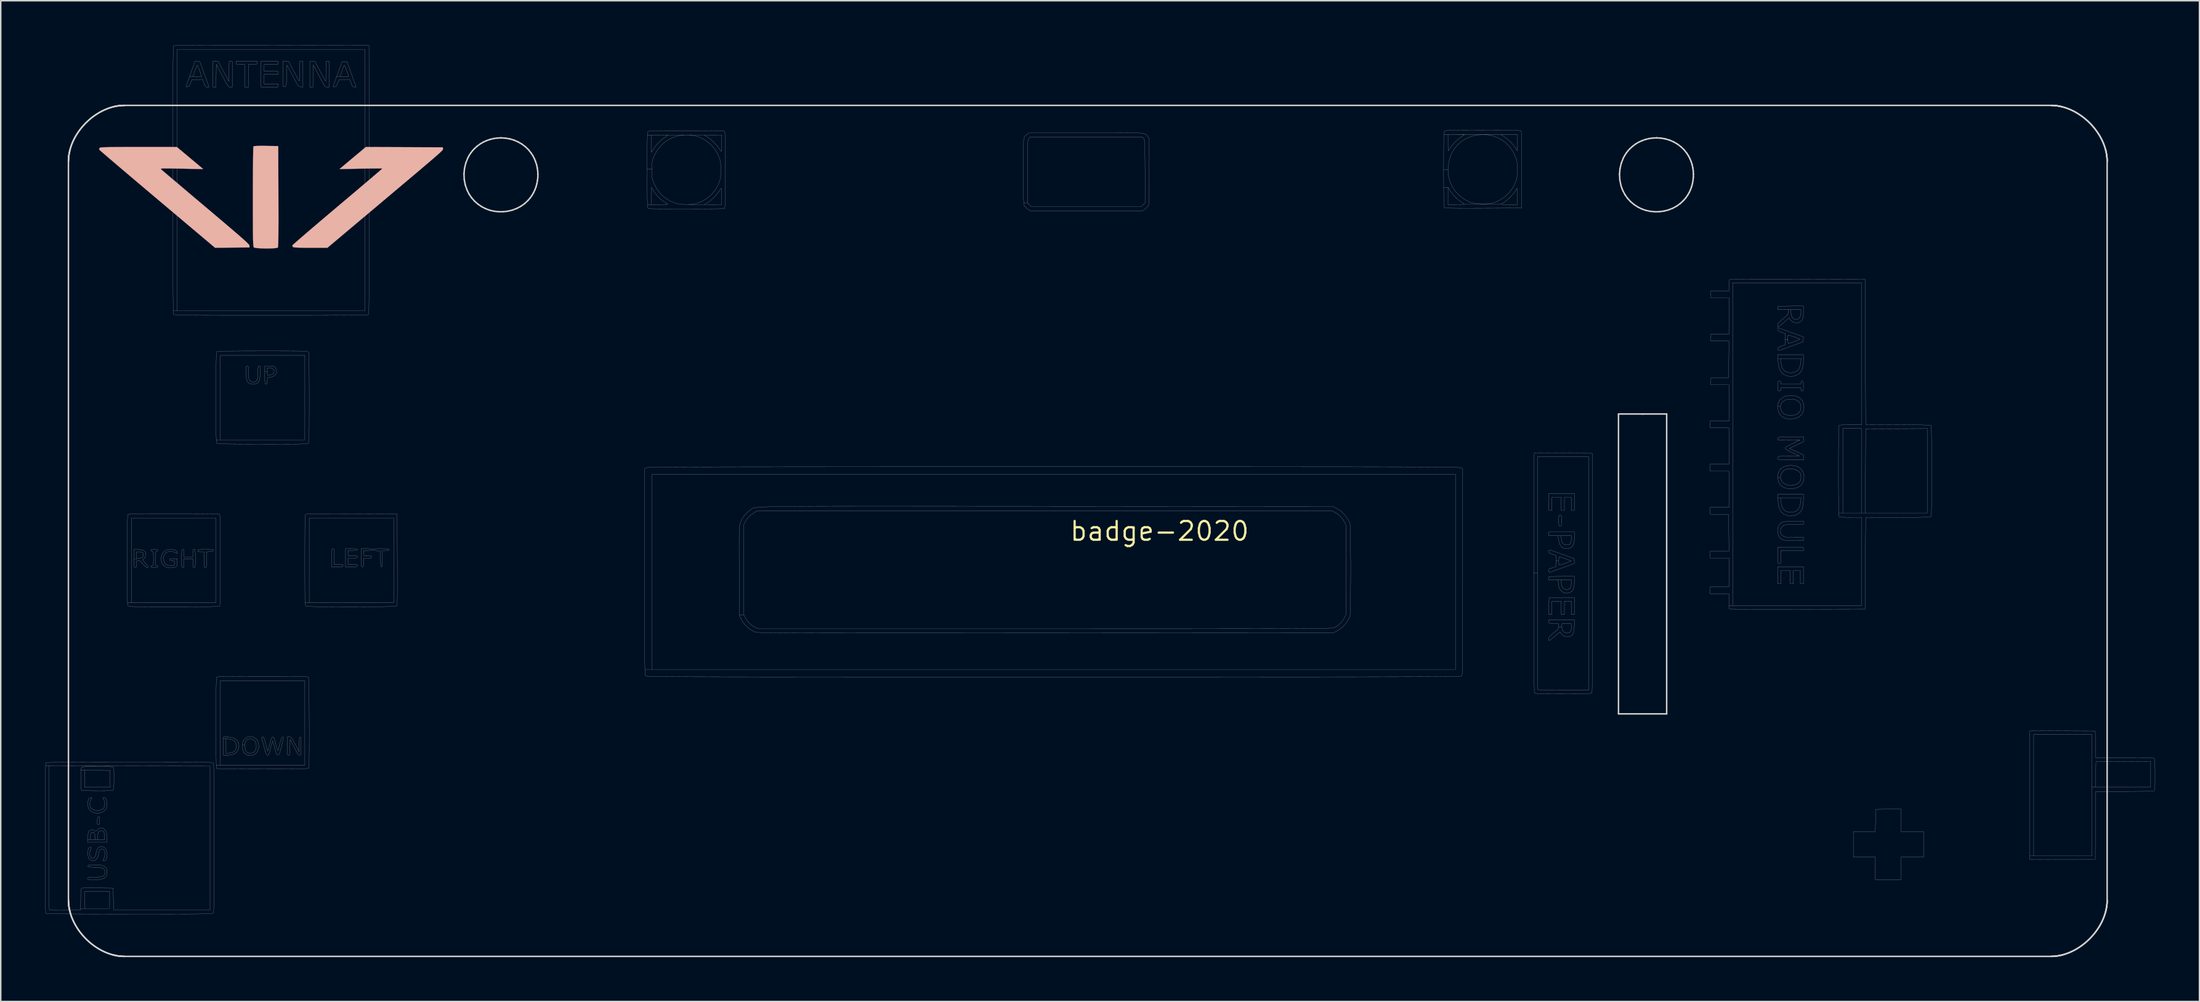
<source format=kicad_pcb>
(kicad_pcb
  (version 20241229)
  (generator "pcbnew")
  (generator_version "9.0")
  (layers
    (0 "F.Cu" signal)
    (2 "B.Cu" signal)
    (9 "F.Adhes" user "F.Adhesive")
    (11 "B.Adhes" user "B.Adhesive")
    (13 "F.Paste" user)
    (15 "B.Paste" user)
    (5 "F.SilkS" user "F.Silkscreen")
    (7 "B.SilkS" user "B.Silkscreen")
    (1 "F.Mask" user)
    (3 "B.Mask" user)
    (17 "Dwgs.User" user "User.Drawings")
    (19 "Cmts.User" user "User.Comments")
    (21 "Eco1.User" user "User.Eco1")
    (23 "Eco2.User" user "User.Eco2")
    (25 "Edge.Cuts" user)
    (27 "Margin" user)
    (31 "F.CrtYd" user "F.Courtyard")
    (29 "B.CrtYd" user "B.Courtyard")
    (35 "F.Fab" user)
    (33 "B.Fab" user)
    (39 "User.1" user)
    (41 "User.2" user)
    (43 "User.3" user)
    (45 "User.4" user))
  (footprint "badge-2020"
    (layer "F.Cu")
    (at 75.401 32.89)
    (property "Reference" "badge-2020" (at 0 0 0) (layer "F.SilkS") (effects (font (size 1.27 1.27) (thickness 0.15))))
    (attr through_hole)
    (fp_poly (pts (xy -60.614 -26.07) (xy -60.449 -26.068) (xy -59.627 -26.056) (xy -59.616 -22.653) (xy -59.614 -21.983) (xy -59.613 -21.394) (xy -59.613 -20.883) (xy -59.615 -20.446) (xy -59.617 -20.081) (xy -59.621 -19.783) (xy -59.626 -19.55) (xy -59.632 -19.377) (xy -59.64 -19.263) (xy -59.648 -19.203) (xy -59.653 -19.192) (xy -59.715 -19.168) (xy -59.845 -19.149) (xy -60.025 -19.137) (xy -60.239 -19.13) (xy -60.469 -19.128) (xy -60.699 -19.133) (xy -60.912 -19.143) (xy -61.09 -19.158) (xy -61.218 -19.178) (xy -61.274 -19.201) (xy -61.287 -19.22) (xy -61.297 -19.255) (xy -61.307 -19.31) (xy -61.314 -19.392) (xy -61.321 -19.505) (xy -61.326 -19.656) (xy -61.331 -19.85) (xy -61.334 -20.092) (xy -61.337 -20.388) (xy -61.338 -20.743) (xy -61.34 -21.163) (xy -61.34 -21.653) (xy -61.34 -22.218) (xy -61.34 -22.62) (xy -61.34 -23.146) (xy -61.339 -23.648) (xy -61.336 -24.119) (xy -61.334 -24.554) (xy -61.33 -24.945) (xy -61.327 -25.285) (xy -61.322 -25.57) (xy -61.318 -25.791) (xy -61.313 -25.943) (xy -61.307 -26.018) (xy -61.306 -26.025) (xy -61.273 -26.045) (xy -61.196 -26.058) (xy -61.067 -26.067) (xy -60.876 -26.07) (xy -60.614 -26.07)) (stroke (width 0.01) (type solid)) (fill yes) (layer "B.SilkS"))
    (fp_poly (pts (xy -69.072 -25.992) (xy -66.484 -25.991) (xy -65.744 -25.373) (xy -65.521 -25.187) (xy -65.311 -25.011) (xy -65.127 -24.857) (xy -64.979 -24.733) (xy -64.879 -24.649) (xy -64.855 -24.628) (xy -64.707 -24.502) (xy -66.167 -24.529) (xy -66.557 -24.536) (xy -66.869 -24.542) (xy -67.113 -24.545) (xy -67.295 -24.545) (xy -67.425 -24.543) (xy -67.508 -24.537) (xy -67.554 -24.528) (xy -67.57 -24.515) (xy -67.565 -24.498) (xy -67.545 -24.476) (xy -67.543 -24.475) (xy -67.499 -24.436) (xy -67.394 -24.346) (xy -67.235 -24.21) (xy -67.025 -24.032) (xy -66.769 -23.815) (xy -66.472 -23.563) (xy -66.138 -23.281) (xy -65.773 -22.972) (xy -65.381 -22.64) (xy -64.967 -22.29) (xy -64.535 -21.926) (xy -64.516 -21.91) (xy -64.006 -21.48) (xy -63.558 -21.1) (xy -63.167 -20.769) (xy -62.829 -20.481) (xy -62.542 -20.235) (xy -62.3 -20.027) (xy -62.101 -19.852) (xy -61.94 -19.709) (xy -61.814 -19.594) (xy -61.719 -19.503) (xy -61.651 -19.433) (xy -61.607 -19.381) (xy -61.583 -19.343) (xy -61.574 -19.316) (xy -61.574 -19.313) (xy -61.574 -19.198) (xy -62.738 -19.188) (xy -63.902 -19.178) (xy -67.797 -22.461) (xy -68.294 -22.881) (xy -68.774 -23.286) (xy -69.231 -23.673) (xy -69.663 -24.039) (xy -70.065 -24.38) (xy -70.433 -24.693) (xy -70.763 -24.974) (xy -71.052 -25.22) (xy -71.294 -25.428) (xy -71.487 -25.594) (xy -71.626 -25.715) (xy -71.706 -25.787) (xy -71.727 -25.807) (xy -71.732 -25.894) (xy -71.711 -25.931) (xy -71.69 -25.944) (xy -71.648 -25.955) (xy -71.577 -25.964) (xy -71.472 -25.972) (xy -71.327 -25.978) (xy -71.136 -25.983) (xy -70.893 -25.987) (xy -70.591 -25.989) (xy -70.225 -25.991) (xy -69.788 -25.992) (xy -69.275 -25.992) (xy -69.072 -25.992)) (stroke (width 0.01) (type solid)) (fill yes) (layer "B.SilkS"))
    (fp_poly (pts (xy -51.096 -25.982) (xy -48.493 -25.971) (xy -48.483 -25.866) (xy -48.482 -25.853) (xy -48.482 -25.841) (xy -48.485 -25.826) (xy -48.496 -25.806) (xy -48.516 -25.78) (xy -48.548 -25.745) (xy -48.594 -25.698) (xy -48.658 -25.638) (xy -48.741 -25.561) (xy -48.847 -25.467) (xy -48.979 -25.352) (xy -49.137 -25.214) (xy -49.327 -25.052) (xy -49.549 -24.862) (xy -49.807 -24.643) (xy -50.103 -24.391) (xy -50.441 -24.106) (xy -50.822 -23.785) (xy -51.249 -23.425) (xy -51.725 -23.024) (xy -52.252 -22.58) (xy -52.834 -22.09) (xy -53.473 -21.553) (xy -54.171 -20.966) (xy -54.931 -20.327) (xy -54.952 -20.309) (xy -56.298 -19.177) (xy -57.435 -19.177) (xy -57.809 -19.178) (xy -58.104 -19.182) (xy -58.327 -19.189) (xy -58.484 -19.198) (xy -58.581 -19.211) (xy -58.623 -19.228) (xy -58.668 -19.3) (xy -58.674 -19.329) (xy -58.642 -19.363) (xy -58.55 -19.448) (xy -58.402 -19.579) (xy -58.203 -19.753) (xy -57.957 -19.966) (xy -57.668 -20.215) (xy -57.341 -20.495) (xy -56.981 -20.802) (xy -56.592 -21.133) (xy -56.178 -21.484) (xy -55.744 -21.85) (xy -55.626 -21.95) (xy -55.188 -22.32) (xy -54.768 -22.674) (xy -54.372 -23.009) (xy -54.004 -23.321) (xy -53.668 -23.605) (xy -53.369 -23.86) (xy -53.111 -24.079) (xy -52.899 -24.26) (xy -52.736 -24.399) (xy -52.629 -24.493) (xy -52.58 -24.536) (xy -52.578 -24.539) (xy -52.619 -24.542) (xy -52.734 -24.544) (xy -52.915 -24.544) (xy -53.152 -24.542) (xy -53.434 -24.539) (xy -53.753 -24.534) (xy -54.028 -24.529) (xy -55.478 -24.502) (xy -55.33 -24.628) (xy -55.254 -24.692) (xy -55.125 -24.8) (xy -54.955 -24.943) (xy -54.754 -25.111) (xy -54.536 -25.293) (xy -54.441 -25.373) (xy -53.7 -25.992) (xy -51.096 -25.982)) (stroke (width 0.01) (type solid)) (fill yes) (layer "B.SilkS"))
    (fp_poly (pts (xy -59.648 -31.581) (xy -60.579 -31.581) (xy -60.579 -31.115) (xy -59.648 -31.115) (xy -59.648 -30.903) (xy -60.579 -30.903) (xy -60.579 -30.268) (xy -59.648 -30.268) (xy -59.648 -30.057) (xy -60.791 -30.057) (xy -60.791 -31.792) (xy -59.648 -31.792) (xy -59.648 -31.581)) (stroke (width 0.01) (type solid)) (fill no) (layer "Dwgs.User"))
    (fp_poly (pts (xy 28.067 -1.397) (xy 27.855 -1.397) (xy 27.855 -2.286) (xy 27.39 -2.286) (xy 27.39 -1.397) (xy 27.178 -1.397) (xy 27.178 -2.286) (xy 26.543 -2.286) (xy 26.543 -1.397) (xy 26.331 -1.397) (xy 26.331 -2.54) (xy 28.067 -2.54) (xy 28.067 -1.397)) (stroke (width 0.01) (type solid)) (fill no) (layer "Dwgs.User"))
    (fp_poly (pts (xy 28.067 5.63) (xy 27.855 5.63) (xy 27.855 4.741) (xy 27.39 4.741) (xy 27.39 5.63) (xy 27.178 5.63) (xy 27.178 4.741) (xy 26.543 4.741) (xy 26.543 5.63) (xy 26.329 5.63) (xy 26.352 4.508) (xy 28.067 4.486) (xy 28.067 5.63)) (stroke (width 0.01) (type solid)) (fill no) (layer "Dwgs.User"))
    (fp_poly (pts (xy 43.561 3.556) (xy 43.349 3.556) (xy 43.349 2.667) (xy 42.884 2.667) (xy 42.884 3.556) (xy 42.672 3.556) (xy 42.672 2.667) (xy 42.037 2.667) (xy 42.037 3.556) (xy 41.825 3.556) (xy 41.825 2.413) (xy 43.561 2.413) (xy 43.561 3.556)) (stroke (width 0.01) (type solid)) (fill no) (layer "Dwgs.User"))
    (fp_poly (pts (xy 50.165 20.32) (xy 51.689 20.32) (xy 51.689 22.056) (xy 50.165 22.056) (xy 50.165 23.58) (xy 48.429 23.58) (xy 48.429 22.056) (xy 46.948 22.056) (xy 46.948 20.32) (xy 48.427 20.32) (xy 48.439 19.569) (xy 48.45 18.817) (xy 50.165 18.794) (xy 50.165 20.32)) (stroke (width 0.01) (type solid)) (fill no) (layer "Dwgs.User"))
    (fp_poly (pts (xy -71.747 19.315) (xy -71.724 19.353) (xy -71.715 19.445) (xy -71.713 19.576) (xy -71.715 19.726) (xy -71.727 19.81) (xy -71.753 19.846) (xy -71.799 19.854) (xy -71.799 19.854) (xy -71.846 19.847) (xy -71.871 19.812) (xy -71.878 19.73) (xy -71.873 19.59) (xy -71.861 19.439) (xy -71.84 19.354) (xy -71.803 19.317) (xy -71.787 19.312) (xy -71.747 19.315)) (stroke (width 0.01) (type solid)) (fill no) (layer "Dwgs.User"))
    (fp_poly (pts (xy -61.045 -31.686) (xy -61.049 -31.631) (xy -61.074 -31.6) (xy -61.139 -31.585) (xy -61.262 -31.581) (xy -61.341 -31.581) (xy -61.637 -31.581) (xy -61.637 -30.057) (xy -61.891 -30.057) (xy -61.891 -31.581) (xy -62.188 -31.581) (xy -62.342 -31.582) (xy -62.431 -31.591) (xy -62.472 -31.614) (xy -62.483 -31.658) (xy -62.484 -31.686) (xy -62.484 -31.792) (xy -61.045 -31.792) (xy -61.045 -31.686)) (stroke (width 0.01) (type solid)) (fill no) (layer "Dwgs.User"))
    (fp_poly (pts (xy 43.561 1.312) (xy 42.037 1.312) (xy 42.037 1.757) (xy 42.036 1.956) (xy 42.03 2.085) (xy 42.018 2.159) (xy 41.996 2.193) (xy 41.962 2.201) (xy 41.959 2.201) (xy 41.879 2.188) (xy 41.854 2.173) (xy 41.843 2.122) (xy 41.834 2.004) (xy 41.828 1.836) (xy 41.825 1.635) (xy 41.825 1.623) (xy 41.825 1.101) (xy 43.561 1.101) (xy 43.561 1.312)) (stroke (width 0.01) (type solid)) (fill no) (layer "Dwgs.User"))
    (fp_poly (pts (xy -62.738 -30.057) (xy -62.876 -30.057) (xy -62.923 -30.06) (xy -62.965 -30.073) (xy -63.007 -30.107) (xy -63.057 -30.172) (xy -63.121 -30.275) (xy -63.206 -30.429) (xy -63.32 -30.641) (xy -63.415 -30.822) (xy -63.818 -31.586) (xy -63.829 -30.821) (xy -63.841 -30.057) (xy -64.05 -30.057) (xy -64.05 -31.792) (xy -63.87 -31.792) (xy -63.691 -31.792) (xy -63.331 -31.113) (xy -62.971 -30.434) (xy -62.959 -31.113) (xy -62.948 -31.792) (xy -62.738 -31.792) (xy -62.738 -30.057)) (stroke (width 0.01) (type solid)) (fill no) (layer "Dwgs.User"))
    (fp_poly (pts (xy 27.098 -1.094) (xy 27.104 -1.093) (xy 27.15 -1.081) (xy 27.178 -1.05) (xy 27.193 -0.983) (xy 27.198 -0.861) (xy 27.199 -0.72) (xy 27.198 -0.545) (xy 27.191 -0.437) (xy 27.173 -0.38) (xy 27.141 -0.354) (xy 27.104 -0.346) (xy 27.059 -0.344) (xy 27.031 -0.362) (xy 27.016 -0.417) (xy 27.01 -0.523) (xy 27.009 -0.697) (xy 27.009 -0.72) (xy 27.01 -0.902) (xy 27.015 -1.014) (xy 27.029 -1.074) (xy 27.056 -1.095) (xy 27.098 -1.094)) (stroke (width 0.01) (type solid)) (fill no) (layer "Dwgs.User"))
    (fp_poly (pts (xy -55.887 1.19) (xy -55.863 1.214) (xy -55.849 1.27) (xy -55.841 1.372) (xy -55.838 1.535) (xy -55.838 1.714) (xy -55.838 2.244) (xy -55.541 2.244) (xy -55.386 2.246) (xy -55.296 2.256) (xy -55.256 2.28) (xy -55.245 2.322) (xy -55.245 2.328) (xy -55.251 2.369) (xy -55.281 2.394) (xy -55.351 2.407) (xy -55.476 2.412) (xy -55.626 2.413) (xy -56.007 2.413) (xy -56.007 1.799) (xy -56.006 1.56) (xy -56.003 1.392) (xy -55.996 1.284) (xy -55.983 1.222) (xy -55.963 1.193) (xy -55.933 1.186) (xy -55.922 1.185) (xy -55.887 1.19)) (stroke (width 0.01) (type solid)) (fill no) (layer "Dwgs.User"))
    (fp_poly (pts (xy -57.315 -31.784) (xy -57.141 -31.771) (xy -56.796 -31.129) (xy -56.681 -30.916) (xy -56.578 -30.73) (xy -56.496 -30.582) (xy -56.44 -30.486) (xy -56.419 -30.455) (xy -56.409 -30.484) (xy -56.4 -30.585) (xy -56.393 -30.743) (xy -56.389 -30.947) (xy -56.388 -31.108) (xy -56.388 -31.792) (xy -56.176 -31.792) (xy -56.176 -30.057) (xy -56.322 -30.057) (xy -56.372 -30.058) (xy -56.414 -30.07) (xy -56.457 -30.101) (xy -56.505 -30.161) (xy -56.568 -30.26) (xy -56.65 -30.407) (xy -56.761 -30.613) (xy -56.861 -30.803) (xy -57.256 -31.549) (xy -57.267 -30.803) (xy -57.279 -30.057) (xy -57.489 -30.057) (xy -57.489 -31.797) (xy -57.315 -31.784)) (stroke (width 0.01) (type solid)) (fill no) (layer "Dwgs.User"))
    (fp_poly (pts (xy -63.045 13.928) (xy -62.771 13.956) (xy -62.552 14.038) (xy -62.394 14.169) (xy -62.303 14.345) (xy -62.283 14.561) (xy -62.284 14.576) (xy -62.338 14.803) (xy -62.455 14.973) (xy -62.634 15.088) (xy -62.877 15.146) (xy -63.045 15.155) (xy -63.331 15.155) (xy -63.331 15.04) (xy -63.161 15.04) (xy -62.94 15.014) (xy -62.789 14.983) (xy -62.658 14.935) (xy -62.612 14.908) (xy -62.505 14.78) (xy -62.454 14.615) (xy -62.46 14.439) (xy -62.521 14.277) (xy -62.618 14.169) (xy -62.731 14.114) (xy -62.883 14.073) (xy -62.947 14.065) (xy -63.161 14.044) (xy -63.161 15.04) (xy -63.331 15.04) (xy -63.331 13.928) (xy -63.045 13.928)) (stroke (width 0.01) (type solid)) (fill no) (layer "Dwgs.User"))
    (fp_poly (pts (xy -52.417 1.187) (xy -52.265 1.192) (xy -52.172 1.203) (xy -52.125 1.222) (xy -52.112 1.248) (xy -52.112 1.249) (xy -52.133 1.287) (xy -52.207 1.307) (xy -52.345 1.312) (xy -52.578 1.312) (xy -52.578 1.863) (xy -52.579 2.093) (xy -52.585 2.25) (xy -52.596 2.348) (xy -52.613 2.398) (xy -52.638 2.413) (xy -52.64 2.413) (xy -52.667 2.399) (xy -52.686 2.348) (xy -52.699 2.249) (xy -52.708 2.088) (xy -52.714 1.873) (xy -52.726 1.333) (xy -52.948 1.321) (xy -53.09 1.305) (xy -53.159 1.275) (xy -53.171 1.247) (xy -53.157 1.221) (xy -53.106 1.203) (xy -53.007 1.192) (xy -52.847 1.187) (xy -52.642 1.185) (xy -52.417 1.187)) (stroke (width 0.01) (type solid)) (fill no) (layer "Dwgs.User"))
    (fp_poly (pts (xy 28.067 0.406) (xy 28.053 0.68) (xy 28.008 0.884) (xy 27.929 1.028) (xy 27.813 1.122) (xy 27.809 1.124) (xy 27.641 1.174) (xy 27.452 1.176) (xy 27.326 1.145) (xy 27.183 1.051) (xy 27.082 0.901) (xy 27.016 0.684) (xy 27.001 0.598) (xy 26.956 0.296) (xy 27.168 0.296) (xy 27.187 0.536) (xy 27.225 0.73) (xy 27.303 0.855) (xy 27.431 0.918) (xy 27.561 0.931) (xy 27.695 0.913) (xy 27.78 0.85) (xy 27.789 0.837) (xy 27.833 0.727) (xy 27.854 0.566) (xy 27.855 0.52) (xy 27.855 0.296) (xy 27.168 0.296) (xy 26.956 0.296) (xy 26.331 0.296) (xy 26.331 0.042) (xy 28.067 0.042) (xy 28.067 0.406)) (stroke (width 0.01) (type solid)) (fill no) (layer "Dwgs.User"))
    (fp_poly (pts (xy -64.313 1.229) (xy -64.164 1.233) (xy -64.073 1.242) (xy -64.028 1.258) (xy -64.014 1.283) (xy -64.016 1.302) (xy -64.046 1.349) (xy -64.124 1.376) (xy -64.252 1.389) (xy -64.474 1.401) (xy -64.474 1.928) (xy -64.474 2.147) (xy -64.478 2.296) (xy -64.487 2.387) (xy -64.504 2.435) (xy -64.53 2.453) (xy -64.558 2.455) (xy -64.593 2.451) (xy -64.617 2.427) (xy -64.632 2.371) (xy -64.64 2.268) (xy -64.643 2.106) (xy -64.643 1.926) (xy -64.643 1.397) (xy -64.855 1.397) (xy -64.982 1.393) (xy -65.045 1.374) (xy -65.065 1.332) (xy -65.066 1.312) (xy -65.062 1.277) (xy -65.038 1.254) (xy -64.982 1.239) (xy -64.88 1.231) (xy -64.718 1.228) (xy -64.534 1.228) (xy -64.313 1.229)) (stroke (width 0.01) (type solid)) (fill no) (layer "Dwgs.User"))
    (fp_poly (pts (xy -53.423 1.188) (xy -53.302 1.196) (xy -53.237 1.213) (xy -53.214 1.24) (xy -53.213 1.249) (xy -53.23 1.282) (xy -53.29 1.302) (xy -53.409 1.311) (xy -53.531 1.312) (xy -53.848 1.312) (xy -53.848 1.651) (xy -53.573 1.651) (xy -53.424 1.654) (xy -53.341 1.665) (xy -53.305 1.692) (xy -53.298 1.736) (xy -53.306 1.781) (xy -53.344 1.807) (xy -53.431 1.818) (xy -53.573 1.82) (xy -53.848 1.82) (xy -53.848 2.117) (xy -53.853 2.283) (xy -53.869 2.378) (xy -53.898 2.412) (xy -53.904 2.413) (xy -53.976 2.394) (xy -53.989 2.385) (xy -53.999 2.334) (xy -54.008 2.215) (xy -54.014 2.044) (xy -54.017 1.837) (xy -54.017 1.771) (xy -54.017 1.185) (xy -53.615 1.185) (xy -53.423 1.188)) (stroke (width 0.01) (type solid)) (fill no) (layer "Dwgs.User"))
    (fp_poly (pts (xy 28.067 3.411) (xy 28.05 3.698) (xy 27.996 3.914) (xy 27.901 4.063) (xy 27.761 4.153) (xy 27.57 4.19) (xy 27.514 4.191) (xy 27.393 4.18) (xy 27.296 4.135) (xy 27.186 4.04) (xy 27.179 4.032) (xy 27.091 3.935) (xy 27.038 3.844) (xy 27.008 3.727) (xy 26.99 3.588) (xy 26.96 3.302) (xy 27.178 3.302) (xy 27.179 3.482) (xy 27.192 3.623) (xy 27.223 3.746) (xy 27.232 3.767) (xy 27.335 3.89) (xy 27.471 3.952) (xy 27.617 3.949) (xy 27.75 3.878) (xy 27.781 3.846) (xy 27.836 3.729) (xy 27.855 3.545) (xy 27.855 3.53) (xy 27.855 3.302) (xy 27.178 3.302) (xy 26.96 3.302) (xy 26.326 3.302) (xy 26.339 3.186) (xy 26.352 3.069) (xy 28.067 3.046) (xy 28.067 3.411)) (stroke (width 0.01) (type solid)) (fill no) (layer "Dwgs.User"))
    (fp_poly (pts (xy 43.519 -10.153) (xy 43.544 -10.12) (xy 43.556 -10.045) (xy 43.561 -9.911) (xy 43.561 -9.821) (xy 43.559 -9.653) (xy 43.551 -9.551) (xy 43.532 -9.501) (xy 43.499 -9.484) (xy 43.476 -9.483) (xy 43.41 -9.507) (xy 43.392 -9.588) (xy 43.392 -9.694) (xy 42.037 -9.694) (xy 42.037 -9.588) (xy 42.02 -9.508) (xy 41.951 -9.483) (xy 41.931 -9.483) (xy 41.879 -9.486) (xy 41.847 -9.509) (xy 41.831 -9.567) (xy 41.826 -9.679) (xy 41.825 -9.821) (xy 41.826 -9.989) (xy 41.833 -10.09) (xy 41.852 -10.14) (xy 41.887 -10.158) (xy 41.931 -10.16) (xy 42.012 -10.143) (xy 42.037 -10.074) (xy 42.037 -10.054) (xy 42.037 -9.948) (xy 43.392 -9.948) (xy 43.392 -10.054) (xy 43.412 -10.137) (xy 43.476 -10.16) (xy 43.519 -10.153)) (stroke (width 0.01) (type solid)) (fill no) (layer "Dwgs.User"))
    (fp_poly (pts (xy 43.561 -11.534) (xy 43.542 -11.211) (xy 43.483 -10.956) (xy 43.378 -10.762) (xy 43.224 -10.621) (xy 43.017 -10.526) (xy 42.994 -10.519) (xy 42.819 -10.475) (xy 42.68 -10.464) (xy 42.537 -10.486) (xy 42.46 -10.506) (xy 42.244 -10.596) (xy 42.079 -10.732) (xy 41.96 -10.924) (xy 41.883 -11.178) (xy 41.841 -11.502) (xy 41.841 -11.512) (xy 41.829 -11.684) (xy 42.025 -11.684) (xy 42.047 -11.411) (xy 42.073 -11.233) (xy 42.116 -11.074) (xy 42.15 -10.998) (xy 42.284 -10.846) (xy 42.467 -10.75) (xy 42.681 -10.715) (xy 42.909 -10.745) (xy 43.035 -10.791) (xy 43.179 -10.886) (xy 43.281 -11.029) (xy 43.347 -11.232) (xy 43.377 -11.426) (xy 43.404 -11.684) (xy 42.025 -11.684) (xy 41.829 -11.684) (xy 41.813 -11.938) (xy 43.561 -11.938) (xy 43.561 -11.534)) (stroke (width 0.01) (type solid)) (fill no) (layer "Dwgs.User"))
    (fp_poly (pts (xy 43.561 -2.094) (xy 43.542 -1.77) (xy 43.483 -1.516) (xy 43.378 -1.322) (xy 43.224 -1.181) (xy 43.017 -1.085) (xy 42.994 -1.079) (xy 42.821 -1.034) (xy 42.684 -1.023) (xy 42.543 -1.045) (xy 42.424 -1.079) (xy 42.221 -1.169) (xy 42.066 -1.3) (xy 41.956 -1.483) (xy 41.883 -1.727) (xy 41.843 -2.041) (xy 41.841 -2.072) (xy 41.829 -2.244) (xy 42.025 -2.244) (xy 42.047 -1.97) (xy 42.094 -1.706) (xy 42.186 -1.508) (xy 42.328 -1.372) (xy 42.377 -1.344) (xy 42.576 -1.283) (xy 42.797 -1.277) (xy 43.002 -1.325) (xy 43.052 -1.348) (xy 43.202 -1.472) (xy 43.307 -1.661) (xy 43.369 -1.919) (xy 43.376 -1.981) (xy 43.404 -2.244) (xy 42.025 -2.244) (xy 41.829 -2.244) (xy 41.813 -2.498) (xy 43.561 -2.498) (xy 43.561 -2.094)) (stroke (width 0.01) (type solid)) (fill no) (layer "Dwgs.User"))
    (fp_poly (pts (xy -54.482 1.188) (xy -54.36 1.196) (xy -54.295 1.213) (xy -54.272 1.24) (xy -54.271 1.249) (xy -54.288 1.282) (xy -54.348 1.302) (xy -54.467 1.311) (xy -54.589 1.312) (xy -54.906 1.312) (xy -54.906 1.651) (xy -54.589 1.651) (xy -54.426 1.653) (xy -54.331 1.662) (xy -54.286 1.683) (xy -54.272 1.72) (xy -54.271 1.736) (xy -54.279 1.779) (xy -54.313 1.804) (xy -54.391 1.817) (xy -54.532 1.82) (xy -54.589 1.82) (xy -54.906 1.82) (xy -54.906 2.244) (xy -54.589 2.244) (xy -54.426 2.246) (xy -54.331 2.255) (xy -54.286 2.276) (xy -54.272 2.313) (xy -54.271 2.328) (xy -54.277 2.368) (xy -54.306 2.393) (xy -54.373 2.406) (xy -54.494 2.412) (xy -54.673 2.413) (xy -55.076 2.413) (xy -55.076 1.185) (xy -54.673 1.185) (xy -54.482 1.188)) (stroke (width 0.01) (type solid)) (fill no) (layer "Dwgs.User"))
    (fp_poly (pts (xy -72.313 18.193) (xy -72.373 18.38) (xy -72.368 18.565) (xy -72.3 18.723) (xy -72.244 18.783) (xy -72.086 18.873) (xy -71.901 18.91) (xy -71.713 18.896) (xy -71.547 18.833) (xy -71.427 18.723) (xy -71.427 18.722) (xy -71.37 18.57) (xy -71.362 18.387) (xy -71.402 18.214) (xy -71.436 18.149) (xy -71.484 18.07) (xy -71.479 18.039) (xy -71.415 18.034) (xy -71.404 18.034) (xy -71.318 18.056) (xy -71.262 18.137) (xy -71.251 18.167) (xy -71.208 18.393) (xy -71.224 18.626) (xy -71.276 18.784) (xy -71.389 18.93) (xy -71.556 19.031) (xy -71.759 19.081) (xy -71.977 19.077) (xy -72.19 19.013) (xy -72.207 19.005) (xy -72.377 18.878) (xy -72.481 18.698) (xy -72.517 18.471) (xy -72.517 18.468) (xy -72.5 18.269) (xy -72.451 18.125) (xy -72.376 18.046) (xy -72.327 18.034) (xy -72.23 18.034) (xy -72.313 18.193)) (stroke (width 0.01) (type solid)) (fill no) (layer "Dwgs.User"))
    (fp_poly (pts (xy 43.561 -0.475) (xy 42.908 -0.46) (xy 42.659 -0.453) (xy 42.479 -0.446) (xy 42.355 -0.435) (xy 42.271 -0.419) (xy 42.213 -0.395) (xy 42.167 -0.361) (xy 42.147 -0.342) (xy 42.044 -0.198) (xy 42.005 -0.033) (xy 42.025 0.13) (xy 42.103 0.27) (xy 42.233 0.365) (xy 42.346 0.394) (xy 42.527 0.412) (xy 42.783 0.422) (xy 42.967 0.423) (xy 43.561 0.423) (xy 43.561 0.635) (xy 42.915 0.633) (xy 42.617 0.629) (xy 42.393 0.619) (xy 42.236 0.6) (xy 42.137 0.574) (xy 42.133 0.572) (xy 41.975 0.459) (xy 41.872 0.285) (xy 41.827 0.053) (xy 41.825 -0.013) (xy 41.849 -0.252) (xy 41.922 -0.432) (xy 42.052 -0.566) (xy 42.067 -0.576) (xy 42.123 -0.607) (xy 42.195 -0.629) (xy 42.298 -0.646) (xy 42.445 -0.657) (xy 42.652 -0.665) (xy 42.873 -0.67) (xy 43.561 -0.685) (xy 43.561 -0.475)) (stroke (width 0.01) (type solid)) (fill no) (layer "Dwgs.User"))
    (fp_poly (pts (xy -61.318 13.929) (xy -61.156 14.026) (xy -61.032 14.174) (xy -60.956 14.364) (xy -60.94 14.583) (xy -60.958 14.703) (xy -61.042 14.923) (xy -61.176 15.077) (xy -61.357 15.161) (xy -61.579 15.173) (xy -61.634 15.165) (xy -61.822 15.095) (xy -61.957 14.961) (xy -62.037 14.763) (xy -62.061 14.529) (xy -62.052 14.462) (xy -61.889 14.462) (xy -61.883 14.64) (xy -61.842 14.806) (xy -61.764 14.938) (xy -61.726 14.974) (xy -61.599 15.025) (xy -61.445 15.023) (xy -61.302 14.972) (xy -61.239 14.922) (xy -61.153 14.778) (xy -61.114 14.598) (xy -61.12 14.411) (xy -61.171 14.244) (xy -61.259 14.129) (xy -61.379 14.074) (xy -61.535 14.055) (xy -61.684 14.076) (xy -61.699 14.081) (xy -61.796 14.16) (xy -61.859 14.294) (xy -61.889 14.462) (xy -62.052 14.462) (xy -62.03 14.284) (xy -61.937 14.096) (xy -61.784 13.967) (xy -61.713 13.935) (xy -61.507 13.895) (xy -61.318 13.929)) (stroke (width 0.01) (type solid)) (fill no) (layer "Dwgs.User"))
    (fp_poly (pts (xy -59.115 -31.784) (xy -58.92 -31.771) (xy -58.583 -31.136) (xy -58.469 -30.924) (xy -58.366 -30.737) (xy -58.283 -30.588) (xy -58.226 -30.492) (xy -58.205 -30.461) (xy -58.19 -30.485) (xy -58.178 -30.587) (xy -58.17 -30.76) (xy -58.166 -30.997) (xy -58.166 -31.107) (xy -58.166 -31.792) (xy -57.954 -31.792) (xy -57.954 -30.052) (xy -58.107 -30.065) (xy -58.16 -30.071) (xy -58.205 -30.087) (xy -58.25 -30.122) (xy -58.301 -30.186) (xy -58.365 -30.289) (xy -58.451 -30.441) (xy -58.564 -30.652) (xy -58.646 -30.807) (xy -59.034 -31.536) (xy -59.055 -30.807) (xy -59.063 -30.543) (xy -59.071 -30.351) (xy -59.081 -30.22) (xy -59.094 -30.138) (xy -59.111 -30.092) (xy -59.136 -30.072) (xy -59.163 -30.065) (xy -59.247 -30.068) (xy -59.279 -30.083) (xy -59.288 -30.133) (xy -59.296 -30.254) (xy -59.303 -30.433) (xy -59.307 -30.657) (xy -59.309 -30.912) (xy -59.309 -30.955) (xy -59.309 -31.797) (xy -59.115 -31.784)) (stroke (width 0.01) (type solid)) (fill no) (layer "Dwgs.User"))
    (fp_poly (pts (xy -67.864 1.234) (xy -67.791 1.257) (xy -67.776 1.286) (xy -67.811 1.343) (xy -67.86 1.367) (xy -67.897 1.383) (xy -67.922 1.418) (xy -67.936 1.487) (xy -67.943 1.605) (xy -67.945 1.788) (xy -67.945 1.859) (xy -67.944 2.064) (xy -67.939 2.198) (xy -67.928 2.277) (xy -67.909 2.316) (xy -67.877 2.328) (xy -67.86 2.328) (xy -67.791 2.355) (xy -67.776 2.392) (xy -67.797 2.43) (xy -67.87 2.45) (xy -68.008 2.455) (xy -68.149 2.45) (xy -68.221 2.43) (xy -68.241 2.392) (xy -68.206 2.34) (xy -68.157 2.328) (xy -68.12 2.323) (xy -68.095 2.297) (xy -68.081 2.237) (xy -68.074 2.127) (xy -68.072 1.952) (xy -68.072 1.859) (xy -68.073 1.653) (xy -68.078 1.517) (xy -68.09 1.434) (xy -68.111 1.391) (xy -68.144 1.371) (xy -68.157 1.367) (xy -68.225 1.324) (xy -68.241 1.286) (xy -68.215 1.25) (xy -68.126 1.232) (xy -68.008 1.228) (xy -67.864 1.234)) (stroke (width 0.01) (type solid)) (fill no) (layer "Dwgs.User"))
    (fp_poly (pts (xy -71.61 22.597) (xy -71.421 22.66) (xy -71.294 22.758) (xy -71.224 22.896) (xy -71.205 23.059) (xy -71.223 23.24) (xy -71.282 23.377) (xy -71.392 23.474) (xy -71.559 23.537) (xy -71.793 23.571) (xy -72.071 23.58) (xy -72.27 23.579) (xy -72.399 23.574) (xy -72.473 23.562) (xy -72.507 23.54) (xy -72.517 23.506) (xy -72.517 23.495) (xy -72.511 23.457) (xy -72.485 23.433) (xy -72.422 23.419) (xy -72.307 23.412) (xy -72.127 23.41) (xy -72.075 23.41) (xy -71.82 23.405) (xy -71.636 23.389) (xy -71.508 23.357) (xy -71.424 23.306) (xy -71.373 23.239) (xy -71.342 23.113) (xy -71.36 22.973) (xy -71.418 22.856) (xy -71.471 22.81) (xy -71.55 22.788) (xy -71.692 22.767) (xy -71.876 22.75) (xy -72.043 22.741) (xy -72.252 22.731) (xy -72.389 22.72) (xy -72.469 22.705) (xy -72.504 22.683) (xy -72.508 22.654) (xy -72.482 22.615) (xy -72.411 22.59) (xy -72.279 22.576) (xy -72.199 22.571) (xy -71.868 22.569) (xy -71.61 22.597)) (stroke (width 0.01) (type solid)) (fill no) (layer "Dwgs.User"))
    (fp_poly (pts (xy -60.074 -11.172) (xy -59.967 -11.156) (xy -59.893 -11.122) (xy -59.836 -11.072) (xy -59.751 -10.934) (xy -59.735 -10.78) (xy -59.784 -10.632) (xy -59.893 -10.514) (xy -59.964 -10.475) (xy -60.1 -10.433) (xy -60.232 -10.414) (xy -60.239 -10.414) (xy -60.312 -10.41) (xy -60.351 -10.385) (xy -60.365 -10.317) (xy -60.367 -10.186) (xy -60.367 -10.181) (xy -60.371 -10.047) (xy -60.387 -9.977) (xy -60.422 -9.951) (xy -60.452 -9.948) (xy -60.485 -9.953) (xy -60.508 -9.974) (xy -60.523 -10.025) (xy -60.532 -10.119) (xy -60.536 -10.268) (xy -60.537 -10.486) (xy -60.537 -10.562) (xy -60.537 -11.049) (xy -60.367 -11.049) (xy -60.367 -10.795) (xy -60.363 -10.646) (xy -60.341 -10.567) (xy -60.283 -10.545) (xy -60.174 -10.566) (xy -60.116 -10.583) (xy -59.981 -10.641) (xy -59.915 -10.727) (xy -59.902 -10.813) (xy -59.939 -10.933) (xy -60.041 -11.016) (xy -60.193 -11.049) (xy -60.205 -11.049) (xy -60.367 -11.049) (xy -60.537 -11.049) (xy -60.537 -11.176) (xy -60.238 -11.176) (xy -60.074 -11.172)) (stroke (width 0.01) (type solid)) (fill no) (layer "Dwgs.User"))
    (fp_poly (pts (xy -71.421 20.138) (xy -71.402 20.153) (xy -71.295 20.288) (xy -71.229 20.494) (xy -71.205 20.771) (xy -71.205 20.796) (xy -71.205 21.04) (xy -72.526 21.04) (xy -72.518 20.87) (xy -72.352 20.87) (xy -72.005 20.87) (xy -72.017 20.652) (xy -72.019 20.646) (xy -71.84 20.646) (xy -71.84 20.87) (xy -71.374 20.87) (xy -71.374 20.646) (xy -71.392 20.453) (xy -71.447 20.331) (xy -71.545 20.273) (xy -71.607 20.267) (xy -71.726 20.296) (xy -71.801 20.386) (xy -71.836 20.545) (xy -71.84 20.646) (xy -72.019 20.646) (xy -72.045 20.484) (xy -72.103 20.385) (xy -72.187 20.361) (xy -72.252 20.388) (xy -72.306 20.46) (xy -72.335 20.6) (xy -72.339 20.652) (xy -72.352 20.87) (xy -72.518 20.87) (xy -72.511 20.705) (xy -72.496 20.513) (xy -72.471 20.385) (xy -72.431 20.301) (xy -72.415 20.282) (xy -72.299 20.208) (xy -72.164 20.201) (xy -72.049 20.258) (xy -71.998 20.294) (xy -71.948 20.284) (xy -71.875 20.221) (xy -71.848 20.195) (xy -71.706 20.092) (xy -71.565 20.074) (xy -71.421 20.138)) (stroke (width 0.01) (type solid)) (fill no) (layer "Dwgs.User"))
    (fp_poly (pts (xy -58.12 13.939) (xy -58.102 13.982) (xy -58.09 14.069) (xy -58.084 14.21) (xy -58.082 14.419) (xy -58.081 14.541) (xy -58.082 14.781) (xy -58.084 14.948) (xy -58.091 15.056) (xy -58.103 15.118) (xy -58.124 15.146) (xy -58.155 15.154) (xy -58.177 15.155) (xy -58.222 15.142) (xy -58.271 15.099) (xy -58.332 15.014) (xy -58.413 14.877) (xy -58.521 14.676) (xy -58.547 14.626) (xy -58.822 14.098) (xy -58.834 14.626) (xy -58.84 14.846) (xy -58.847 14.995) (xy -58.859 15.087) (xy -58.877 15.135) (xy -58.904 15.153) (xy -58.929 15.155) (xy -58.962 15.151) (xy -58.985 15.129) (xy -58.999 15.076) (xy -59.008 14.981) (xy -59.012 14.829) (xy -59.013 14.609) (xy -59.013 14.541) (xy -59.013 13.928) (xy -58.875 13.928) (xy -58.817 13.932) (xy -58.769 13.951) (xy -58.721 13.997) (xy -58.663 14.081) (xy -58.586 14.217) (xy -58.48 14.415) (xy -58.474 14.426) (xy -58.211 14.922) (xy -58.21 14.425) (xy -58.207 14.209) (xy -58.201 14.064) (xy -58.189 13.977) (xy -58.169 13.936) (xy -58.145 13.928) (xy -58.12 13.939)) (stroke (width 0.01) (type solid)) (fill no) (layer "Dwgs.User"))
    (fp_poly (pts (xy 43.561 -6.05) (xy 43.085 -5.825) (xy 42.608 -5.601) (xy 42.757 -5.535) (xy 42.866 -5.486) (xy 43.022 -5.415) (xy 43.195 -5.336) (xy 43.233 -5.318) (xy 43.561 -5.167) (xy 43.561 -4.826) (xy 42.713 -4.826) (xy 42.418 -4.827) (xy 42.198 -4.83) (xy 42.041 -4.836) (xy 41.937 -4.846) (xy 41.876 -4.86) (xy 41.846 -4.88) (xy 41.841 -4.889) (xy 41.833 -4.985) (xy 41.841 -5.016) (xy 41.862 -5.04) (xy 41.914 -5.058) (xy 42.008 -5.07) (xy 42.155 -5.077) (xy 42.366 -5.081) (xy 42.575 -5.082) (xy 43.286 -5.085) (xy 42.81 -5.312) (xy 42.593 -5.419) (xy 42.447 -5.502) (xy 42.364 -5.564) (xy 42.334 -5.612) (xy 42.334 -5.617) (xy 42.358 -5.663) (xy 42.437 -5.724) (xy 42.576 -5.805) (xy 42.786 -5.911) (xy 42.831 -5.933) (xy 43.328 -6.173) (xy 41.819 -6.181) (xy 41.833 -6.276) (xy 41.84 -6.308) (xy 41.856 -6.332) (xy 41.894 -6.35) (xy 41.964 -6.362) (xy 42.078 -6.37) (xy 42.245 -6.375) (xy 42.478 -6.38) (xy 42.704 -6.383) (xy 43.561 -6.394) (xy 43.561 -6.05)) (stroke (width 0.01) (type solid)) (fill no) (layer "Dwgs.User"))
    (fp_poly (pts (xy -66.708 1.244) (xy -66.558 1.291) (xy -66.476 1.365) (xy -66.463 1.418) (xy -66.463 1.515) (xy -66.62 1.435) (xy -66.832 1.364) (xy -67.025 1.368) (xy -67.187 1.436) (xy -67.309 1.559) (xy -67.376 1.728) (xy -67.379 1.933) (xy -67.356 2.036) (xy -67.274 2.198) (xy -67.141 2.296) (xy -66.952 2.335) (xy -66.912 2.335) (xy -66.761 2.329) (xy -66.677 2.299) (xy -66.64 2.234) (xy -66.633 2.135) (xy -66.638 2.042) (xy -66.67 2.001) (xy -66.753 1.99) (xy -66.802 1.99) (xy -66.92 1.979) (xy -66.968 1.944) (xy -66.971 1.926) (xy -66.952 1.889) (xy -66.883 1.869) (xy -66.748 1.863) (xy -66.717 1.863) (xy -66.463 1.863) (xy -66.463 2.115) (xy -66.468 2.264) (xy -66.487 2.351) (xy -66.527 2.4) (xy -66.549 2.414) (xy -66.675 2.454) (xy -66.845 2.477) (xy -67.018 2.478) (xy -67.156 2.456) (xy -67.341 2.357) (xy -67.473 2.204) (xy -67.545 2.011) (xy -67.553 1.794) (xy -67.49 1.569) (xy -67.477 1.541) (xy -67.354 1.372) (xy -67.18 1.268) (xy -66.951 1.228) (xy -66.918 1.228) (xy -66.708 1.244)) (stroke (width 0.01) (type solid)) (fill no) (layer "Dwgs.User"))
    (fp_poly (pts (xy -65.287 1.232) (xy -65.264 1.253) (xy -65.249 1.305) (xy -65.241 1.398) (xy -65.237 1.548) (xy -65.236 1.765) (xy -65.236 1.841) (xy -65.236 2.081) (xy -65.239 2.248) (xy -65.246 2.357) (xy -65.259 2.419) (xy -65.28 2.447) (xy -65.31 2.455) (xy -65.32 2.455) (xy -65.365 2.447) (xy -65.39 2.411) (xy -65.402 2.329) (xy -65.405 2.183) (xy -65.405 2.159) (xy -65.405 1.863) (xy -65.998 1.863) (xy -65.998 2.159) (xy -66 2.315) (xy -66.01 2.404) (xy -66.034 2.445) (xy -66.076 2.455) (xy -66.082 2.455) (xy -66.115 2.451) (xy -66.138 2.43) (xy -66.153 2.378) (xy -66.162 2.285) (xy -66.166 2.135) (xy -66.167 1.918) (xy -66.167 1.841) (xy -66.166 1.602) (xy -66.163 1.435) (xy -66.156 1.326) (xy -66.143 1.264) (xy -66.123 1.236) (xy -66.093 1.228) (xy -66.082 1.228) (xy -66.035 1.237) (xy -66.009 1.278) (xy -65.999 1.369) (xy -65.998 1.482) (xy -65.998 1.736) (xy -65.405 1.736) (xy -65.405 1.482) (xy -65.402 1.34) (xy -65.388 1.263) (xy -65.358 1.232) (xy -65.32 1.228) (xy -65.287 1.232)) (stroke (width 0.01) (type solid)) (fill no) (layer "Dwgs.User"))
    (fp_poly (pts (xy 43.002 -9.156) (xy 43.221 -9.08) (xy 43.357 -8.989) (xy 43.499 -8.809) (xy 43.58 -8.594) (xy 43.6 -8.365) (xy 43.562 -8.138) (xy 43.467 -7.933) (xy 43.317 -7.768) (xy 43.229 -7.71) (xy 43.014 -7.63) (xy 42.761 -7.593) (xy 42.505 -7.602) (xy 42.339 -7.638) (xy 42.114 -7.747) (xy 41.954 -7.906) (xy 41.859 -8.118) (xy 41.825 -8.387) (xy 41.825 -8.404) (xy 41.829 -8.439) (xy 42.009 -8.439) (xy 42.023 -8.258) (xy 42.096 -8.089) (xy 42.228 -7.952) (xy 42.286 -7.916) (xy 42.457 -7.859) (xy 42.669 -7.835) (xy 42.885 -7.845) (xy 43.067 -7.889) (xy 43.068 -7.89) (xy 43.246 -8.004) (xy 43.355 -8.167) (xy 43.392 -8.369) (xy 43.362 -8.589) (xy 43.27 -8.753) (xy 43.116 -8.864) (xy 42.896 -8.922) (xy 42.717 -8.932) (xy 42.55 -8.922) (xy 42.393 -8.896) (xy 42.314 -8.872) (xy 42.155 -8.766) (xy 42.053 -8.615) (xy 42.009 -8.439) (xy 41.829 -8.439) (xy 41.849 -8.638) (xy 41.927 -8.823) (xy 42.07 -8.981) (xy 42.079 -8.989) (xy 42.269 -9.101) (xy 42.502 -9.166) (xy 42.755 -9.184) (xy 43.002 -9.156)) (stroke (width 0.01) (type solid)) (fill no) (layer "Dwgs.User"))
    (fp_poly (pts (xy 43.561 -14.863) (xy 43.555 -14.627) (xy 43.536 -14.456) (xy 43.497 -14.331) (xy 43.434 -14.235) (xy 43.386 -14.186) (xy 43.248 -14.11) (xy 43.079 -14.093) (xy 42.907 -14.13) (xy 42.758 -14.217) (xy 42.677 -14.31) (xy 42.598 -14.44) (xy 42.231 -14.12) (xy 42.085 -13.994) (xy 41.963 -13.891) (xy 41.878 -13.823) (xy 41.845 -13.801) (xy 41.832 -13.838) (xy 41.826 -13.928) (xy 41.826 -13.938) (xy 41.833 -14.006) (xy 41.863 -14.07) (xy 41.926 -14.146) (xy 42.035 -14.246) (xy 42.185 -14.372) (xy 42.343 -14.505) (xy 42.447 -14.6) (xy 42.507 -14.672) (xy 42.535 -14.736) (xy 42.544 -14.806) (xy 42.544 -14.827) (xy 42.545 -14.986) (xy 42.714 -14.986) (xy 42.715 -14.806) (xy 42.744 -14.592) (xy 42.83 -14.436) (xy 42.927 -14.363) (xy 43.021 -14.32) (xy 43.09 -14.315) (xy 43.183 -14.344) (xy 43.193 -14.348) (xy 43.29 -14.428) (xy 43.358 -14.573) (xy 43.39 -14.766) (xy 43.392 -14.823) (xy 43.392 -14.986) (xy 42.714 -14.986) (xy 42.545 -14.986) (xy 41.82 -14.986) (xy 41.833 -15.102) (xy 41.846 -15.219) (xy 43.561 -15.242) (xy 43.561 -14.863)) (stroke (width 0.01) (type solid)) (fill no) (layer "Dwgs.User"))
    (fp_poly (pts (xy -60.871 -11.172) (xy -60.847 -11.149) (xy -60.835 -11.092) (xy -60.833 -10.988) (xy -60.838 -10.82) (xy -60.843 -10.721) (xy -60.86 -10.458) (xy -60.889 -10.266) (xy -60.933 -10.133) (xy -60.995 -10.046) (xy -61.072 -9.995) (xy -61.22 -9.957) (xy -61.389 -9.953) (xy -61.543 -9.982) (xy -61.625 -10.023) (xy -61.703 -10.105) (xy -61.757 -10.216) (xy -61.789 -10.371) (xy -61.804 -10.586) (xy -61.807 -10.755) (xy -61.805 -10.947) (xy -61.8 -11.07) (xy -61.787 -11.139) (xy -61.763 -11.169) (xy -61.726 -11.176) (xy -61.722 -11.176) (xy -61.684 -11.17) (xy -61.659 -11.143) (xy -61.645 -11.08) (xy -61.639 -10.965) (xy -61.637 -10.784) (xy -61.637 -10.737) (xy -61.635 -10.532) (xy -61.627 -10.391) (xy -61.609 -10.296) (xy -61.578 -10.227) (xy -61.55 -10.187) (xy -61.431 -10.096) (xy -61.29 -10.08) (xy -61.145 -10.14) (xy -61.123 -10.156) (xy -61.079 -10.198) (xy -61.05 -10.25) (xy -61.031 -10.33) (xy -61.019 -10.456) (xy -61.011 -10.644) (xy -61.009 -10.707) (xy -61.002 -10.911) (xy -60.993 -11.046) (xy -60.979 -11.125) (xy -60.958 -11.164) (xy -60.925 -11.175) (xy -60.908 -11.176) (xy -60.871 -11.172)) (stroke (width 0.01) (type solid)) (fill no) (layer "Dwgs.User"))
    (fp_poly (pts (xy -71.569 15.917) (xy -71.326 15.921) (xy -71.115 15.929) (xy -70.95 15.94) (xy -70.845 15.953) (xy -70.821 15.961) (xy -70.791 15.983) (xy -70.77 16.018) (xy -70.755 16.081) (xy -70.746 16.182) (xy -70.741 16.336) (xy -70.739 16.553) (xy -70.739 16.736) (xy -70.741 17.04) (xy -70.749 17.266) (xy -70.761 17.417) (xy -70.78 17.501) (xy -70.79 17.518) (xy -70.835 17.535) (xy -70.935 17.548) (xy -71.096 17.557) (xy -71.325 17.563) (xy -71.628 17.565) (xy -71.859 17.565) (xy -72.146 17.563) (xy -72.406 17.56) (xy -72.627 17.556) (xy -72.796 17.55) (xy -72.901 17.544) (xy -72.93 17.54) (xy -72.95 17.492) (xy -72.965 17.375) (xy -72.969 17.314) (xy -72.729 17.314) (xy -70.991 17.314) (xy -71.014 16.192) (xy -72.729 16.17) (xy -72.729 17.314) (xy -72.969 17.314) (xy -72.976 17.207) (xy -72.983 17.004) (xy -72.986 16.782) (xy -72.984 16.558) (xy -72.978 16.349) (xy -72.968 16.17) (xy -72.953 16.039) (xy -72.934 15.971) (xy -72.932 15.968) (xy -72.875 15.952) (xy -72.748 15.939) (xy -72.565 15.929) (xy -72.341 15.922) (xy -72.091 15.917) (xy -71.828 15.915) (xy -71.569 15.917)) (stroke (width 0.01) (type solid)) (fill no) (layer "Dwgs.User"))
    (fp_poly (pts (xy -68.932 1.245) (xy -68.755 1.293) (xy -68.642 1.369) (xy -68.621 1.399) (xy -68.58 1.56) (xy -68.613 1.722) (xy -68.69 1.834) (xy -68.801 1.945) (xy -68.671 2.109) (xy -68.58 2.217) (xy -68.501 2.303) (xy -68.476 2.327) (xy -68.416 2.398) (xy -68.435 2.442) (xy -68.506 2.453) (xy -68.6 2.413) (xy -68.724 2.294) (xy -68.786 2.22) (xy -68.898 2.091) (xy -68.983 2.019) (xy -69.062 1.991) (xy -69.093 1.99) (xy -69.163 1.994) (xy -69.199 2.021) (xy -69.213 2.091) (xy -69.215 2.223) (xy -69.219 2.357) (xy -69.235 2.427) (xy -69.27 2.453) (xy -69.3 2.455) (xy -69.333 2.451) (xy -69.356 2.43) (xy -69.371 2.378) (xy -69.379 2.285) (xy -69.383 2.135) (xy -69.384 1.918) (xy -69.384 1.841) (xy -69.384 1.397) (xy -69.215 1.397) (xy -69.215 1.87) (xy -69.035 1.841) (xy -68.91 1.808) (xy -68.818 1.761) (xy -68.802 1.745) (xy -68.755 1.633) (xy -68.762 1.514) (xy -68.8 1.448) (xy -68.872 1.416) (xy -68.99 1.398) (xy -69.033 1.397) (xy -69.215 1.397) (xy -69.384 1.397) (xy -69.384 1.228) (xy -69.158 1.228) (xy -68.932 1.245)) (stroke (width 0.01) (type solid)) (fill no) (layer "Dwgs.User"))
    (fp_poly (pts (xy 41.875 -13.75) (xy 41.93 -13.731) (xy 42.053 -13.687) (xy 42.229 -13.624) (xy 42.446 -13.546) (xy 42.691 -13.458) (xy 42.748 -13.438) (xy 43.564 -13.145) (xy 43.552 -12.978) (xy 43.54 -12.811) (xy 42.757 -12.525) (xy 42.511 -12.436) (xy 42.289 -12.359) (xy 42.105 -12.296) (xy 41.972 -12.254) (xy 41.902 -12.237) (xy 41.899 -12.236) (xy 41.839 -12.266) (xy 41.825 -12.337) (xy 41.837 -12.399) (xy 41.885 -12.446) (xy 41.987 -12.492) (xy 42.069 -12.52) (xy 42.312 -12.601) (xy 42.324 -12.971) (xy 42.503 -12.971) (xy 42.509 -12.843) (xy 42.521 -12.744) (xy 42.538 -12.7) (xy 42.54 -12.7) (xy 42.593 -12.714) (xy 42.707 -12.751) (xy 42.862 -12.804) (xy 42.974 -12.844) (xy 43.138 -12.908) (xy 43.254 -12.962) (xy 43.309 -12.999) (xy 43.307 -13.012) (xy 43.007 -13.121) (xy 42.782 -13.199) (xy 42.629 -13.246) (xy 42.545 -13.263) (xy 42.527 -13.26) (xy 42.511 -13.206) (xy 42.504 -13.101) (xy 42.503 -12.971) (xy 42.324 -12.971) (xy 42.324 -12.98) (xy 42.336 -13.36) (xy 42.091 -13.447) (xy 41.952 -13.502) (xy 41.875 -13.55) (xy 41.841 -13.608) (xy 41.833 -13.652) (xy 41.834 -13.737) (xy 41.872 -13.751) (xy 41.875 -13.75)) (stroke (width 0.01) (type solid)) (fill no) (layer "Dwgs.User"))
    (fp_poly (pts (xy -71.433 21.371) (xy -71.308 21.475) (xy -71.234 21.646) (xy -71.214 21.769) (xy -71.213 21.988) (xy -71.245 22.158) (xy -71.308 22.269) (xy -71.398 22.31) (xy -71.4 22.31) (xy -71.466 22.306) (xy -71.481 22.279) (xy -71.45 22.207) (xy -71.431 22.172) (xy -71.382 22.031) (xy -71.359 21.866) (xy -71.364 21.71) (xy -71.398 21.594) (xy -71.411 21.575) (xy -71.501 21.517) (xy -71.607 21.512) (xy -71.692 21.558) (xy -71.706 21.579) (xy -71.736 21.661) (xy -71.772 21.792) (xy -71.795 21.896) (xy -71.863 22.098) (xy -71.964 22.235) (xy -72.09 22.302) (xy -72.231 22.294) (xy -72.374 22.21) (xy -72.444 22.136) (xy -72.483 22.045) (xy -72.503 21.907) (xy -72.507 21.861) (xy -72.507 21.639) (xy -72.472 21.482) (xy -72.404 21.395) (xy -72.344 21.378) (xy -72.28 21.394) (xy -72.283 21.45) (xy -72.284 21.452) (xy -72.348 21.625) (xy -72.378 21.752) (xy -72.379 21.86) (xy -72.372 21.908) (xy -72.319 22.04) (xy -72.233 22.112) (xy -72.127 22.113) (xy -72.099 22.101) (xy -72.038 22.058) (xy -71.998 21.994) (xy -71.968 21.888) (xy -71.944 21.743) (xy -71.887 21.536) (xy -71.79 21.401) (xy -71.655 21.34) (xy -71.606 21.336) (xy -71.433 21.371)) (stroke (width 0.01) (type solid)) (fill no) (layer "Dwgs.User"))
    (fp_poly (pts (xy -54.833 -31.369) (xy -54.753 -31.148) (xy -54.658 -30.888) (xy -54.566 -30.631) (xy -54.523 -30.512) (xy -54.359 -30.057) (xy -54.479 -30.057) (xy -54.547 -30.065) (xy -54.596 -30.101) (xy -54.642 -30.183) (xy -54.692 -30.312) (xy -54.785 -30.568) (xy -55.151 -30.556) (xy -55.516 -30.544) (xy -55.605 -30.311) (xy -55.662 -30.175) (xy -55.714 -30.102) (xy -55.777 -30.07) (xy -55.812 -30.064) (xy -55.894 -30.063) (xy -55.912 -30.097) (xy -55.905 -30.128) (xy -55.883 -30.19) (xy -55.836 -30.318) (xy -55.771 -30.499) (xy -55.691 -30.718) (xy -55.672 -30.77) (xy -55.443 -30.77) (xy -55.415 -30.747) (xy -55.337 -30.737) (xy -55.192 -30.734) (xy -55.165 -30.734) (xy -55.018 -30.738) (xy -54.91 -30.749) (xy -54.864 -30.764) (xy -54.864 -30.766) (xy -54.877 -30.817) (xy -54.914 -30.929) (xy -54.966 -31.083) (xy -55.006 -31.194) (xy -55.074 -31.377) (xy -55.123 -31.486) (xy -55.156 -31.529) (xy -55.179 -31.513) (xy -55.179 -31.512) (xy -55.21 -31.432) (xy -55.257 -31.302) (xy -55.309 -31.157) (xy -55.362 -31.006) (xy -55.408 -30.88) (xy -55.436 -30.808) (xy -55.443 -30.77) (xy -55.672 -30.77) (xy -55.602 -30.963) (xy -55.593 -30.988) (xy -55.306 -31.771) (xy -54.979 -31.771) (xy -54.833 -31.369)) (stroke (width 0.01) (type solid)) (fill no) (layer "Dwgs.User"))
    (fp_poly (pts (xy 26.44 1.284) (xy 26.561 1.323) (xy 26.736 1.382) (xy 26.952 1.458) (xy 27.195 1.545) (xy 27.243 1.562) (xy 28.046 1.854) (xy 28.058 2.017) (xy 28.07 2.18) (xy 27.258 2.477) (xy 27.009 2.567) (xy 26.785 2.648) (xy 26.599 2.714) (xy 26.465 2.761) (xy 26.394 2.785) (xy 26.388 2.787) (xy 26.344 2.762) (xy 26.331 2.68) (xy 26.339 2.61) (xy 26.376 2.561) (xy 26.461 2.517) (xy 26.575 2.476) (xy 26.818 2.392) (xy 26.818 2.011) (xy 27.009 2.011) (xy 27.014 2.168) (xy 27.03 2.255) (xy 27.061 2.285) (xy 27.068 2.286) (xy 27.132 2.272) (xy 27.254 2.235) (xy 27.412 2.182) (xy 27.492 2.153) (xy 27.65 2.094) (xy 27.771 2.046) (xy 27.838 2.016) (xy 27.846 2.009) (xy 27.8 1.989) (xy 27.695 1.95) (xy 27.554 1.9) (xy 27.397 1.846) (xy 27.247 1.796) (xy 27.126 1.757) (xy 27.056 1.737) (xy 27.048 1.736) (xy 27.028 1.774) (xy 27.014 1.875) (xy 27.009 2.011) (xy 26.818 2.011) (xy 26.818 1.637) (xy 26.575 1.556) (xy 26.437 1.505) (xy 26.363 1.46) (xy 26.334 1.407) (xy 26.331 1.372) (xy 26.35 1.295) (xy 26.385 1.27) (xy 26.44 1.284)) (stroke (width 0.01) (type solid)) (fill no) (layer "Dwgs.User"))
    (fp_poly (pts (xy -64.928 -31.771) (xy -64.769 -31.327) (xy -64.682 -31.086) (xy -64.585 -30.819) (xy -64.494 -30.567) (xy -64.458 -30.469) (xy -64.308 -30.057) (xy -64.431 -30.057) (xy -64.501 -30.064) (xy -64.55 -30.099) (xy -64.595 -30.179) (xy -64.647 -30.312) (xy -64.74 -30.568) (xy -65.104 -30.556) (xy -65.468 -30.544) (xy -65.56 -30.311) (xy -65.621 -30.174) (xy -65.676 -30.1) (xy -65.741 -30.068) (xy -65.768 -30.064) (xy -65.85 -30.066) (xy -65.862 -30.104) (xy -65.862 -30.106) (xy -65.842 -30.162) (xy -65.798 -30.284) (xy -65.735 -30.46) (xy -65.657 -30.678) (xy -65.624 -30.77) (xy -65.392 -30.77) (xy -65.363 -30.747) (xy -65.284 -30.737) (xy -65.138 -30.734) (xy -65.113 -30.734) (xy -64.966 -30.737) (xy -64.859 -30.745) (xy -64.813 -30.756) (xy -64.812 -30.757) (xy -64.826 -30.816) (xy -64.862 -30.926) (xy -64.912 -31.069) (xy -64.968 -31.221) (xy -65.023 -31.364) (xy -65.069 -31.475) (xy -65.099 -31.534) (xy -65.103 -31.538) (xy -65.128 -31.501) (xy -65.172 -31.403) (xy -65.225 -31.261) (xy -65.243 -31.21) (xy -65.3 -31.047) (xy -65.349 -30.909) (xy -65.381 -30.819) (xy -65.385 -30.808) (xy -65.392 -30.77) (xy -65.624 -30.77) (xy -65.569 -30.923) (xy -65.549 -30.979) (xy -65.257 -31.795) (xy -64.928 -31.771)) (stroke (width 0.01) (type solid)) (fill no) (layer "Dwgs.User"))
    (fp_poly (pts (xy 42.959 -4.43) (xy 43.157 -4.379) (xy 43.315 -4.286) (xy 43.4 -4.207) (xy 43.53 -4.023) (xy 43.593 -3.813) (xy 43.603 -3.662) (xy 43.576 -3.423) (xy 43.487 -3.226) (xy 43.4 -3.117) (xy 43.255 -2.995) (xy 43.083 -2.92) (xy 42.864 -2.884) (xy 42.701 -2.879) (xy 42.503 -2.886) (xy 42.355 -2.913) (xy 42.222 -2.967) (xy 42.202 -2.977) (xy 42.012 -3.118) (xy 41.89 -3.306) (xy 41.832 -3.545) (xy 41.828 -3.628) (xy 42.008 -3.628) (xy 42.014 -3.573) (xy 42.089 -3.383) (xy 42.227 -3.236) (xy 42.416 -3.139) (xy 42.643 -3.097) (xy 42.896 -3.116) (xy 42.986 -3.137) (xy 43.13 -3.2) (xy 43.26 -3.292) (xy 43.272 -3.303) (xy 43.343 -3.387) (xy 43.379 -3.476) (xy 43.391 -3.603) (xy 43.392 -3.662) (xy 43.385 -3.81) (xy 43.359 -3.909) (xy 43.301 -3.991) (xy 43.271 -4.021) (xy 43.11 -4.131) (xy 42.904 -4.199) (xy 42.678 -4.224) (xy 42.461 -4.204) (xy 42.279 -4.135) (xy 42.249 -4.115) (xy 42.121 -3.979) (xy 42.036 -3.807) (xy 42.008 -3.628) (xy 41.828 -3.628) (xy 41.827 -3.662) (xy 41.859 -3.929) (xy 41.956 -4.142) (xy 42.116 -4.299) (xy 42.338 -4.4) (xy 42.622 -4.443) (xy 42.701 -4.445) (xy 42.959 -4.43)) (stroke (width 0.01) (type solid)) (fill no) (layer "Dwgs.User"))
    (fp_poly (pts (xy 61.098 13.515) (xy 63.309 13.525) (xy 63.321 14.425) (xy 63.332 15.325) (xy 65.317 15.325) (xy 65.782 15.325) (xy 66.169 15.326) (xy 66.486 15.327) (xy 66.739 15.33) (xy 66.936 15.334) (xy 67.084 15.34) (xy 67.189 15.348) (xy 67.259 15.357) (xy 67.301 15.369) (xy 67.322 15.384) (xy 67.327 15.392) (xy 67.334 15.451) (xy 67.34 15.583) (xy 67.346 15.775) (xy 67.349 16.013) (xy 67.352 16.287) (xy 67.352 16.491) (xy 67.352 16.813) (xy 67.35 17.061) (xy 67.347 17.245) (xy 67.341 17.376) (xy 67.331 17.463) (xy 67.317 17.516) (xy 67.298 17.547) (xy 67.273 17.566) (xy 67.27 17.567) (xy 67.205 17.578) (xy 67.057 17.588) (xy 66.829 17.597) (xy 66.523 17.603) (xy 66.142 17.607) (xy 65.686 17.61) (xy 65.26 17.611) (xy 63.331 17.611) (xy 63.32 19.907) (xy 63.309 22.204) (xy 61.098 22.215) (xy 58.886 22.226) (xy 58.886 13.758) (xy 59.14 13.758) (xy 59.14 21.971) (xy 63.077 21.971) (xy 63.077 17.314) (xy 63.329 17.314) (xy 67.056 17.314) (xy 67.056 15.578) (xy 65.204 15.589) (xy 63.352 15.6) (xy 63.329 17.314) (xy 63.077 17.314) (xy 63.077 13.758) (xy 59.14 13.758) (xy 58.886 13.758) (xy 58.886 13.504) (xy 61.098 13.515)) (stroke (width 0.01) (type solid)) (fill no) (layer "Dwgs.User"))
    (fp_poly (pts (xy 28.06 6.432) (xy 28.042 6.688) (xy 28.004 6.874) (xy 27.939 7.002) (xy 27.843 7.084) (xy 27.734 7.129) (xy 27.564 7.143) (xy 27.392 7.103) (xy 27.249 7.019) (xy 27.191 6.952) (xy 27.138 6.867) (xy 27.108 6.821) (xy 27.107 6.821) (xy 27.073 6.84) (xy 26.988 6.903) (xy 26.865 7.002) (xy 26.74 7.106) (xy 26.595 7.228) (xy 26.473 7.326) (xy 26.389 7.39) (xy 26.358 7.408) (xy 26.339 7.372) (xy 26.331 7.283) (xy 26.331 7.283) (xy 26.341 7.216) (xy 26.379 7.147) (xy 26.457 7.062) (xy 26.585 6.946) (xy 26.67 6.874) (xy 26.823 6.744) (xy 26.921 6.651) (xy 26.977 6.58) (xy 27.002 6.515) (xy 27.009 6.44) (xy 27.009 6.43) (xy 27.009 6.269) (xy 26.914 6.265) (xy 27.22 6.265) (xy 27.22 6.479) (xy 27.23 6.628) (xy 27.269 6.729) (xy 27.324 6.796) (xy 27.455 6.878) (xy 27.604 6.899) (xy 27.741 6.858) (xy 27.778 6.83) (xy 27.827 6.759) (xy 27.85 6.645) (xy 27.855 6.513) (xy 27.855 6.265) (xy 27.22 6.265) (xy 26.914 6.265) (xy 26.681 6.257) (xy 26.516 6.249) (xy 26.417 6.237) (xy 26.367 6.215) (xy 26.346 6.174) (xy 26.339 6.128) (xy 26.326 6.011) (xy 28.075 6.011) (xy 28.06 6.432)) (stroke (width 0.01) (type solid)) (fill no) (layer "Dwgs.User"))
    (fp_poly (pts (xy -55.21 -1.177) (xy -54.648 -1.175) (xy -51.583 -1.164) (xy -51.572 1.926) (xy -51.57 2.514) (xy -51.569 3.022) (xy -51.568 3.458) (xy -51.568 3.826) (xy -51.569 4.132) (xy -51.571 4.383) (xy -51.574 4.584) (xy -51.579 4.74) (xy -51.585 4.858) (xy -51.592 4.943) (xy -51.601 5.002) (xy -51.611 5.039) (xy -51.624 5.06) (xy -51.633 5.069) (xy -51.688 5.079) (xy -51.819 5.088) (xy -52.018 5.096) (xy -52.277 5.103) (xy -52.587 5.109) (xy -52.94 5.114) (xy -53.328 5.118) (xy -53.742 5.121) (xy -54.175 5.123) (xy -54.617 5.124) (xy -55.06 5.124) (xy -55.497 5.123) (xy -55.919 5.122) (xy -56.317 5.119) (xy -56.683 5.115) (xy -57.009 5.11) (xy -57.286 5.104) (xy -57.507 5.097) (xy -57.662 5.089) (xy -57.744 5.08) (xy -57.753 5.077) (xy -57.767 5.064) (xy -57.78 5.042) (xy -57.79 5.002) (xy -57.799 4.941) (xy -57.806 4.851) (xy -57.812 4.728) (xy -57.817 4.565) (xy -57.82 4.357) (xy -57.823 4.098) (xy -57.825 3.781) (xy -57.826 3.402) (xy -57.827 2.954) (xy -57.827 2.432) (xy -57.827 1.972) (xy -57.827 1.374) (xy -57.826 0.856) (xy -57.825 0.411) (xy -57.823 0.035) (xy -57.82 -0.277) (xy -57.816 -0.531) (xy -57.811 -0.733) (xy -57.805 -0.888) (xy -57.805 -0.889) (xy -57.531 -0.889) (xy -57.531 4.826) (xy -51.816 4.826) (xy -51.816 -0.889) (xy -57.531 -0.889) (xy -57.805 -0.889) (xy -57.798 -1) (xy -57.79 -1.076) (xy -57.78 -1.121) (xy -57.77 -1.138) (xy -57.732 -1.148) (xy -57.64 -1.156) (xy -57.492 -1.163) (xy -57.283 -1.169) (xy -57.01 -1.173) (xy -56.67 -1.176) (xy -56.259 -1.177) (xy -55.774 -1.178) (xy -55.21 -1.177)) (stroke (width 0.01) (type solid)) (fill no) (layer "Dwgs.User"))
    (fp_poly (pts (xy -60.63 13.94) (xy -60.596 13.984) (xy -60.56 14.075) (xy -60.517 14.223) (xy -60.469 14.413) (xy -60.422 14.6) (xy -60.38 14.751) (xy -60.35 14.85) (xy -60.334 14.882) (xy -60.334 14.882) (xy -60.317 14.836) (xy -60.285 14.726) (xy -60.243 14.568) (xy -60.202 14.407) (xy -60.149 14.202) (xy -60.106 14.067) (xy -60.07 13.986) (xy -60.032 13.947) (xy -59.999 13.936) (xy -59.96 13.938) (xy -59.927 13.965) (xy -59.895 14.031) (xy -59.859 14.149) (xy -59.812 14.332) (xy -59.792 14.412) (xy -59.744 14.596) (xy -59.7 14.74) (xy -59.666 14.829) (xy -59.645 14.85) (xy -59.644 14.849) (xy -59.623 14.787) (xy -59.588 14.663) (xy -59.545 14.497) (xy -59.516 14.378) (xy -59.454 14.147) (xy -59.396 13.998) (xy -59.341 13.929) (xy -59.287 13.936) (xy -59.28 13.942) (xy -59.279 13.993) (xy -59.299 14.11) (xy -59.335 14.28) (xy -59.385 14.489) (xy -59.446 14.721) (xy -59.506 14.936) (xy -59.549 15.067) (xy -59.589 15.132) (xy -59.639 15.149) (xy -59.658 15.147) (xy -59.7 15.129) (xy -59.738 15.08) (xy -59.777 14.986) (xy -59.823 14.833) (xy -59.866 14.672) (xy -59.916 14.486) (xy -59.958 14.333) (xy -59.989 14.23) (xy -60.003 14.193) (xy -60.019 14.225) (xy -60.049 14.324) (xy -60.09 14.475) (xy -60.138 14.663) (xy -60.138 14.666) (xy -60.191 14.875) (xy -60.231 15.015) (xy -60.265 15.1) (xy -60.299 15.142) (xy -60.337 15.155) (xy -60.349 15.155) (xy -60.387 15.148) (xy -60.42 15.117) (xy -60.454 15.05) (xy -60.493 14.935) (xy -60.543 14.76) (xy -60.594 14.569) (xy -60.649 14.358) (xy -60.696 14.177) (xy -60.729 14.041) (xy -60.747 13.965) (xy -60.748 13.955) (xy -60.713 13.932) (xy -60.668 13.928) (xy -60.63 13.94)) (stroke (width 0.01) (type solid)) (fill no) (layer "Dwgs.User"))
    (fp_poly (pts (xy -60.096 9.821) (xy -59.592 9.822) (xy -59.162 9.822) (xy -58.798 9.823) (xy -58.497 9.825) (xy -58.25 9.828) (xy -58.053 9.832) (xy -57.901 9.836) (xy -57.786 9.842) (xy -57.703 9.85) (xy -57.647 9.859) (xy -57.611 9.87) (xy -57.59 9.883) (xy -57.578 9.898) (xy -57.575 9.903) (xy -57.568 9.957) (xy -57.562 10.088) (xy -57.556 10.286) (xy -57.551 10.544) (xy -57.546 10.854) (xy -57.542 11.206) (xy -57.538 11.594) (xy -57.535 12.008) (xy -57.532 12.44) (xy -57.531 12.881) (xy -57.53 13.325) (xy -57.529 13.761) (xy -57.53 14.183) (xy -57.531 14.581) (xy -57.533 14.947) (xy -57.535 15.273) (xy -57.539 15.551) (xy -57.543 15.772) (xy -57.548 15.928) (xy -57.555 16.01) (xy -57.557 16.02) (xy -57.568 16.032) (xy -57.595 16.043) (xy -57.643 16.053) (xy -57.718 16.061) (xy -57.825 16.068) (xy -57.971 16.073) (xy -58.161 16.077) (xy -58.4 16.081) (xy -58.694 16.083) (xy -59.049 16.085) (xy -59.47 16.086) (xy -59.963 16.086) (xy -60.534 16.087) (xy -60.682 16.087) (xy -61.187 16.086) (xy -61.667 16.085) (xy -62.116 16.083) (xy -62.526 16.081) (xy -62.891 16.078) (xy -63.205 16.075) (xy -63.461 16.071) (xy -63.651 16.067) (xy -63.77 16.063) (xy -63.81 16.058) (xy -63.815 16.013) (xy -63.819 15.889) (xy -63.824 15.694) (xy -63.827 15.434) (xy -63.831 15.117) (xy -63.833 14.749) (xy -63.836 14.337) (xy -63.837 13.888) (xy -63.838 13.408) (xy -63.839 12.977) (xy -63.838 12.359) (xy -63.837 11.822) (xy -63.835 11.36) (xy -63.833 10.97) (xy -63.829 10.647) (xy -63.824 10.387) (xy -63.818 10.185) (xy -63.815 10.118) (xy -63.542 10.118) (xy -63.542 15.833) (xy -57.827 15.833) (xy -57.827 10.118) (xy -63.542 10.118) (xy -63.815 10.118) (xy -63.811 10.037) (xy -63.803 9.938) (xy -63.794 9.884) (xy -63.788 9.872) (xy -63.757 9.862) (xy -63.684 9.853) (xy -63.563 9.845) (xy -63.392 9.839) (xy -63.164 9.834) (xy -62.877 9.829) (xy -62.524 9.826) (xy -62.103 9.824) (xy -61.608 9.822) (xy -61.036 9.821) (xy -60.678 9.821) (xy -60.096 9.821)) (stroke (width 0.01) (type solid)) (fill no) (layer "Dwgs.User"))
    (fp_poly (pts (xy -60.096 -12.192) (xy -59.592 -12.192) (xy -59.162 -12.191) (xy -58.798 -12.19) (xy -58.497 -12.188) (xy -58.25 -12.185) (xy -58.053 -12.182) (xy -57.901 -12.177) (xy -57.786 -12.171) (xy -57.703 -12.163) (xy -57.647 -12.154) (xy -57.611 -12.143) (xy -57.59 -12.131) (xy -57.578 -12.116) (xy -57.575 -12.11) (xy -57.565 -12.048) (xy -57.556 -11.902) (xy -57.549 -11.673) (xy -57.543 -11.359) (xy -57.538 -10.963) (xy -57.535 -10.484) (xy -57.532 -9.923) (xy -57.531 -9.28) (xy -57.531 -9.023) (xy -57.531 -8.441) (xy -57.532 -7.937) (xy -57.533 -7.507) (xy -57.534 -7.144) (xy -57.537 -6.843) (xy -57.54 -6.597) (xy -57.545 -6.401) (xy -57.55 -6.249) (xy -57.557 -6.136) (xy -57.565 -6.055) (xy -57.575 -6.001) (xy -57.586 -5.967) (xy -57.598 -5.951) (xy -57.617 -5.938) (xy -57.653 -5.927) (xy -57.71 -5.917) (xy -57.794 -5.909) (xy -57.912 -5.903) (xy -58.069 -5.898) (xy -58.27 -5.893) (xy -58.522 -5.89) (xy -58.83 -5.888) (xy -59.2 -5.887) (xy -59.638 -5.886) (xy -60.15 -5.886) (xy -60.677 -5.886) (xy -61.333 -5.887) (xy -61.914 -5.889) (xy -62.418 -5.892) (xy -62.844 -5.896) (xy -63.191 -5.902) (xy -63.457 -5.908) (xy -63.642 -5.916) (xy -63.745 -5.925) (xy -63.765 -5.93) (xy -63.779 -5.942) (xy -63.791 -5.965) (xy -63.801 -6.004) (xy -63.81 -6.066) (xy -63.817 -6.155) (xy -63.823 -6.279) (xy -63.828 -6.442) (xy -63.832 -6.65) (xy -63.835 -6.909) (xy -63.836 -7.226) (xy -63.838 -7.605) (xy -63.838 -8.053) (xy -63.839 -8.576) (xy -63.839 -9.032) (xy -63.838 -9.65) (xy -63.837 -10.188) (xy -63.835 -10.65) (xy -63.833 -11.04) (xy -63.829 -11.364) (xy -63.824 -11.624) (xy -63.818 -11.827) (xy -63.815 -11.896) (xy -63.542 -11.896) (xy -63.542 -6.181) (xy -57.827 -6.181) (xy -57.827 -11.896) (xy -63.542 -11.896) (xy -63.815 -11.896) (xy -63.811 -11.976) (xy -63.803 -12.075) (xy -63.794 -12.129) (xy -63.788 -12.141) (xy -63.757 -12.151) (xy -63.684 -12.16) (xy -63.563 -12.168) (xy -63.392 -12.174) (xy -63.164 -12.18) (xy -62.877 -12.184) (xy -62.524 -12.187) (xy -62.103 -12.19) (xy -61.608 -12.191) (xy -61.036 -12.192) (xy -60.678 -12.192) (xy -60.096 -12.192)) (stroke (width 0.01) (type solid)) (fill no) (layer "Dwgs.User"))
    (fp_poly (pts (xy -66.085 -1.185) (xy -65.547 -1.184) (xy -65.085 -1.182) (xy -64.695 -1.179) (xy -64.371 -1.176) (xy -64.11 -1.171) (xy -63.908 -1.165) (xy -63.759 -1.158) (xy -63.66 -1.15) (xy -63.605 -1.14) (xy -63.593 -1.135) (xy -63.583 -1.104) (xy -63.574 -1.03) (xy -63.566 -0.91) (xy -63.56 -0.738) (xy -63.555 -0.511) (xy -63.55 -0.223) (xy -63.547 0.129) (xy -63.545 0.55) (xy -63.543 1.045) (xy -63.542 1.617) (xy -63.542 1.975) (xy -63.542 2.558) (xy -63.543 3.061) (xy -63.543 3.492) (xy -63.544 3.855) (xy -63.546 4.157) (xy -63.549 4.403) (xy -63.553 4.6) (xy -63.557 4.753) (xy -63.563 4.868) (xy -63.571 4.95) (xy -63.58 5.007) (xy -63.591 5.042) (xy -63.604 5.063) (xy -63.619 5.075) (xy -63.624 5.079) (xy -63.686 5.088) (xy -63.832 5.097) (xy -64.062 5.104) (xy -64.375 5.11) (xy -64.771 5.115) (xy -65.25 5.119) (xy -65.811 5.121) (xy -66.454 5.122) (xy -66.712 5.122) (xy -67.294 5.122) (xy -67.797 5.122) (xy -68.227 5.121) (xy -68.59 5.119) (xy -68.892 5.116) (xy -69.137 5.113) (xy -69.333 5.109) (xy -69.485 5.103) (xy -69.598 5.096) (xy -69.679 5.088) (xy -69.734 5.079) (xy -69.767 5.067) (xy -69.783 5.056) (xy -69.796 5.036) (xy -69.807 5) (xy -69.817 4.943) (xy -69.825 4.858) (xy -69.832 4.74) (xy -69.837 4.583) (xy -69.841 4.382) (xy -69.844 4.129) (xy -69.847 3.82) (xy -69.848 3.449) (xy -69.849 3.01) (xy -69.85 2.497) (xy -69.85 1.984) (xy -69.849 1.311) (xy -69.847 0.72) (xy -69.844 0.21) (xy -69.84 -0.216) (xy -69.834 -0.56) (xy -69.827 -0.821) (xy -69.824 -0.889) (xy -69.554 -0.889) (xy -69.554 4.826) (xy -63.839 4.826) (xy -63.839 -0.889) (xy -69.554 -0.889) (xy -69.824 -0.889) (xy -69.819 -0.998) (xy -69.81 -1.091) (xy -69.806 -1.103) (xy -69.796 -1.119) (xy -69.778 -1.133) (xy -69.748 -1.144) (xy -69.7 -1.154) (xy -69.627 -1.162) (xy -69.524 -1.168) (xy -69.384 -1.174) (xy -69.203 -1.178) (xy -68.974 -1.181) (xy -68.692 -1.183) (xy -68.35 -1.184) (xy -67.944 -1.185) (xy -67.466 -1.185) (xy -66.911 -1.185) (xy -66.703 -1.185) (xy -66.085 -1.185)) (stroke (width 0.01) (type solid)) (fill no) (layer "Dwgs.User"))
    (fp_poly (pts (xy -3.19 -26.966) (xy -2.742 -26.965) (xy -2.359 -26.963) (xy -2.034 -26.96) (xy -1.762 -26.955) (xy -1.539 -26.947) (xy -1.358 -26.938) (xy -1.214 -26.926) (xy -1.103 -26.911) (xy -1.019 -26.892) (xy -0.957 -26.87) (xy -0.911 -26.844) (xy -0.877 -26.813) (xy -0.848 -26.778) (xy -0.821 -26.737) (xy -0.797 -26.702) (xy -0.699 -26.564) (xy -0.699 -24.334) (xy -0.699 -23.843) (xy -0.699 -23.429) (xy -0.7 -23.086) (xy -0.702 -22.806) (xy -0.705 -22.582) (xy -0.709 -22.408) (xy -0.715 -22.275) (xy -0.723 -22.178) (xy -0.733 -22.108) (xy -0.746 -22.059) (xy -0.761 -22.024) (xy -0.779 -21.995) (xy -0.787 -21.985) (xy -0.885 -21.878) (xy -1.004 -21.778) (xy -1.016 -21.77) (xy -1.156 -21.675) (xy -8.75 -21.675) (xy -8.89 -21.77) (xy -9.009 -21.867) (xy -9.112 -21.975) (xy -9.119 -21.985) (xy -9.139 -22.013) (xy -9.155 -22.046) (xy -9.169 -22.09) (xy -9.18 -22.153) (xy -9.189 -22.242) (xy -9.197 -22.364) (xy -9.202 -22.526) (xy -9.207 -22.735) (xy -9.21 -22.999) (xy -9.213 -23.325) (xy -9.216 -23.719) (xy -9.218 -24.19) (xy -9.219 -24.292) (xy -9.219 -24.335) (xy -8.932 -24.335) (xy -8.932 -22.218) (xy -8.809 -22.095) (xy -8.685 -21.971) (xy -1.221 -21.971) (xy -0.971 -22.221) (xy -0.983 -24.356) (xy -0.986 -24.837) (xy -0.989 -25.241) (xy -0.992 -25.574) (xy -0.995 -25.844) (xy -1 -26.057) (xy -1.006 -26.222) (xy -1.013 -26.346) (xy -1.022 -26.435) (xy -1.033 -26.496) (xy -1.047 -26.537) (xy -1.063 -26.566) (xy -1.075 -26.581) (xy -1.156 -26.67) (xy -8.757 -26.67) (xy -8.845 -26.558) (xy -8.864 -26.531) (xy -8.881 -26.5) (xy -8.895 -26.456) (xy -8.906 -26.394) (xy -8.914 -26.305) (xy -8.921 -26.183) (xy -8.925 -26.02) (xy -8.929 -25.808) (xy -8.931 -25.541) (xy -8.932 -25.212) (xy -8.932 -24.812) (xy -8.932 -24.335) (xy -9.219 -24.335) (xy -9.221 -24.8) (xy -9.223 -25.231) (xy -9.223 -25.591) (xy -9.22 -25.888) (xy -9.214 -26.128) (xy -9.205 -26.319) (xy -9.19 -26.467) (xy -9.17 -26.579) (xy -9.143 -26.663) (xy -9.11 -26.726) (xy -9.068 -26.774) (xy -9.018 -26.815) (xy -8.959 -26.856) (xy -8.937 -26.87) (xy -8.793 -26.966) (xy -4.966 -26.966) (xy -4.296 -26.966) (xy -3.706 -26.966) (xy -3.19 -26.966)) (stroke (width 0.01) (type solid)) (fill no) (layer "Dwgs.User"))
    (fp_poly (pts (xy 27.321 -5.282) (xy 29.273 -5.271) (xy 29.284 2.811) (xy 29.285 3.857) (xy 29.286 4.821) (xy 29.287 5.705) (xy 29.287 6.512) (xy 29.286 7.242) (xy 29.285 7.9) (xy 29.284 8.486) (xy 29.282 9.003) (xy 29.28 9.455) (xy 29.277 9.842) (xy 29.274 10.167) (xy 29.27 10.432) (xy 29.266 10.64) (xy 29.261 10.793) (xy 29.255 10.894) (xy 29.25 10.943) (xy 29.247 10.949) (xy 29.222 10.963) (xy 29.167 10.975) (xy 29.075 10.984) (xy 28.94 10.992) (xy 28.756 10.998) (xy 28.514 11.002) (xy 28.209 11.005) (xy 27.834 11.006) (xy 27.382 11.007) (xy 27.301 11.007) (xy 26.851 11.007) (xy 26.478 11.006) (xy 26.174 11.005) (xy 25.933 11.002) (xy 25.747 10.998) (xy 25.608 10.993) (xy 25.508 10.985) (xy 25.442 10.976) (xy 25.4 10.963) (xy 25.376 10.948) (xy 25.361 10.929) (xy 25.359 10.925) (xy 25.355 10.875) (xy 25.351 10.746) (xy 25.347 10.543) (xy 25.343 10.269) (xy 25.34 9.932) (xy 25.337 9.535) (xy 25.334 9.084) (xy 25.331 8.583) (xy 25.328 8.038) (xy 25.326 7.454) (xy 25.323 6.836) (xy 25.321 6.188) (xy 25.32 5.517) (xy 25.318 4.826) (xy 25.317 4.122) (xy 25.316 3.409) (xy 25.315 2.692) (xy 25.314 1.976) (xy 25.314 1.266) (xy 25.314 0.568) (xy 25.314 -0.114) (xy 25.315 -0.775) (xy 25.316 -1.409) (xy 25.317 -2.011) (xy 25.318 -2.577) (xy 25.32 -3.102) (xy 25.322 -3.579) (xy 25.324 -4.005) (xy 25.327 -4.375) (xy 25.33 -4.682) (xy 25.333 -4.922) (xy 25.335 -5.038) (xy 25.569 -5.038) (xy 25.569 2.829) (xy 25.569 3.639) (xy 25.57 4.426) (xy 25.571 5.187) (xy 25.572 5.916) (xy 25.573 6.61) (xy 25.574 7.265) (xy 25.576 7.876) (xy 25.578 8.439) (xy 25.58 8.95) (xy 25.582 9.405) (xy 25.584 9.8) (xy 25.587 10.131) (xy 25.59 10.392) (xy 25.592 10.581) (xy 25.595 10.693) (xy 25.598 10.724) (xy 25.645 10.731) (xy 25.767 10.736) (xy 25.956 10.741) (xy 26.203 10.746) (xy 26.497 10.749) (xy 26.831 10.751) (xy 27.195 10.753) (xy 27.333 10.753) (xy 29.041 10.753) (xy 29.041 -5.038) (xy 25.569 -5.038) (xy 25.335 -5.038) (xy 25.336 -5.091) (xy 25.34 -5.182) (xy 25.342 -5.197) (xy 25.368 -5.293) (xy 27.321 -5.282)) (stroke (width 0.01) (type solid)) (fill no) (layer "Dwgs.User"))
    (fp_poly (pts (xy -61.64 -32.885) (xy -60.758 -32.884) (xy -60.067 -32.883) (xy -53.488 -32.872) (xy -53.477 -23.796) (xy -53.476 -22.685) (xy -53.475 -21.657) (xy -53.475 -20.709) (xy -53.475 -19.839) (xy -53.475 -19.045) (xy -53.476 -18.325) (xy -53.477 -17.677) (xy -53.479 -17.099) (xy -53.481 -16.588) (xy -53.483 -16.142) (xy -53.486 -15.759) (xy -53.489 -15.438) (xy -53.493 -15.175) (xy -53.497 -14.968) (xy -53.501 -14.817) (xy -53.507 -14.717) (xy -53.512 -14.668) (xy -53.514 -14.662) (xy -53.532 -14.655) (xy -53.574 -14.647) (xy -53.644 -14.641) (xy -53.745 -14.635) (xy -53.881 -14.63) (xy -54.056 -14.626) (xy -54.274 -14.622) (xy -54.537 -14.618) (xy -54.851 -14.615) (xy -55.217 -14.613) (xy -55.641 -14.611) (xy -56.125 -14.609) (xy -56.674 -14.607) (xy -57.29 -14.606) (xy -57.979 -14.606) (xy -58.742 -14.605) (xy -59.584 -14.605) (xy -60.117 -14.605) (xy -60.988 -14.605) (xy -61.778 -14.605) (xy -62.492 -14.605) (xy -63.132 -14.606) (xy -63.704 -14.606) (xy -64.211 -14.607) (xy -64.657 -14.608) (xy -65.046 -14.61) (xy -65.382 -14.612) (xy -65.669 -14.614) (xy -65.91 -14.617) (xy -66.111 -14.621) (xy -66.274 -14.625) (xy -66.404 -14.629) (xy -66.505 -14.635) (xy -66.58 -14.641) (xy -66.634 -14.648) (xy -66.671 -14.656) (xy -66.694 -14.665) (xy -66.707 -14.674) (xy -66.715 -14.685) (xy -66.716 -14.687) (xy -66.722 -14.735) (xy -66.727 -14.86) (xy -66.732 -15.06) (xy -66.736 -15.337) (xy -66.74 -15.692) (xy -66.744 -16.124) (xy -66.747 -16.636) (xy -66.75 -17.226) (xy -66.753 -17.897) (xy -66.755 -18.649) (xy -66.757 -19.482) (xy -66.758 -20.397) (xy -66.759 -21.394) (xy -66.759 -22.475) (xy -66.76 -23.64) (xy -66.76 -23.783) (xy -66.76 -24.833) (xy -66.759 -25.802) (xy -66.759 -26.692) (xy -66.758 -27.507) (xy -66.758 -28.249) (xy -66.757 -28.923) (xy -66.755 -29.53) (xy -66.754 -30.074) (xy -66.752 -30.559) (xy -66.75 -30.987) (xy -66.747 -31.362) (xy -66.745 -31.686) (xy -66.741 -31.963) (xy -66.738 -32.195) (xy -66.734 -32.387) (xy -66.729 -32.54) (xy -66.727 -32.597) (xy -66.463 -32.597) (xy -66.463 -14.901) (xy -53.763 -14.901) (xy -53.763 -32.597) (xy -66.463 -32.597) (xy -66.727 -32.597) (xy -66.724 -32.659) (xy -66.719 -32.746) (xy -66.713 -32.804) (xy -66.707 -32.836) (xy -66.702 -32.846) (xy -66.669 -32.852) (xy -66.586 -32.858) (xy -66.45 -32.864) (xy -66.259 -32.869) (xy -66.011 -32.873) (xy -65.701 -32.876) (xy -65.33 -32.879) (xy -64.892 -32.882) (xy -64.387 -32.883) (xy -63.812 -32.884) (xy -63.164 -32.885) (xy -62.441 -32.885) (xy -61.64 -32.885)) (stroke (width 0.01) (type solid)) (fill no) (layer "Dwgs.User"))
    (fp_poly (pts (xy 41.48 -17.053) (xy 42.042 -17.053) (xy 42.633 -17.052) (xy 43.222 -17.051) (xy 47.731 -17.039) (xy 47.752 -12.129) (xy 47.773 -7.218) (xy 49.972 -7.207) (xy 50.486 -7.204) (xy 50.921 -7.2) (xy 51.282 -7.196) (xy 51.574 -7.191) (xy 51.804 -7.184) (xy 51.976 -7.177) (xy 52.097 -7.168) (xy 52.17 -7.157) (xy 52.203 -7.145) (xy 52.205 -7.143) (xy 52.21 -7.093) (xy 52.215 -6.966) (xy 52.22 -6.767) (xy 52.225 -6.504) (xy 52.229 -6.184) (xy 52.232 -5.813) (xy 52.235 -5.399) (xy 52.237 -4.948) (xy 52.238 -4.467) (xy 52.239 -4.059) (xy 52.239 -3.462) (xy 52.238 -2.946) (xy 52.237 -2.503) (xy 52.234 -2.129) (xy 52.232 -1.819) (xy 52.228 -1.566) (xy 52.223 -1.367) (xy 52.217 -1.215) (xy 52.209 -1.105) (xy 52.201 -1.033) (xy 52.19 -0.992) (xy 52.183 -0.979) (xy 52.135 -0.967) (xy 52.022 -0.957) (xy 51.84 -0.948) (xy 51.587 -0.94) (xy 51.26 -0.933) (xy 50.855 -0.928) (xy 50.371 -0.924) (xy 49.949 -0.921) (xy 47.773 -0.91) (xy 47.731 5.271) (xy 43.155 5.281) (xy 42.54 5.282) (xy 41.949 5.283) (xy 41.386 5.283) (xy 40.859 5.283) (xy 40.372 5.282) (xy 39.931 5.281) (xy 39.541 5.279) (xy 39.207 5.277) (xy 38.936 5.274) (xy 38.733 5.271) (xy 38.603 5.268) (xy 38.552 5.264) (xy 38.552 5.264) (xy 38.541 5.212) (xy 38.532 5.094) (xy 38.525 4.927) (xy 38.523 4.734) (xy 38.523 4.233) (xy 37.253 4.233) (xy 37.253 3.768) (xy 38.523 3.768) (xy 38.523 1.82) (xy 37.253 1.82) (xy 37.253 1.355) (xy 38.525 1.355) (xy 38.513 0.116) (xy 38.502 -1.122) (xy 37.253 -1.145) (xy 37.253 -1.609) (xy 38.523 -1.609) (xy 38.523 -4.064) (xy 37.253 -4.064) (xy 37.253 -4.53) (xy 38.523 -4.53) (xy 38.523 -6.985) (xy 37.253 -6.985) (xy 37.253 -7.451) (xy 38.523 -7.451) (xy 38.523 -9.906) (xy 37.296 -9.906) (xy 37.296 -10.369) (xy 37.899 -10.381) (xy 38.502 -10.393) (xy 38.513 -11.631) (xy 38.525 -12.869) (xy 37.296 -12.869) (xy 37.296 -13.335) (xy 38.523 -13.335) (xy 38.523 -15.79) (xy 37.296 -15.79) (xy 37.296 -16.256) (xy 38.523 -16.256) (xy 38.523 -16.636) (xy 38.525 -16.806) (xy 38.777 -16.806) (xy 38.777 5.038) (xy 47.498 5.038) (xy 47.498 -0.931) (xy 46.766 -0.931) (xy 46.461 -0.934) (xy 46.235 -0.941) (xy 46.083 -0.954) (xy 45.999 -0.972) (xy 45.982 -0.982) (xy 45.972 -1.013) (xy 45.963 -1.087) (xy 45.955 -1.207) (xy 45.949 -1.379) (xy 45.944 -1.608) (xy 45.939 -1.896) (xy 45.936 -2.25) (xy 45.934 -2.672) (xy 45.932 -3.169) (xy 45.932 -3.743) (xy 45.932 -4.048) (xy 45.932 -4.547) (xy 45.933 -5.022) (xy 45.935 -5.466) (xy 45.937 -5.872) (xy 45.94 -6.234) (xy 45.943 -6.544) (xy 45.946 -6.796) (xy 45.949 -6.943) (xy 46.228 -6.943) (xy 46.228 -1.228) (xy 47.498 -1.228) (xy 47.751 -1.228) (xy 51.943 -1.228) (xy 51.943 -6.943) (xy 49.858 -6.932) (xy 47.773 -6.921) (xy 47.762 -4.075) (xy 47.751 -1.228) (xy 47.498 -1.228) (xy 47.498 -6.943) (xy 46.228 -6.943) (xy 45.949 -6.943) (xy 45.95 -6.982) (xy 45.954 -7.096) (xy 45.957 -7.13) (xy 45.977 -7.154) (xy 46.021 -7.172) (xy 46.102 -7.184) (xy 46.231 -7.191) (xy 46.42 -7.195) (xy 46.679 -7.197) (xy 46.741 -7.197) (xy 47.498 -7.197) (xy 47.498 -16.806) (xy 38.777 -16.806) (xy 38.525 -16.806) (xy 38.525 -16.817) (xy 38.531 -16.931) (xy 38.548 -16.995) (xy 38.577 -17.025) (xy 38.619 -17.039) (xy 38.673 -17.042) (xy 38.807 -17.045) (xy 39.014 -17.047) (xy 39.288 -17.049) (xy 39.625 -17.051) (xy 40.018 -17.052) (xy 40.462 -17.053) (xy 40.951 -17.053) (xy 41.48 -17.053)) (stroke (width 0.01) (type solid)) (fill no) (layer "Dwgs.User"))
    (fp_poly (pts (xy -68.87 15.621) (xy -68.147 15.621) (xy -67.5 15.621) (xy -66.925 15.622) (xy -66.418 15.623) (xy -65.973 15.624) (xy -65.588 15.625) (xy -65.258 15.627) (xy -64.978 15.629) (xy -64.744 15.633) (xy -64.552 15.636) (xy -64.398 15.641) (xy -64.277 15.646) (xy -64.185 15.652) (xy -64.118 15.659) (xy -64.072 15.666) (xy -64.042 15.675) (xy -64.024 15.685) (xy -64.014 15.696) (xy -64.009 15.703) (xy -64.002 15.758) (xy -63.995 15.893) (xy -63.989 16.109) (xy -63.983 16.406) (xy -63.979 16.785) (xy -63.975 17.245) (xy -63.971 17.788) (xy -63.969 18.414) (xy -63.967 19.123) (xy -63.966 19.916) (xy -63.966 20.78) (xy -63.966 21.541) (xy -63.966 22.221) (xy -63.967 22.826) (xy -63.967 23.36) (xy -63.969 23.826) (xy -63.97 24.231) (xy -63.973 24.578) (xy -63.975 24.871) (xy -63.979 25.115) (xy -63.983 25.315) (xy -63.987 25.475) (xy -63.993 25.599) (xy -63.999 25.692) (xy -64.007 25.759) (xy -64.015 25.803) (xy -64.024 25.83) (xy -64.032 25.841) (xy -64.048 25.851) (xy -64.077 25.86) (xy -64.125 25.867) (xy -64.195 25.874) (xy -64.292 25.88) (xy -64.42 25.886) (xy -64.582 25.89) (xy -64.784 25.894) (xy -65.029 25.897) (xy -65.322 25.9) (xy -65.667 25.902) (xy -66.069 25.904) (xy -66.53 25.905) (xy -67.056 25.906) (xy -67.651 25.907) (xy -68.319 25.907) (xy -69.065 25.907) (xy -69.673 25.907) (xy -70.605 25.906) (xy -71.453 25.905) (xy -72.217 25.903) (xy -72.898 25.901) (xy -73.495 25.898) (xy -74.008 25.894) (xy -74.436 25.889) (xy -74.781 25.884) (xy -75.041 25.879) (xy -75.217 25.872) (xy -75.308 25.865) (xy -75.322 25.862) (xy -75.333 25.852) (xy -75.343 25.833) (xy -75.352 25.8) (xy -75.359 25.75) (xy -75.366 25.676) (xy -75.372 25.575) (xy -75.377 25.443) (xy -75.382 25.275) (xy -75.385 25.066) (xy -75.388 24.812) (xy -75.39 24.508) (xy -75.392 24.15) (xy -75.394 23.734) (xy -75.394 23.254) (xy -75.395 22.708) (xy -75.395 22.089) (xy -75.396 21.393) (xy -75.396 20.771) (xy -75.396 20.736) (xy -75.142 20.736) (xy -75.141 21.371) (xy -75.141 21.982) (xy -75.14 22.564) (xy -75.138 23.111) (xy -75.136 23.619) (xy -75.134 24.082) (xy -75.131 24.495) (xy -75.128 24.852) (xy -75.125 25.148) (xy -75.122 25.377) (xy -75.118 25.535) (xy -75.114 25.617) (xy -75.113 25.627) (xy -75.064 25.634) (xy -74.943 25.64) (xy -74.76 25.644) (xy -74.529 25.646) (xy -74.26 25.646) (xy -74.044 25.644) (xy -73.004 25.633) (xy -72.992 24.903) (xy -72.988 24.639) (xy -72.983 24.447) (xy -72.979 24.384) (xy -72.729 24.384) (xy -72.729 25.527) (xy -71.035 25.527) (xy -71.035 24.384) (xy -72.729 24.384) (xy -72.979 24.384) (xy -72.975 24.316) (xy -72.964 24.233) (xy -72.946 24.185) (xy -72.922 24.162) (xy -72.888 24.151) (xy -72.886 24.15) (xy -72.818 24.144) (xy -72.679 24.14) (xy -72.481 24.137) (xy -72.238 24.136) (xy -71.964 24.138) (xy -71.797 24.139) (xy -70.802 24.151) (xy -70.781 24.892) (xy -70.76 25.633) (xy -64.241 25.633) (xy -64.241 15.896) (xy -75.142 15.875) (xy -75.142 20.736) (xy -75.396 20.736) (xy -75.395 19.97) (xy -75.395 19.251) (xy -75.394 18.609) (xy -75.392 18.041) (xy -75.39 17.544) (xy -75.388 17.114) (xy -75.384 16.748) (xy -75.381 16.441) (xy -75.376 16.192) (xy -75.371 15.995) (xy -75.365 15.849) (xy -75.359 15.748) (xy -75.351 15.69) (xy -75.345 15.672) (xy -75.318 15.664) (xy -75.252 15.657) (xy -75.143 15.651) (xy -74.988 15.646) (xy -74.784 15.641) (xy -74.527 15.636) (xy -74.214 15.633) (xy -73.841 15.63) (xy -73.406 15.627) (xy -72.904 15.625) (xy -72.333 15.623) (xy -71.69 15.622) (xy -70.97 15.621) (xy -70.171 15.621) (xy -69.674 15.621) (xy -68.87 15.621)) (stroke (width 0.01) (type solid)) (fill no) (layer "Dwgs.User"))
    (fp_poly (pts (xy -18.421 -1.689) (xy -17.451 -1.689) (xy -16.413 -1.688) (xy -15.307 -1.688) (xy -14.128 -1.687) (xy -12.876 -1.686) (xy -11.547 -1.685) (xy -10.14 -1.684) (xy -8.651 -1.684) (xy -7.639 -1.683) (xy 11.705 -1.672) (xy 11.947 -1.559) (xy 12.242 -1.378) (xy 12.506 -1.133) (xy 12.718 -0.844) (xy 12.746 -0.793) (xy 12.889 -0.529) (xy 12.92 1.04) (xy 12.927 1.493) (xy 12.931 2.002) (xy 12.933 2.541) (xy 12.932 3.084) (xy 12.929 3.602) (xy 12.923 4.07) (xy 12.921 4.173) (xy 12.89 5.736) (xy 12.773 5.974) (xy 12.606 6.239) (xy 12.382 6.484) (xy 12.126 6.683) (xy 11.992 6.759) (xy 11.748 6.879) (xy -7.726 6.888) (xy -9.264 6.888) (xy -10.719 6.889) (xy -12.094 6.889) (xy -13.391 6.89) (xy -14.613 6.89) (xy -15.762 6.89) (xy -16.839 6.89) (xy -17.848 6.89) (xy -18.79 6.89) (xy -19.668 6.89) (xy -20.484 6.89) (xy -21.24 6.889) (xy -21.939 6.888) (xy -22.582 6.888) (xy -23.173 6.887) (xy -23.713 6.885) (xy -24.205 6.884) (xy -24.651 6.883) (xy -25.053 6.881) (xy -25.413 6.879) (xy -25.734 6.877) (xy -26.018 6.874) (xy -26.268 6.872) (xy -26.485 6.869) (xy -26.672 6.866) (xy -26.831 6.863) (xy -26.964 6.859) (xy -27.074 6.855) (xy -27.163 6.851) (xy -27.232 6.847) (xy -27.286 6.843) (xy -27.325 6.838) (xy -27.352 6.833) (xy -27.369 6.828) (xy -27.695 6.652) (xy -27.982 6.41) (xy -28.213 6.117) (xy -28.315 5.932) (xy -28.427 5.694) (xy -28.44 2.731) (xy -28.442 2.151) (xy -28.444 1.65) (xy -28.445 1.221) (xy -28.444 0.858) (xy -28.443 0.553) (xy -28.441 0.302) (xy -28.437 0.098) (xy -28.432 -0.066) (xy -28.425 -0.197) (xy -28.416 -0.299) (xy -28.406 -0.381) (xy -28.395 -0.445) (xy -28.131 -0.445) (xy -28.131 5.652) (xy -28.028 5.86) (xy -27.853 6.128) (xy -27.618 6.353) (xy -27.375 6.501) (xy -27.157 6.603) (xy -7.747 6.603) (xy -6.218 6.603) (xy -4.772 6.603) (xy -3.406 6.602) (xy -2.117 6.602) (xy -0.904 6.602) (xy 0.235 6.602) (xy 1.305 6.602) (xy 2.305 6.601) (xy 3.239 6.601) (xy 4.109 6.6) (xy 4.918 6.6) (xy 5.667 6.599) (xy 6.36 6.598) (xy 6.997 6.597) (xy 7.582 6.596) (xy 8.117 6.595) (xy 8.604 6.593) (xy 9.046 6.592) (xy 9.444 6.59) (xy 9.802 6.588) (xy 10.121 6.586) (xy 10.403 6.583) (xy 10.652 6.581) (xy 10.869 6.578) (xy 11.056 6.575) (xy 11.217 6.572) (xy 11.352 6.568) (xy 11.465 6.564) (xy 11.558 6.56) (xy 11.633 6.556) (xy 11.693 6.551) (xy 11.739 6.546) (xy 11.774 6.541) (xy 11.8 6.535) (xy 11.82 6.53) (xy 11.836 6.523) (xy 11.84 6.522) (xy 12.066 6.383) (xy 12.279 6.189) (xy 12.45 5.967) (xy 12.509 5.861) (xy 12.615 5.636) (xy 12.615 2.617) (xy 12.615 -0.402) (xy 12.513 -0.621) (xy 12.356 -0.871) (xy 12.139 -1.094) (xy 11.887 -1.265) (xy 11.861 -1.278) (xy 11.663 -1.376) (xy -27.199 -1.376) (xy -27.411 -1.263) (xy -27.683 -1.073) (xy -27.912 -0.825) (xy -28.032 -0.635) (xy -28.131 -0.445) (xy -28.395 -0.445) (xy -28.394 -0.447) (xy -28.381 -0.5) (xy -28.264 -0.794) (xy -28.08 -1.073) (xy -27.847 -1.312) (xy -27.717 -1.41) (xy -27.686 -1.432) (xy -27.661 -1.453) (xy -27.641 -1.473) (xy -27.622 -1.492) (xy -27.602 -1.51) (xy -27.579 -1.527) (xy -27.551 -1.542) (xy -27.515 -1.557) (xy -27.469 -1.57) (xy -27.412 -1.583) (xy -27.339 -1.595) (xy -27.25 -1.606) (xy -27.142 -1.616) (xy -27.012 -1.625) (xy -26.859 -1.634) (xy -26.68 -1.642) (xy -26.473 -1.649) (xy -26.235 -1.655) (xy -25.965 -1.661) (xy -25.659 -1.666) (xy -25.316 -1.67) (xy -24.933 -1.674) (xy -24.509 -1.678) (xy -24.04 -1.68) (xy -23.524 -1.683) (xy -22.96 -1.685) (xy -22.345 -1.686) (xy -21.676 -1.688) (xy -20.951 -1.688) (xy -20.169 -1.689) (xy -19.326 -1.689) (xy -18.421 -1.689)) (stroke (width 0.01) (type solid)) (fill no) (layer "Dwgs.User"))
    (fp_poly (pts (xy 22.412 -27.135) (xy 22.885 -27.134) (xy 23.284 -27.132) (xy 23.614 -27.129) (xy 23.88 -27.124) (xy 24.088 -27.118) (xy 24.243 -27.111) (xy 24.351 -27.102) (xy 24.415 -27.092) (xy 24.44 -27.083) (xy 24.455 -27.067) (xy 24.467 -27.039) (xy 24.478 -26.993) (xy 24.486 -26.923) (xy 24.493 -26.821) (xy 24.498 -26.682) (xy 24.502 -26.499) (xy 24.504 -26.266) (xy 24.505 -25.977) (xy 24.505 -25.625) (xy 24.504 -25.204) (xy 24.502 -24.708) (xy 24.501 -24.448) (xy 24.49 -21.865) (xy 21.906 -21.854) (xy 21.342 -21.852) (xy 20.859 -21.851) (xy 20.45 -21.852) (xy 20.111 -21.854) (xy 19.837 -21.857) (xy 19.623 -21.862) (xy 19.464 -21.868) (xy 19.355 -21.876) (xy 19.292 -21.886) (xy 19.27 -21.894) (xy 19.259 -21.926) (xy 19.25 -22.001) (xy 19.243 -22.098) (xy 19.516 -22.098) (xy 20.066 -22.098) (xy 20.271 -22.099) (xy 20.441 -22.103) (xy 20.561 -22.109) (xy 20.609 -22.115) (xy 23.114 -22.115) (xy 23.154 -22.109) (xy 23.262 -22.103) (xy 23.424 -22.1) (xy 23.624 -22.098) (xy 23.664 -22.098) (xy 24.215 -22.098) (xy 24.215 -22.648) (xy 24.213 -22.853) (xy 24.209 -23.023) (xy 24.203 -23.143) (xy 24.196 -23.197) (xy 24.195 -23.199) (xy 24.164 -23.165) (xy 24.114 -23.082) (xy 24.103 -23.061) (xy 24.018 -22.933) (xy 23.884 -22.775) (xy 23.722 -22.605) (xy 23.55 -22.444) (xy 23.389 -22.312) (xy 23.319 -22.263) (xy 23.209 -22.19) (xy 23.134 -22.135) (xy 23.114 -22.115) (xy 20.609 -22.115) (xy 20.615 -22.116) (xy 20.616 -22.117) (xy 20.584 -22.148) (xy 20.499 -22.211) (xy 20.389 -22.287) (xy 20.126 -22.494) (xy 19.873 -22.752) (xy 19.661 -23.029) (xy 19.643 -23.056) (xy 19.516 -23.258) (xy 19.516 -22.098) (xy 19.243 -22.098) (xy 19.241 -22.124) (xy 19.235 -22.299) (xy 19.229 -22.532) (xy 19.225 -22.827) (xy 19.222 -23.19) (xy 19.22 -23.624) (xy 19.219 -24.135) (xy 19.219 -24.469) (xy 19.516 -24.469) (xy 19.542 -24.074) (xy 19.625 -23.717) (xy 19.774 -23.364) (xy 19.793 -23.327) (xy 20.007 -23.002) (xy 20.285 -22.708) (xy 20.607 -22.462) (xy 20.956 -22.279) (xy 21.101 -22.226) (xy 21.312 -22.18) (xy 21.576 -22.151) (xy 21.866 -22.14) (xy 22.153 -22.147) (xy 22.408 -22.174) (xy 22.567 -22.208) (xy 22.972 -22.37) (xy 23.335 -22.601) (xy 23.649 -22.894) (xy 23.905 -23.239) (xy 24.094 -23.63) (xy 24.147 -23.788) (xy 24.188 -23.996) (xy 24.211 -24.273) (xy 24.215 -24.479) (xy 24.211 -24.716) (xy 24.196 -24.898) (xy 24.167 -25.058) (xy 24.119 -25.226) (xy 24.107 -25.261) (xy 23.929 -25.664) (xy 23.685 -26.019) (xy 23.38 -26.32) (xy 23.021 -26.558) (xy 22.931 -26.603) (xy 22.592 -26.738) (xy 22.253 -26.813) (xy 21.885 -26.835) (xy 21.704 -26.828) (xy 21.257 -26.762) (xy 20.849 -26.624) (xy 20.485 -26.419) (xy 20.171 -26.155) (xy 19.912 -25.836) (xy 19.713 -25.469) (xy 19.581 -25.059) (xy 19.519 -24.612) (xy 19.516 -24.469) (xy 19.219 -24.469) (xy 19.219 -24.474) (xy 19.22 -25.005) (xy 19.22 -25.458) (xy 19.222 -25.839) (xy 19.224 -26.154) (xy 19.227 -26.41) (xy 19.231 -26.613) (xy 19.237 -26.769) (xy 19.241 -26.839) (xy 19.516 -26.839) (xy 19.517 -26.257) (xy 19.518 -26.026) (xy 19.521 -25.87) (xy 19.527 -25.779) (xy 19.538 -25.741) (xy 19.555 -25.748) (xy 19.581 -25.789) (xy 19.592 -25.809) (xy 19.659 -25.916) (xy 19.756 -26.053) (xy 19.831 -26.15) (xy 20.005 -26.339) (xy 20.211 -26.526) (xy 20.419 -26.685) (xy 20.546 -26.763) (xy 20.596 -26.792) (xy 20.616 -26.812) (xy 20.595 -26.825) (xy 20.522 -26.832) (xy 20.389 -26.836) (xy 20.185 -26.837) (xy 20.098 -26.838) (xy 19.516 -26.839) (xy 23.101 -26.839) (xy 23.398 -26.631) (xy 23.737 -26.354) (xy 24.001 -26.054) (xy 24.102 -25.898) (xy 24.16 -25.801) (xy 24.198 -25.745) (xy 24.204 -25.739) (xy 24.208 -25.779) (xy 24.211 -25.887) (xy 24.214 -26.049) (xy 24.215 -26.248) (xy 24.215 -26.289) (xy 24.215 -26.839) (xy 23.101 -26.839) (xy 19.516 -26.839) (xy 19.241 -26.839) (xy 19.244 -26.885) (xy 19.252 -26.967) (xy 19.263 -27.021) (xy 19.275 -27.055) (xy 19.286 -27.069) (xy 19.307 -27.083) (xy 19.345 -27.095) (xy 19.406 -27.105) (xy 19.496 -27.113) (xy 19.622 -27.12) (xy 19.79 -27.125) (xy 20.006 -27.129) (xy 20.277 -27.132) (xy 20.609 -27.134) (xy 21.008 -27.135) (xy 21.482 -27.136) (xy 21.86 -27.136) (xy 22.412 -27.135)) (stroke (width 0.01) (type solid)) (fill no) (layer "Dwgs.User"))
    (fp_poly (pts (xy -5.344 -4.36) (xy -3.6 -4.36) (xy -1.937 -4.36) (xy -0.353 -4.36) (xy 1.154 -4.36) (xy 2.586 -4.36) (xy 3.945 -4.36) (xy 5.233 -4.36) (xy 6.451 -4.359) (xy 7.602 -4.359) (xy 8.688 -4.359) (xy 9.71 -4.358) (xy 10.671 -4.358) (xy 11.572 -4.357) (xy 12.415 -4.357) (xy 13.203 -4.356) (xy 13.936 -4.355) (xy 14.618 -4.354) (xy 15.25 -4.353) (xy 15.833 -4.352) (xy 16.371 -4.351) (xy 16.864 -4.349) (xy 17.315 -4.348) (xy 17.725 -4.346) (xy 18.097 -4.344) (xy 18.433 -4.342) (xy 18.733 -4.34) (xy 19.002 -4.338) (xy 19.239 -4.335) (xy 19.447 -4.333) (xy 19.629 -4.33) (xy 19.785 -4.327) (xy 19.919 -4.324) (xy 20.031 -4.321) (xy 20.124 -4.317) (xy 20.2 -4.313) (xy 20.261 -4.31) (xy 20.308 -4.305) (xy 20.343 -4.301) (xy 20.369 -4.296) (xy 20.387 -4.292) (xy 20.4 -4.287) (xy 20.408 -4.281) (xy 20.411 -4.279) (xy 20.511 -4.198) (xy 20.511 2.773) (xy 20.51 3.672) (xy 20.51 4.491) (xy 20.51 5.232) (xy 20.51 5.901) (xy 20.509 6.5) (xy 20.509 7.034) (xy 20.508 7.506) (xy 20.506 7.92) (xy 20.504 8.28) (xy 20.502 8.591) (xy 20.499 8.855) (xy 20.496 9.076) (xy 20.493 9.259) (xy 20.488 9.408) (xy 20.483 9.525) (xy 20.478 9.615) (xy 20.471 9.683) (xy 20.464 9.73) (xy 20.456 9.763) (xy 20.447 9.783) (xy 20.437 9.796) (xy 20.428 9.804) (xy 20.414 9.808) (xy 20.383 9.811) (xy 20.331 9.815) (xy 20.258 9.819) (xy 20.162 9.822) (xy 20.04 9.825) (xy 19.892 9.828) (xy 19.714 9.831) (xy 19.506 9.834) (xy 19.266 9.836) (xy 18.991 9.839) (xy 18.68 9.841) (xy 18.331 9.843) (xy 17.943 9.845) (xy 17.512 9.847) (xy 17.038 9.849) (xy 16.519 9.85) (xy 15.953 9.852) (xy 15.338 9.853) (xy 14.672 9.855) (xy 13.954 9.856) (xy 13.181 9.857) (xy 12.351 9.858) (xy 11.464 9.859) (xy 10.517 9.86) (xy 9.508 9.86) (xy 8.435 9.861) (xy 7.297 9.861) (xy 6.092 9.862) (xy 4.818 9.862) (xy 3.472 9.863) (xy 2.055 9.863) (xy 0.562 9.863) (xy -1.007 9.863) (xy -2.654 9.864) (xy -4.381 9.864) (xy -6.19 9.864) (xy -7.177 9.864) (xy -9.006 9.864) (xy -10.752 9.864) (xy -12.417 9.864) (xy -14.003 9.864) (xy -15.513 9.863) (xy -16.947 9.863) (xy -18.308 9.863) (xy -19.598 9.863) (xy -20.818 9.863) (xy -21.971 9.862) (xy -23.059 9.862) (xy -24.083 9.862) (xy -25.046 9.861) (xy -25.948 9.86) (xy -26.793 9.86) (xy -27.582 9.859) (xy -28.317 9.858) (xy -29 9.857) (xy -29.633 9.856) (xy -30.218 9.855) (xy -30.756 9.853) (xy -31.25 9.852) (xy -31.702 9.851) (xy -32.113 9.849) (xy -32.485 9.847) (xy -32.821 9.845) (xy -33.122 9.843) (xy -33.39 9.841) (xy -33.627 9.838) (xy -33.835 9.836) (xy -34.016 9.833) (xy -34.172 9.83) (xy -34.304 9.827) (xy -34.415 9.824) (xy -34.507 9.82) (xy -34.581 9.816) (xy -34.64 9.812) (xy -34.685 9.808) (xy -34.718 9.804) (xy -34.741 9.799) (xy -34.757 9.795) (xy -34.766 9.79) (xy -34.77 9.786) (xy -34.779 9.772) (xy -34.788 9.746) (xy -34.795 9.707) (xy -34.802 9.648) (xy -34.808 9.568) (xy -34.813 9.462) (xy -34.818 9.326) (xy -34.822 9.156) (xy -34.826 8.95) (xy -34.829 8.701) (xy -34.832 8.408) (xy -34.834 8.066) (xy -34.836 7.672) (xy -34.837 7.221) (xy -34.838 6.709) (xy -34.839 6.134) (xy -34.84 5.491) (xy -34.84 4.776) (xy -34.84 3.986) (xy -34.84 3.116) (xy -34.84 2.74) (xy -34.84 -3.852) (xy -34.332 -3.852) (xy -34.332 9.356) (xy 20.024 9.356) (xy 20.024 -3.852) (xy -34.332 -3.852) (xy -34.84 -3.852) (xy -34.84 -4.229) (xy -34.746 -4.294) (xy -34.735 -4.299) (xy -34.711 -4.303) (xy -34.674 -4.307) (xy -34.621 -4.311) (xy -34.55 -4.315) (xy -34.46 -4.318) (xy -34.349 -4.321) (xy -34.215 -4.324) (xy -34.056 -4.327) (xy -33.87 -4.33) (xy -33.654 -4.333) (xy -33.409 -4.335) (xy -33.13 -4.338) (xy -32.817 -4.34) (xy -32.468 -4.342) (xy -32.08 -4.344) (xy -31.653 -4.345) (xy -31.183 -4.347) (xy -30.669 -4.349) (xy -30.11 -4.35) (xy -29.503 -4.351) (xy -28.846 -4.352) (xy -28.138 -4.354) (xy -27.376 -4.354) (xy -26.559 -4.355) (xy -25.685 -4.356) (xy -24.752 -4.357) (xy -23.759 -4.358) (xy -22.702 -4.358) (xy -21.581 -4.359) (xy -20.393 -4.359) (xy -19.136 -4.359) (xy -17.809 -4.36) (xy -16.411 -4.36) (xy -14.937 -4.36) (xy -13.388 -4.36) (xy -11.761 -4.36) (xy -10.055 -4.36) (xy -8.266 -4.36) (xy -7.171 -4.36) (xy -5.344 -4.36)) (stroke (width 0.01) (type solid)) (fill no) (layer "Dwgs.User"))
    (fp_poly (pts (xy -31.591 -27.093) (xy -31.159 -27.092) (xy -30.758 -27.09) (xy -30.396 -27.087) (xy -30.082 -27.084) (xy -29.822 -27.08) (xy -29.624 -27.076) (xy -29.496 -27.072) (xy -29.446 -27.068) (xy -29.432 -27.056) (xy -29.421 -27.028) (xy -29.411 -26.977) (xy -29.402 -26.897) (xy -29.396 -26.783) (xy -29.39 -26.628) (xy -29.386 -26.425) (xy -29.383 -26.169) (xy -29.381 -25.854) (xy -29.38 -25.473) (xy -29.38 -25.02) (xy -29.379 -24.489) (xy -29.379 -24.448) (xy -29.38 -23.911) (xy -29.38 -23.452) (xy -29.381 -23.066) (xy -29.383 -22.746) (xy -29.386 -22.486) (xy -29.39 -22.28) (xy -29.395 -22.122) (xy -29.402 -22.005) (xy -29.41 -21.923) (xy -29.42 -21.87) (xy -29.432 -21.841) (xy -29.445 -21.828) (xy -29.446 -21.827) (xy -29.5 -21.823) (xy -29.63 -21.818) (xy -29.83 -21.814) (xy -30.092 -21.811) (xy -30.408 -21.808) (xy -30.771 -21.805) (xy -31.173 -21.803) (xy -31.607 -21.802) (xy -32.048 -21.802) (xy -32.575 -21.802) (xy -33.023 -21.802) (xy -33.4 -21.803) (xy -33.711 -21.805) (xy -33.963 -21.807) (xy -34.162 -21.81) (xy -34.316 -21.815) (xy -34.429 -21.822) (xy -34.51 -21.83) (xy -34.563 -21.84) (xy -34.596 -21.852) (xy -34.616 -21.866) (xy -34.627 -21.883) (xy -34.627 -21.884) (xy -34.638 -21.947) (xy -34.647 -22.094) (xy -34.647 -22.098) (xy -34.375 -22.098) (xy -33.824 -22.098) (xy -33.62 -22.099) (xy -33.494 -22.102) (xy -30.797 -22.102) (xy -30.215 -22.1) (xy -29.633 -22.098) (xy -29.633 -22.648) (xy -29.635 -22.853) (xy -29.638 -23.023) (xy -29.644 -23.143) (xy -29.651 -23.197) (xy -29.652 -23.199) (xy -29.683 -23.166) (xy -29.747 -23.081) (xy -29.824 -22.968) (xy -29.96 -22.791) (xy -30.133 -22.602) (xy -30.321 -22.422) (xy -30.504 -22.273) (xy -30.642 -22.184) (xy -30.797 -22.102) (xy -33.494 -22.102) (xy -33.449 -22.103) (xy -33.329 -22.108) (xy -33.276 -22.114) (xy -33.274 -22.115) (xy -33.307 -22.144) (xy -33.393 -22.2) (xy -33.467 -22.245) (xy -33.655 -22.379) (xy -33.857 -22.563) (xy -34.049 -22.77) (xy -34.206 -22.975) (xy -34.252 -23.049) (xy -34.374 -23.262) (xy -34.374 -22.68) (xy -34.375 -22.098) (xy -34.647 -22.098) (xy -34.655 -22.323) (xy -34.661 -22.634) (xy -34.666 -23.026) (xy -34.669 -23.497) (xy -34.671 -24.047) (xy -34.671 -24.448) (xy -34.349 -24.448) (xy -34.347 -24.208) (xy -34.339 -24.031) (xy -34.323 -23.894) (xy -34.296 -23.775) (xy -34.255 -23.651) (xy -34.244 -23.621) (xy -34.046 -23.213) (xy -33.787 -22.859) (xy -33.472 -22.565) (xy -33.108 -22.335) (xy -32.703 -22.177) (xy -32.481 -22.133) (xy -32.21 -22.108) (xy -31.921 -22.102) (xy -31.644 -22.117) (xy -31.411 -22.151) (xy -31.369 -22.161) (xy -30.963 -22.311) (xy -30.596 -22.533) (xy -30.277 -22.816) (xy -30.014 -23.153) (xy -29.817 -23.535) (xy -29.743 -23.746) (xy -29.702 -23.958) (xy -29.68 -24.241) (xy -29.676 -24.448) (xy -29.686 -24.771) (xy -29.716 -25.028) (xy -29.743 -25.149) (xy -29.904 -25.549) (xy -30.134 -25.91) (xy -30.425 -26.222) (xy -30.768 -26.476) (xy -31.153 -26.665) (xy -31.369 -26.734) (xy -31.591 -26.773) (xy -31.862 -26.792) (xy -32.151 -26.791) (xy -32.427 -26.77) (xy -32.654 -26.73) (xy -33.061 -26.583) (xy -33.427 -26.364) (xy -33.746 -26.079) (xy -34.012 -25.735) (xy -34.218 -25.337) (xy -34.244 -25.274) (xy -34.288 -25.146) (xy -34.319 -25.028) (xy -34.337 -24.897) (xy -34.346 -24.73) (xy -34.349 -24.506) (xy -34.349 -24.448) (xy -34.671 -24.448) (xy -34.67 -25.048) (xy -34.668 -25.57) (xy -34.664 -26.014) (xy -34.659 -26.378) (xy -34.652 -26.661) (xy -34.647 -26.797) (xy -34.375 -26.797) (xy -34.374 -26.215) (xy -34.374 -25.633) (xy -34.251 -25.846) (xy -34.158 -25.985) (xy -34.03 -26.146) (xy -33.892 -26.297) (xy -33.885 -26.304) (xy -33.742 -26.437) (xy -33.592 -26.561) (xy -33.467 -26.65) (xy -33.458 -26.655) (xy -33.353 -26.72) (xy -33.286 -26.767) (xy -33.274 -26.78) (xy -33.314 -26.786) (xy -33.422 -26.792) (xy -33.497 -26.793) (xy -30.797 -26.793) (xy -30.642 -26.711) (xy -30.483 -26.606) (xy -30.299 -26.452) (xy -30.111 -26.271) (xy -29.941 -26.082) (xy -29.824 -25.927) (xy -29.744 -25.81) (xy -29.681 -25.726) (xy -29.652 -25.696) (xy -29.645 -25.736) (xy -29.639 -25.845) (xy -29.635 -26.007) (xy -29.633 -26.206) (xy -29.633 -26.247) (xy -29.633 -26.797) (xy -30.215 -26.795) (xy -30.797 -26.793) (xy -33.497 -26.793) (xy -33.584 -26.795) (xy -33.784 -26.797) (xy -33.824 -26.797) (xy -34.375 -26.797) (xy -34.647 -26.797) (xy -34.644 -26.862) (xy -34.634 -26.98) (xy -34.627 -27.011) (xy -34.616 -27.028) (xy -34.597 -27.043) (xy -34.564 -27.055) (xy -34.511 -27.065) (xy -34.431 -27.073) (xy -34.317 -27.08) (xy -34.165 -27.084) (xy -33.966 -27.088) (xy -33.714 -27.09) (xy -33.404 -27.092) (xy -33.029 -27.093) (xy -32.581 -27.093) (xy -32.056 -27.093) (xy -32.048 -27.093) (xy -31.591 -27.093)) (stroke (width 0.01) (type solid)) (fill no) (layer "Dwgs.User"))
    (fp_line (start -73.82 -25.02) (end -73.82 24.97) (stroke (width 0.1) (type solid)) (layer "Edge.Cuts"))
    (fp_line (start -73.82 24.97) (end -73.82 24.992) (stroke (width 0.1) (type solid)) (layer "Edge.Cuts"))
    (fp_line (start -73.82 -25.042) (end -73.82 -25.02) (stroke (width 0.1) (type solid)) (layer "Edge.Cuts"))
    (fp_line (start -73.82 24.992) (end -73.82 25.015) (stroke (width 0.1) (type solid)) (layer "Edge.Cuts"))
    (fp_line (start -73.82 25.015) (end -73.819 25.037) (stroke (width 0.1) (type solid)) (layer "Edge.Cuts"))
    (fp_line (start -73.82 -25.065) (end -73.82 -25.042) (stroke (width 0.1) (type solid)) (layer "Edge.Cuts"))
    (fp_line (start -73.819 25.037) (end -73.819 25.059) (stroke (width 0.1) (type solid)) (layer "Edge.Cuts"))
    (fp_line (start -73.819 -25.087) (end -73.82 -25.065) (stroke (width 0.1) (type solid)) (layer "Edge.Cuts"))
    (fp_line (start -73.819 25.059) (end -73.818 25.081) (stroke (width 0.1) (type solid)) (layer "Edge.Cuts"))
    (fp_line (start -73.819 -25.109) (end -73.819 -25.087) (stroke (width 0.1) (type solid)) (layer "Edge.Cuts"))
    (fp_line (start -73.818 25.081) (end -73.817 25.104) (stroke (width 0.1) (type solid)) (layer "Edge.Cuts"))
    (fp_line (start -73.818 -25.131) (end -73.819 -25.109) (stroke (width 0.1) (type solid)) (layer "Edge.Cuts"))
    (fp_line (start -73.817 25.104) (end -73.816 25.126) (stroke (width 0.1) (type solid)) (layer "Edge.Cuts"))
    (fp_line (start -73.817 -25.154) (end -73.818 -25.131) (stroke (width 0.1) (type solid)) (layer "Edge.Cuts"))
    (fp_line (start -73.816 25.126) (end -73.815 25.148) (stroke (width 0.1) (type solid)) (layer "Edge.Cuts"))
    (fp_line (start -73.816 -25.176) (end -73.817 -25.154) (stroke (width 0.1) (type solid)) (layer "Edge.Cuts"))
    (fp_line (start -73.815 25.148) (end -73.813 25.17) (stroke (width 0.1) (type solid)) (layer "Edge.Cuts"))
    (fp_line (start -73.815 -25.198) (end -73.816 -25.176) (stroke (width 0.1) (type solid)) (layer "Edge.Cuts"))
    (fp_line (start -73.813 25.17) (end -73.811 25.193) (stroke (width 0.1) (type solid)) (layer "Edge.Cuts"))
    (fp_line (start -73.813 -25.22) (end -73.815 -25.198) (stroke (width 0.1) (type solid)) (layer "Edge.Cuts"))
    (fp_line (start -73.811 25.193) (end -73.81 25.215) (stroke (width 0.1) (type solid)) (layer "Edge.Cuts"))
    (fp_line (start -73.811 -25.242) (end -73.813 -25.22) (stroke (width 0.1) (type solid)) (layer "Edge.Cuts"))
    (fp_line (start -73.81 25.215) (end -73.808 25.237) (stroke (width 0.1) (type solid)) (layer "Edge.Cuts"))
    (fp_line (start -73.81 -25.265) (end -73.811 -25.242) (stroke (width 0.1) (type solid)) (layer "Edge.Cuts"))
    (fp_line (start -73.808 25.237) (end -73.806 25.259) (stroke (width 0.1) (type solid)) (layer "Edge.Cuts"))
    (fp_line (start -73.808 -25.287) (end -73.81 -25.265) (stroke (width 0.1) (type solid)) (layer "Edge.Cuts"))
    (fp_line (start -73.806 25.259) (end -73.803 25.281) (stroke (width 0.1) (type solid)) (layer "Edge.Cuts"))
    (fp_line (start -73.806 -25.309) (end -73.808 -25.287) (stroke (width 0.1) (type solid)) (layer "Edge.Cuts"))
    (fp_line (start -73.803 25.281) (end -73.801 25.304) (stroke (width 0.1) (type solid)) (layer "Edge.Cuts"))
    (fp_line (start -73.803 -25.331) (end -73.806 -25.309) (stroke (width 0.1) (type solid)) (layer "Edge.Cuts"))
    (fp_line (start -73.801 25.304) (end -73.798 25.326) (stroke (width 0.1) (type solid)) (layer "Edge.Cuts"))
    (fp_line (start -73.801 -25.353) (end -73.803 -25.331) (stroke (width 0.1) (type solid)) (layer "Edge.Cuts"))
    (fp_line (start -73.798 25.326) (end -73.796 25.348) (stroke (width 0.1) (type solid)) (layer "Edge.Cuts"))
    (fp_line (start -73.798 -25.376) (end -73.801 -25.353) (stroke (width 0.1) (type solid)) (layer "Edge.Cuts"))
    (fp_line (start -73.796 25.348) (end -73.793 25.37) (stroke (width 0.1) (type solid)) (layer "Edge.Cuts"))
    (fp_line (start -73.796 -25.398) (end -73.798 -25.376) (stroke (width 0.1) (type solid)) (layer "Edge.Cuts"))
    (fp_line (start -73.793 25.37) (end -73.79 25.392) (stroke (width 0.1) (type solid)) (layer "Edge.Cuts"))
    (fp_line (start -73.793 -25.42) (end -73.796 -25.398) (stroke (width 0.1) (type solid)) (layer "Edge.Cuts"))
    (fp_line (start -73.79 25.392) (end -73.786 25.414) (stroke (width 0.1) (type solid)) (layer "Edge.Cuts"))
    (fp_line (start -73.79 -25.442) (end -73.793 -25.42) (stroke (width 0.1) (type solid)) (layer "Edge.Cuts"))
    (fp_line (start -73.786 25.414) (end -73.783 25.437) (stroke (width 0.1) (type solid)) (layer "Edge.Cuts"))
    (fp_line (start -73.786 -25.464) (end -73.79 -25.442) (stroke (width 0.1) (type solid)) (layer "Edge.Cuts"))
    (fp_line (start -73.783 25.437) (end -73.779 25.459) (stroke (width 0.1) (type solid)) (layer "Edge.Cuts"))
    (fp_line (start -73.783 -25.486) (end -73.786 -25.464) (stroke (width 0.1) (type solid)) (layer "Edge.Cuts"))
    (fp_line (start -73.779 25.459) (end -73.776 25.481) (stroke (width 0.1) (type solid)) (layer "Edge.Cuts"))
    (fp_line (start -73.779 -25.508) (end -73.783 -25.486) (stroke (width 0.1) (type solid)) (layer "Edge.Cuts"))
    (fp_line (start -73.776 25.481) (end -73.772 25.503) (stroke (width 0.1) (type solid)) (layer "Edge.Cuts"))
    (fp_line (start -73.776 -25.53) (end -73.779 -25.508) (stroke (width 0.1) (type solid)) (layer "Edge.Cuts"))
    (fp_line (start -73.772 25.503) (end -73.768 25.525) (stroke (width 0.1) (type solid)) (layer "Edge.Cuts"))
    (fp_line (start -73.772 -25.553) (end -73.776 -25.53) (stroke (width 0.1) (type solid)) (layer "Edge.Cuts"))
    (fp_line (start -73.768 25.525) (end -73.763 25.547) (stroke (width 0.1) (type solid)) (layer "Edge.Cuts"))
    (fp_line (start -73.768 -25.575) (end -73.772 -25.553) (stroke (width 0.1) (type solid)) (layer "Edge.Cuts"))
    (fp_line (start -73.763 25.547) (end -73.759 25.569) (stroke (width 0.1) (type solid)) (layer "Edge.Cuts"))
    (fp_line (start -73.763 -25.597) (end -73.768 -25.575) (stroke (width 0.1) (type solid)) (layer "Edge.Cuts"))
    (fp_line (start -73.759 25.569) (end -73.755 25.591) (stroke (width 0.1) (type solid)) (layer "Edge.Cuts"))
    (fp_line (start -73.759 -25.619) (end -73.763 -25.597) (stroke (width 0.1) (type solid)) (layer "Edge.Cuts"))
    (fp_line (start -73.755 25.591) (end -73.75 25.613) (stroke (width 0.1) (type solid)) (layer "Edge.Cuts"))
    (fp_line (start -73.755 -25.641) (end -73.759 -25.619) (stroke (width 0.1) (type solid)) (layer "Edge.Cuts"))
    (fp_line (start -73.75 25.613) (end -73.745 25.635) (stroke (width 0.1) (type solid)) (layer "Edge.Cuts"))
    (fp_line (start -73.75 -25.663) (end -73.755 -25.641) (stroke (width 0.1) (type solid)) (layer "Edge.Cuts"))
    (fp_line (start -73.745 25.635) (end -73.74 25.657) (stroke (width 0.1) (type solid)) (layer "Edge.Cuts"))
    (fp_line (start -73.745 -25.685) (end -73.75 -25.663) (stroke (width 0.1) (type solid)) (layer "Edge.Cuts"))
    (fp_line (start -73.74 25.657) (end -73.735 25.679) (stroke (width 0.1) (type solid)) (layer "Edge.Cuts"))
    (fp_line (start -73.74 -25.706) (end -73.745 -25.685) (stroke (width 0.1) (type solid)) (layer "Edge.Cuts"))
    (fp_line (start -73.735 25.679) (end -73.73 25.701) (stroke (width 0.1) (type solid)) (layer "Edge.Cuts"))
    (fp_line (start -73.735 -25.728) (end -73.74 -25.706) (stroke (width 0.1) (type solid)) (layer "Edge.Cuts"))
    (fp_line (start -73.73 25.701) (end -73.724 25.723) (stroke (width 0.1) (type solid)) (layer "Edge.Cuts"))
    (fp_line (start -73.73 -25.75) (end -73.735 -25.728) (stroke (width 0.1) (type solid)) (layer "Edge.Cuts"))
    (fp_line (start -73.724 25.723) (end -73.719 25.744) (stroke (width 0.1) (type solid)) (layer "Edge.Cuts"))
    (fp_line (start -73.724 -25.772) (end -73.73 -25.75) (stroke (width 0.1) (type solid)) (layer "Edge.Cuts"))
    (fp_line (start -73.719 25.744) (end -73.713 25.766) (stroke (width 0.1) (type solid)) (layer "Edge.Cuts"))
    (fp_line (start -73.719 -25.794) (end -73.724 -25.772) (stroke (width 0.1) (type solid)) (layer "Edge.Cuts"))
    (fp_line (start -73.713 25.766) (end -73.701 25.81) (stroke (width 0.1) (type solid)) (layer "Edge.Cuts"))
    (fp_line (start -73.713 -25.816) (end -73.719 -25.794) (stroke (width 0.1) (type solid)) (layer "Edge.Cuts"))
    (fp_line (start -73.701 25.81) (end -73.689 25.853) (stroke (width 0.1) (type solid)) (layer "Edge.Cuts"))
    (fp_line (start -73.701 -25.859) (end -73.713 -25.816) (stroke (width 0.1) (type solid)) (layer "Edge.Cuts"))
    (fp_line (start -73.689 25.853) (end -73.676 25.897) (stroke (width 0.1) (type solid)) (layer "Edge.Cuts"))
    (fp_line (start -73.689 -25.903) (end -73.701 -25.859) (stroke (width 0.1) (type solid)) (layer "Edge.Cuts"))
    (fp_line (start -73.676 25.897) (end -73.662 25.94) (stroke (width 0.1) (type solid)) (layer "Edge.Cuts"))
    (fp_line (start -73.676 -25.946) (end -73.689 -25.903) (stroke (width 0.1) (type solid)) (layer "Edge.Cuts"))
    (fp_line (start -73.662 25.94) (end -73.648 25.983) (stroke (width 0.1) (type solid)) (layer "Edge.Cuts"))
    (fp_line (start -73.662 -25.989) (end -73.676 -25.946) (stroke (width 0.1) (type solid)) (layer "Edge.Cuts"))
    (fp_line (start -73.648 25.983) (end -73.633 26.026) (stroke (width 0.1) (type solid)) (layer "Edge.Cuts"))
    (fp_line (start -73.648 -26.032) (end -73.662 -25.989) (stroke (width 0.1) (type solid)) (layer "Edge.Cuts"))
    (fp_line (start -73.633 26.026) (end -73.618 26.069) (stroke (width 0.1) (type solid)) (layer "Edge.Cuts"))
    (fp_line (start -73.633 -26.075) (end -73.648 -26.032) (stroke (width 0.1) (type solid)) (layer "Edge.Cuts"))
    (fp_line (start -73.618 26.069) (end -73.602 26.112) (stroke (width 0.1) (type solid)) (layer "Edge.Cuts"))
    (fp_line (start -73.618 -26.118) (end -73.633 -26.075) (stroke (width 0.1) (type solid)) (layer "Edge.Cuts"))
    (fp_line (start -73.602 26.112) (end -73.585 26.155) (stroke (width 0.1) (type solid)) (layer "Edge.Cuts"))
    (fp_line (start -73.602 -26.161) (end -73.618 -26.118) (stroke (width 0.1) (type solid)) (layer "Edge.Cuts"))
    (fp_line (start -73.585 26.155) (end -73.568 26.197) (stroke (width 0.1) (type solid)) (layer "Edge.Cuts"))
    (fp_line (start -73.585 -26.203) (end -73.602 -26.161) (stroke (width 0.1) (type solid)) (layer "Edge.Cuts"))
    (fp_line (start -73.568 26.197) (end -73.551 26.239) (stroke (width 0.1) (type solid)) (layer "Edge.Cuts"))
    (fp_line (start -73.568 -26.246) (end -73.585 -26.203) (stroke (width 0.1) (type solid)) (layer "Edge.Cuts"))
    (fp_line (start -73.551 26.239) (end -73.533 26.281) (stroke (width 0.1) (type solid)) (layer "Edge.Cuts"))
    (fp_line (start -73.551 -26.288) (end -73.568 -26.246) (stroke (width 0.1) (type solid)) (layer "Edge.Cuts"))
    (fp_line (start -73.533 26.281) (end -73.514 26.323) (stroke (width 0.1) (type solid)) (layer "Edge.Cuts"))
    (fp_line (start -73.533 -26.33) (end -73.551 -26.288) (stroke (width 0.1) (type solid)) (layer "Edge.Cuts"))
    (fp_line (start -73.514 26.323) (end -73.495 26.365) (stroke (width 0.1) (type solid)) (layer "Edge.Cuts"))
    (fp_line (start -73.514 -26.372) (end -73.533 -26.33) (stroke (width 0.1) (type solid)) (layer "Edge.Cuts"))
    (fp_line (start -73.495 26.365) (end -73.475 26.407) (stroke (width 0.1) (type solid)) (layer "Edge.Cuts"))
    (fp_line (start -73.495 -26.414) (end -73.514 -26.372) (stroke (width 0.1) (type solid)) (layer "Edge.Cuts"))
    (fp_line (start -73.475 26.407) (end -73.455 26.448) (stroke (width 0.1) (type solid)) (layer "Edge.Cuts"))
    (fp_line (start -73.475 -26.455) (end -73.495 -26.414) (stroke (width 0.1) (type solid)) (layer "Edge.Cuts"))
    (fp_line (start -73.455 26.448) (end -73.434 26.49) (stroke (width 0.1) (type solid)) (layer "Edge.Cuts"))
    (fp_line (start -73.455 -26.497) (end -73.475 -26.455) (stroke (width 0.1) (type solid)) (layer "Edge.Cuts"))
    (fp_line (start -73.434 26.49) (end -73.413 26.531) (stroke (width 0.1) (type solid)) (layer "Edge.Cuts"))
    (fp_line (start -73.434 -26.538) (end -73.455 -26.497) (stroke (width 0.1) (type solid)) (layer "Edge.Cuts"))
    (fp_line (start -73.413 26.531) (end -73.392 26.572) (stroke (width 0.1) (type solid)) (layer "Edge.Cuts"))
    (fp_line (start -73.413 -26.579) (end -73.434 -26.538) (stroke (width 0.1) (type solid)) (layer "Edge.Cuts"))
    (fp_line (start -73.392 26.572) (end -73.369 26.612) (stroke (width 0.1) (type solid)) (layer "Edge.Cuts"))
    (fp_line (start -73.392 -26.62) (end -73.413 -26.579) (stroke (width 0.1) (type solid)) (layer "Edge.Cuts"))
    (fp_line (start -73.369 26.612) (end -73.347 26.653) (stroke (width 0.1) (type solid)) (layer "Edge.Cuts"))
    (fp_line (start -73.369 -26.66) (end -73.392 -26.62) (stroke (width 0.1) (type solid)) (layer "Edge.Cuts"))
    (fp_line (start -73.347 26.653) (end -73.324 26.693) (stroke (width 0.1) (type solid)) (layer "Edge.Cuts"))
    (fp_line (start -73.347 -26.701) (end -73.369 -26.66) (stroke (width 0.1) (type solid)) (layer "Edge.Cuts"))
    (fp_line (start -73.324 26.693) (end -73.3 26.733) (stroke (width 0.1) (type solid)) (layer "Edge.Cuts"))
    (fp_line (start -73.324 -26.741) (end -73.347 -26.701) (stroke (width 0.1) (type solid)) (layer "Edge.Cuts"))
    (fp_line (start -73.3 26.733) (end -73.276 26.773) (stroke (width 0.1) (type solid)) (layer "Edge.Cuts"))
    (fp_line (start -73.3 -26.781) (end -73.324 -26.741) (stroke (width 0.1) (type solid)) (layer "Edge.Cuts"))
    (fp_line (start -73.276 26.773) (end -73.251 26.813) (stroke (width 0.1) (type solid)) (layer "Edge.Cuts"))
    (fp_line (start -73.276 -26.821) (end -73.3 -26.781) (stroke (width 0.1) (type solid)) (layer "Edge.Cuts"))
    (fp_line (start -73.251 26.813) (end -73.226 26.852) (stroke (width 0.1) (type solid)) (layer "Edge.Cuts"))
    (fp_line (start -73.251 -26.86) (end -73.276 -26.821) (stroke (width 0.1) (type solid)) (layer "Edge.Cuts"))
    (fp_line (start -73.226 26.852) (end -73.201 26.891) (stroke (width 0.1) (type solid)) (layer "Edge.Cuts"))
    (fp_line (start -73.226 -26.899) (end -73.251 -26.86) (stroke (width 0.1) (type solid)) (layer "Edge.Cuts"))
    (fp_line (start -73.201 26.891) (end -73.175 26.93) (stroke (width 0.1) (type solid)) (layer "Edge.Cuts"))
    (fp_line (start -73.201 -26.939) (end -73.226 -26.899) (stroke (width 0.1) (type solid)) (layer "Edge.Cuts"))
    (fp_line (start -73.175 26.93) (end -73.149 26.969) (stroke (width 0.1) (type solid)) (layer "Edge.Cuts"))
    (fp_line (start -73.175 -26.977) (end -73.201 -26.939) (stroke (width 0.1) (type solid)) (layer "Edge.Cuts"))
    (fp_line (start -73.149 26.969) (end -73.122 27.007) (stroke (width 0.1) (type solid)) (layer "Edge.Cuts"))
    (fp_line (start -73.149 -27.016) (end -73.175 -26.977) (stroke (width 0.1) (type solid)) (layer "Edge.Cuts"))
    (fp_line (start -73.122 27.007) (end -73.095 27.045) (stroke (width 0.1) (type solid)) (layer "Edge.Cuts"))
    (fp_line (start -73.122 -27.054) (end -73.149 -27.016) (stroke (width 0.1) (type solid)) (layer "Edge.Cuts"))
    (fp_line (start -73.095 27.045) (end -73.067 27.083) (stroke (width 0.1) (type solid)) (layer "Edge.Cuts"))
    (fp_line (start -73.095 -27.092) (end -73.122 -27.054) (stroke (width 0.1) (type solid)) (layer "Edge.Cuts"))
    (fp_line (start -73.067 27.083) (end -73.039 27.121) (stroke (width 0.1) (type solid)) (layer "Edge.Cuts"))
    (fp_line (start -73.067 -27.13) (end -73.095 -27.092) (stroke (width 0.1) (type solid)) (layer "Edge.Cuts"))
    (fp_line (start -73.039 27.121) (end -73.01 27.158) (stroke (width 0.1) (type solid)) (layer "Edge.Cuts"))
    (fp_line (start -73.039 -27.167) (end -73.067 -27.13) (stroke (width 0.1) (type solid)) (layer "Edge.Cuts"))
    (fp_line (start -73.01 27.158) (end -72.981 27.195) (stroke (width 0.1) (type solid)) (layer "Edge.Cuts"))
    (fp_line (start -73.01 -27.205) (end -73.039 -27.167) (stroke (width 0.1) (type solid)) (layer "Edge.Cuts"))
    (fp_line (start -72.981 27.195) (end -72.952 27.232) (stroke (width 0.1) (type solid)) (layer "Edge.Cuts"))
    (fp_line (start -72.981 -27.242) (end -73.01 -27.205) (stroke (width 0.1) (type solid)) (layer "Edge.Cuts"))
    (fp_line (start -72.952 27.232) (end -72.922 27.268) (stroke (width 0.1) (type solid)) (layer "Edge.Cuts"))
    (fp_line (start -72.952 -27.278) (end -72.981 -27.242) (stroke (width 0.1) (type solid)) (layer "Edge.Cuts"))
    (fp_line (start -72.922 27.268) (end -72.892 27.305) (stroke (width 0.1) (type solid)) (layer "Edge.Cuts"))
    (fp_line (start -72.922 -27.315) (end -72.952 -27.278) (stroke (width 0.1) (type solid)) (layer "Edge.Cuts"))
    (fp_line (start -72.892 27.305) (end -72.862 27.34) (stroke (width 0.1) (type solid)) (layer "Edge.Cuts"))
    (fp_line (start -72.892 -27.351) (end -72.922 -27.315) (stroke (width 0.1) (type solid)) (layer "Edge.Cuts"))
    (fp_line (start -72.862 27.34) (end -72.831 27.376) (stroke (width 0.1) (type solid)) (layer "Edge.Cuts"))
    (fp_line (start -72.862 -27.386) (end -72.892 -27.351) (stroke (width 0.1) (type solid)) (layer "Edge.Cuts"))
    (fp_line (start -72.831 27.376) (end -72.799 27.411) (stroke (width 0.1) (type solid)) (layer "Edge.Cuts"))
    (fp_line (start -72.831 -27.422) (end -72.862 -27.386) (stroke (width 0.1) (type solid)) (layer "Edge.Cuts"))
    (fp_line (start -72.799 27.411) (end -72.768 27.446) (stroke (width 0.1) (type solid)) (layer "Edge.Cuts"))
    (fp_line (start -72.799 -27.457) (end -72.831 -27.422) (stroke (width 0.1) (type solid)) (layer "Edge.Cuts"))
    (fp_line (start -72.768 27.446) (end -72.736 27.481) (stroke (width 0.1) (type solid)) (layer "Edge.Cuts"))
    (fp_line (start -72.768 -27.492) (end -72.799 -27.457) (stroke (width 0.1) (type solid)) (layer "Edge.Cuts"))
    (fp_line (start -72.736 27.481) (end -72.703 27.515) (stroke (width 0.1) (type solid)) (layer "Edge.Cuts"))
    (fp_line (start -72.736 -27.526) (end -72.768 -27.492) (stroke (width 0.1) (type solid)) (layer "Edge.Cuts"))
    (fp_line (start -72.703 27.515) (end -72.671 27.549) (stroke (width 0.1) (type solid)) (layer "Edge.Cuts"))
    (fp_line (start -72.703 -27.56) (end -72.736 -27.526) (stroke (width 0.1) (type solid)) (layer "Edge.Cuts"))
    (fp_line (start -72.671 27.549) (end -72.637 27.582) (stroke (width 0.1) (type solid)) (layer "Edge.Cuts"))
    (fp_line (start -72.671 -27.594) (end -72.703 -27.56) (stroke (width 0.1) (type solid)) (layer "Edge.Cuts"))
    (fp_line (start -72.637 27.582) (end -72.604 27.616) (stroke (width 0.1) (type solid)) (layer "Edge.Cuts"))
    (fp_line (start -72.637 -27.627) (end -72.671 -27.594) (stroke (width 0.1) (type solid)) (layer "Edge.Cuts"))
    (fp_line (start -72.604 27.616) (end -72.57 27.649) (stroke (width 0.1) (type solid)) (layer "Edge.Cuts"))
    (fp_line (start -72.604 -27.661) (end -72.637 -27.627) (stroke (width 0.1) (type solid)) (layer "Edge.Cuts"))
    (fp_line (start -72.57 27.649) (end -72.536 27.681) (stroke (width 0.1) (type solid)) (layer "Edge.Cuts"))
    (fp_line (start -72.57 -27.693) (end -72.604 -27.661) (stroke (width 0.1) (type solid)) (layer "Edge.Cuts"))
    (fp_line (start -72.536 27.681) (end -72.502 27.713) (stroke (width 0.1) (type solid)) (layer "Edge.Cuts"))
    (fp_line (start -72.536 -27.726) (end -72.57 -27.693) (stroke (width 0.1) (type solid)) (layer "Edge.Cuts"))
    (fp_line (start -72.502 27.713) (end -72.467 27.745) (stroke (width 0.1) (type solid)) (layer "Edge.Cuts"))
    (fp_line (start -72.502 -27.758) (end -72.536 -27.726) (stroke (width 0.1) (type solid)) (layer "Edge.Cuts"))
    (fp_line (start -72.467 27.745) (end -72.432 27.776) (stroke (width 0.1) (type solid)) (layer "Edge.Cuts"))
    (fp_line (start -72.467 -27.789) (end -72.502 -27.758) (stroke (width 0.1) (type solid)) (layer "Edge.Cuts"))
    (fp_line (start -72.432 27.776) (end -72.396 27.807) (stroke (width 0.1) (type solid)) (layer "Edge.Cuts"))
    (fp_line (start -72.432 -27.821) (end -72.467 -27.789) (stroke (width 0.1) (type solid)) (layer "Edge.Cuts"))
    (fp_line (start -72.396 27.807) (end -72.361 27.838) (stroke (width 0.1) (type solid)) (layer "Edge.Cuts"))
    (fp_line (start -72.396 -27.852) (end -72.432 -27.821) (stroke (width 0.1) (type solid)) (layer "Edge.Cuts"))
    (fp_line (start -72.361 27.838) (end -72.325 27.868) (stroke (width 0.1) (type solid)) (layer "Edge.Cuts"))
    (fp_line (start -72.361 -27.882) (end -72.396 -27.852) (stroke (width 0.1) (type solid)) (layer "Edge.Cuts"))
    (fp_line (start -72.325 27.868) (end -72.288 27.898) (stroke (width 0.1) (type solid)) (layer "Edge.Cuts"))
    (fp_line (start -72.325 -27.912) (end -72.361 -27.882) (stroke (width 0.1) (type solid)) (layer "Edge.Cuts"))
    (fp_line (start -72.288 27.898) (end -72.252 27.928) (stroke (width 0.1) (type solid)) (layer "Edge.Cuts"))
    (fp_line (start -72.288 -27.942) (end -72.325 -27.912) (stroke (width 0.1) (type solid)) (layer "Edge.Cuts"))
    (fp_line (start -72.252 27.928) (end -72.215 27.957) (stroke (width 0.1) (type solid)) (layer "Edge.Cuts"))
    (fp_line (start -72.252 -27.971) (end -72.288 -27.942) (stroke (width 0.1) (type solid)) (layer "Edge.Cuts"))
    (fp_line (start -72.215 27.957) (end -72.177 27.985) (stroke (width 0.1) (type solid)) (layer "Edge.Cuts"))
    (fp_line (start -72.215 -28) (end -72.252 -27.971) (stroke (width 0.1) (type solid)) (layer "Edge.Cuts"))
    (fp_line (start -72.177 27.985) (end -72.14 28.014) (stroke (width 0.1) (type solid)) (layer "Edge.Cuts"))
    (fp_line (start -72.177 -28.029) (end -72.215 -28) (stroke (width 0.1) (type solid)) (layer "Edge.Cuts"))
    (fp_line (start -72.14 28.014) (end -72.102 28.041) (stroke (width 0.1) (type solid)) (layer "Edge.Cuts"))
    (fp_line (start -72.14 -28.057) (end -72.177 -28.029) (stroke (width 0.1) (type solid)) (layer "Edge.Cuts"))
    (fp_line (start -72.102 28.041) (end -72.064 28.069) (stroke (width 0.1) (type solid)) (layer "Edge.Cuts"))
    (fp_line (start -72.102 -28.085) (end -72.14 -28.057) (stroke (width 0.1) (type solid)) (layer "Edge.Cuts"))
    (fp_line (start -72.064 28.069) (end -72.026 28.096) (stroke (width 0.1) (type solid)) (layer "Edge.Cuts"))
    (fp_line (start -72.064 -28.112) (end -72.102 -28.085) (stroke (width 0.1) (type solid)) (layer "Edge.Cuts"))
    (fp_line (start -72.026 28.096) (end -71.987 28.122) (stroke (width 0.1) (type solid)) (layer "Edge.Cuts"))
    (fp_line (start -72.026 -28.139) (end -72.064 -28.112) (stroke (width 0.1) (type solid)) (layer "Edge.Cuts"))
    (fp_line (start -71.987 28.122) (end -71.948 28.148) (stroke (width 0.1) (type solid)) (layer "Edge.Cuts"))
    (fp_line (start -71.987 -28.165) (end -72.026 -28.139) (stroke (width 0.1) (type solid)) (layer "Edge.Cuts"))
    (fp_line (start -71.948 28.148) (end -71.909 28.174) (stroke (width 0.1) (type solid)) (layer "Edge.Cuts"))
    (fp_line (start -71.948 -28.191) (end -71.987 -28.165) (stroke (width 0.1) (type solid)) (layer "Edge.Cuts"))
    (fp_line (start -71.909 28.174) (end -71.87 28.199) (stroke (width 0.1) (type solid)) (layer "Edge.Cuts"))
    (fp_line (start -71.909 -28.216) (end -71.948 -28.191) (stroke (width 0.1) (type solid)) (layer "Edge.Cuts"))
    (fp_line (start -71.87 28.199) (end -71.831 28.223) (stroke (width 0.1) (type solid)) (layer "Edge.Cuts"))
    (fp_line (start -71.87 -28.241) (end -71.909 -28.216) (stroke (width 0.1) (type solid)) (layer "Edge.Cuts"))
    (fp_line (start -71.831 28.223) (end -71.791 28.248) (stroke (width 0.1) (type solid)) (layer "Edge.Cuts"))
    (fp_line (start -71.831 -28.266) (end -71.87 -28.241) (stroke (width 0.1) (type solid)) (layer "Edge.Cuts"))
    (fp_line (start -71.791 28.248) (end -71.751 28.271) (stroke (width 0.1) (type solid)) (layer "Edge.Cuts"))
    (fp_line (start -71.791 -28.29) (end -71.831 -28.266) (stroke (width 0.1) (type solid)) (layer "Edge.Cuts"))
    (fp_line (start -71.751 28.271) (end -71.711 28.295) (stroke (width 0.1) (type solid)) (layer "Edge.Cuts"))
    (fp_line (start -71.751 -28.314) (end -71.791 -28.29) (stroke (width 0.1) (type solid)) (layer "Edge.Cuts"))
    (fp_line (start -71.711 28.295) (end -71.67 28.317) (stroke (width 0.1) (type solid)) (layer "Edge.Cuts"))
    (fp_line (start -71.711 -28.337) (end -71.751 -28.314) (stroke (width 0.1) (type solid)) (layer "Edge.Cuts"))
    (fp_line (start -71.67 28.317) (end -71.63 28.34) (stroke (width 0.1) (type solid)) (layer "Edge.Cuts"))
    (fp_line (start -71.67 -28.359) (end -71.711 -28.337) (stroke (width 0.1) (type solid)) (layer "Edge.Cuts"))
    (fp_line (start -71.63 28.34) (end -71.589 28.361) (stroke (width 0.1) (type solid)) (layer "Edge.Cuts"))
    (fp_line (start -71.63 -28.382) (end -71.67 -28.359) (stroke (width 0.1) (type solid)) (layer "Edge.Cuts"))
    (fp_line (start -71.589 28.361) (end -71.548 28.383) (stroke (width 0.1) (type solid)) (layer "Edge.Cuts"))
    (fp_line (start -71.589 -28.403) (end -71.63 -28.382) (stroke (width 0.1) (type solid)) (layer "Edge.Cuts"))
    (fp_line (start -71.548 28.383) (end -71.507 28.403) (stroke (width 0.1) (type solid)) (layer "Edge.Cuts"))
    (fp_line (start -71.548 -28.424) (end -71.589 -28.403) (stroke (width 0.1) (type solid)) (layer "Edge.Cuts"))
    (fp_line (start -71.507 28.403) (end -71.465 28.424) (stroke (width 0.1) (type solid)) (layer "Edge.Cuts"))
    (fp_line (start -71.507 -28.445) (end -71.548 -28.424) (stroke (width 0.1) (type solid)) (layer "Edge.Cuts"))
    (fp_line (start -71.465 28.424) (end -71.424 28.443) (stroke (width 0.1) (type solid)) (layer "Edge.Cuts"))
    (fp_line (start -71.465 -28.465) (end -71.507 -28.445) (stroke (width 0.1) (type solid)) (layer "Edge.Cuts"))
    (fp_line (start -71.424 28.443) (end -71.382 28.463) (stroke (width 0.1) (type solid)) (layer "Edge.Cuts"))
    (fp_line (start -71.424 -28.485) (end -71.465 -28.465) (stroke (width 0.1) (type solid)) (layer "Edge.Cuts"))
    (fp_line (start -71.382 28.463) (end -71.34 28.481) (stroke (width 0.1) (type solid)) (layer "Edge.Cuts"))
    (fp_line (start -71.382 -28.504) (end -71.424 -28.485) (stroke (width 0.1) (type solid)) (layer "Edge.Cuts"))
    (fp_line (start -71.34 28.481) (end -71.298 28.499) (stroke (width 0.1) (type solid)) (layer "Edge.Cuts"))
    (fp_line (start -71.34 -28.523) (end -71.382 -28.504) (stroke (width 0.1) (type solid)) (layer "Edge.Cuts"))
    (fp_line (start -71.298 28.499) (end -71.256 28.517) (stroke (width 0.1) (type solid)) (layer "Edge.Cuts"))
    (fp_line (start -71.298 -28.541) (end -71.34 -28.523) (stroke (width 0.1) (type solid)) (layer "Edge.Cuts"))
    (fp_line (start -71.256 28.517) (end -71.213 28.534) (stroke (width 0.1) (type solid)) (layer "Edge.Cuts"))
    (fp_line (start -71.256 -28.558) (end -71.298 -28.541) (stroke (width 0.1) (type solid)) (layer "Edge.Cuts"))
    (fp_line (start -71.213 28.534) (end -71.171 28.551) (stroke (width 0.1) (type solid)) (layer "Edge.Cuts"))
    (fp_line (start -71.213 -28.575) (end -71.256 -28.558) (stroke (width 0.1) (type solid)) (layer "Edge.Cuts"))
    (fp_line (start -71.171 28.551) (end -71.128 28.567) (stroke (width 0.1) (type solid)) (layer "Edge.Cuts"))
    (fp_line (start -71.171 -28.592) (end -71.213 -28.575) (stroke (width 0.1) (type solid)) (layer "Edge.Cuts"))
    (fp_line (start -71.128 28.567) (end -71.085 28.582) (stroke (width 0.1) (type solid)) (layer "Edge.Cuts"))
    (fp_line (start -71.128 -28.608) (end -71.171 -28.592) (stroke (width 0.1) (type solid)) (layer "Edge.Cuts"))
    (fp_line (start -71.085 28.582) (end -71.042 28.597) (stroke (width 0.1) (type solid)) (layer "Edge.Cuts"))
    (fp_line (start -71.085 -28.623) (end -71.128 -28.608) (stroke (width 0.1) (type solid)) (layer "Edge.Cuts"))
    (fp_line (start -71.042 28.597) (end -70.999 28.611) (stroke (width 0.1) (type solid)) (layer "Edge.Cuts"))
    (fp_line (start -71.042 -28.638) (end -71.085 -28.623) (stroke (width 0.1) (type solid)) (layer "Edge.Cuts"))
    (fp_line (start -70.999 28.611) (end -70.956 28.625) (stroke (width 0.1) (type solid)) (layer "Edge.Cuts"))
    (fp_line (start -70.999 -28.652) (end -71.042 -28.638) (stroke (width 0.1) (type solid)) (layer "Edge.Cuts"))
    (fp_line (start -70.956 28.625) (end -70.913 28.638) (stroke (width 0.1) (type solid)) (layer "Edge.Cuts"))
    (fp_line (start -70.956 -28.666) (end -70.999 -28.652) (stroke (width 0.1) (type solid)) (layer "Edge.Cuts"))
    (fp_line (start -70.913 28.638) (end -70.869 28.651) (stroke (width 0.1) (type solid)) (layer "Edge.Cuts"))
    (fp_line (start -70.913 -28.679) (end -70.956 -28.666) (stroke (width 0.1) (type solid)) (layer "Edge.Cuts"))
    (fp_line (start -70.869 28.651) (end -70.848 28.657) (stroke (width 0.1) (type solid)) (layer "Edge.Cuts"))
    (fp_line (start -70.869 -28.691) (end -70.913 -28.679) (stroke (width 0.1) (type solid)) (layer "Edge.Cuts"))
    (fp_line (start -70.848 28.657) (end -70.826 28.663) (stroke (width 0.1) (type solid)) (layer "Edge.Cuts"))
    (fp_line (start -70.826 28.663) (end -70.804 28.668) (stroke (width 0.1) (type solid)) (layer "Edge.Cuts"))
    (fp_line (start -70.826 -28.703) (end -70.869 -28.691) (stroke (width 0.1) (type solid)) (layer "Edge.Cuts"))
    (fp_line (start -70.804 28.668) (end -70.782 28.674) (stroke (width 0.1) (type solid)) (layer "Edge.Cuts"))
    (fp_line (start -70.804 -28.709) (end -70.826 -28.703) (stroke (width 0.1) (type solid)) (layer "Edge.Cuts"))
    (fp_line (start -70.782 28.674) (end -70.76 28.679) (stroke (width 0.1) (type solid)) (layer "Edge.Cuts"))
    (fp_line (start -70.782 -28.714) (end -70.804 -28.709) (stroke (width 0.1) (type solid)) (layer "Edge.Cuts"))
    (fp_line (start -70.76 28.679) (end -70.738 28.684) (stroke (width 0.1) (type solid)) (layer "Edge.Cuts"))
    (fp_line (start -70.76 -28.72) (end -70.782 -28.714) (stroke (width 0.1) (type solid)) (layer "Edge.Cuts"))
    (fp_line (start -70.738 28.684) (end -70.716 28.69) (stroke (width 0.1) (type solid)) (layer "Edge.Cuts"))
    (fp_line (start -70.738 -28.725) (end -70.76 -28.72) (stroke (width 0.1) (type solid)) (layer "Edge.Cuts"))
    (fp_line (start -70.716 28.69) (end -70.695 28.695) (stroke (width 0.1) (type solid)) (layer "Edge.Cuts"))
    (fp_line (start -70.716 -28.73) (end -70.738 -28.725) (stroke (width 0.1) (type solid)) (layer "Edge.Cuts"))
    (fp_line (start -70.695 28.695) (end -70.673 28.699) (stroke (width 0.1) (type solid)) (layer "Edge.Cuts"))
    (fp_line (start -70.695 -28.735) (end -70.716 -28.73) (stroke (width 0.1) (type solid)) (layer "Edge.Cuts"))
    (fp_line (start -70.673 28.699) (end -70.651 28.704) (stroke (width 0.1) (type solid)) (layer "Edge.Cuts"))
    (fp_line (start -70.673 -28.74) (end -70.695 -28.735) (stroke (width 0.1) (type solid)) (layer "Edge.Cuts"))
    (fp_line (start -70.651 28.704) (end -70.629 28.709) (stroke (width 0.1) (type solid)) (layer "Edge.Cuts"))
    (fp_line (start -70.651 -28.745) (end -70.673 -28.74) (stroke (width 0.1) (type solid)) (layer "Edge.Cuts"))
    (fp_line (start -70.629 28.709) (end -70.607 28.713) (stroke (width 0.1) (type solid)) (layer "Edge.Cuts"))
    (fp_line (start -70.629 -28.749) (end -70.651 -28.745) (stroke (width 0.1) (type solid)) (layer "Edge.Cuts"))
    (fp_line (start -70.607 28.713) (end -70.585 28.717) (stroke (width 0.1) (type solid)) (layer "Edge.Cuts"))
    (fp_line (start -70.607 -28.753) (end -70.629 -28.749) (stroke (width 0.1) (type solid)) (layer "Edge.Cuts"))
    (fp_line (start -70.585 28.717) (end -70.563 28.721) (stroke (width 0.1) (type solid)) (layer "Edge.Cuts"))
    (fp_line (start -70.585 -28.758) (end -70.607 -28.753) (stroke (width 0.1) (type solid)) (layer "Edge.Cuts"))
    (fp_line (start -70.563 28.721) (end -70.54 28.725) (stroke (width 0.1) (type solid)) (layer "Edge.Cuts"))
    (fp_line (start -70.563 -28.762) (end -70.585 -28.758) (stroke (width 0.1) (type solid)) (layer "Edge.Cuts"))
    (fp_line (start -70.54 28.725) (end -70.518 28.729) (stroke (width 0.1) (type solid)) (layer "Edge.Cuts"))
    (fp_line (start -70.54 -28.766) (end -70.563 -28.762) (stroke (width 0.1) (type solid)) (layer "Edge.Cuts"))
    (fp_line (start -70.518 28.729) (end -70.496 28.733) (stroke (width 0.1) (type solid)) (layer "Edge.Cuts"))
    (fp_line (start -70.518 -28.769) (end -70.54 -28.766) (stroke (width 0.1) (type solid)) (layer "Edge.Cuts"))
    (fp_line (start -70.496 28.733) (end -70.474 28.736) (stroke (width 0.1) (type solid)) (layer "Edge.Cuts"))
    (fp_line (start -70.496 -28.773) (end -70.518 -28.769) (stroke (width 0.1) (type solid)) (layer "Edge.Cuts"))
    (fp_line (start -70.474 28.736) (end -70.452 28.739) (stroke (width 0.1) (type solid)) (layer "Edge.Cuts"))
    (fp_line (start -70.474 -28.776) (end -70.496 -28.773) (stroke (width 0.1) (type solid)) (layer "Edge.Cuts"))
    (fp_line (start -70.452 28.739) (end -70.43 28.742) (stroke (width 0.1) (type solid)) (layer "Edge.Cuts"))
    (fp_line (start -70.452 -28.78) (end -70.474 -28.776) (stroke (width 0.1) (type solid)) (layer "Edge.Cuts"))
    (fp_line (start -70.43 28.742) (end -70.408 28.745) (stroke (width 0.1) (type solid)) (layer "Edge.Cuts"))
    (fp_line (start -70.43 -28.783) (end -70.452 -28.78) (stroke (width 0.1) (type solid)) (layer "Edge.Cuts"))
    (fp_line (start -70.408 28.745) (end -70.386 28.748) (stroke (width 0.1) (type solid)) (layer "Edge.Cuts"))
    (fp_line (start -70.408 -28.786) (end -70.43 -28.783) (stroke (width 0.1) (type solid)) (layer "Edge.Cuts"))
    (fp_line (start -70.386 28.748) (end -70.363 28.751) (stroke (width 0.1) (type solid)) (layer "Edge.Cuts"))
    (fp_line (start -70.386 -28.788) (end -70.408 -28.786) (stroke (width 0.1) (type solid)) (layer "Edge.Cuts"))
    (fp_line (start -70.363 28.751) (end -70.341 28.753) (stroke (width 0.1) (type solid)) (layer "Edge.Cuts"))
    (fp_line (start -70.363 -28.791) (end -70.386 -28.788) (stroke (width 0.1) (type solid)) (layer "Edge.Cuts"))
    (fp_line (start -70.341 28.753) (end -70.319 28.755) (stroke (width 0.1) (type solid)) (layer "Edge.Cuts"))
    (fp_line (start -70.341 -28.793) (end -70.363 -28.791) (stroke (width 0.1) (type solid)) (layer "Edge.Cuts"))
    (fp_line (start -70.319 28.755) (end -70.297 28.758) (stroke (width 0.1) (type solid)) (layer "Edge.Cuts"))
    (fp_line (start -70.319 -28.796) (end -70.341 -28.793) (stroke (width 0.1) (type solid)) (layer "Edge.Cuts"))
    (fp_line (start -70.297 28.758) (end -70.275 28.759) (stroke (width 0.1) (type solid)) (layer "Edge.Cuts"))
    (fp_line (start -70.297 -28.798) (end -70.319 -28.796) (stroke (width 0.1) (type solid)) (layer "Edge.Cuts"))
    (fp_line (start -70.275 28.759) (end -70.252 28.761) (stroke (width 0.1) (type solid)) (layer "Edge.Cuts"))
    (fp_line (start -70.275 -28.8) (end -70.297 -28.798) (stroke (width 0.1) (type solid)) (layer "Edge.Cuts"))
    (fp_line (start -70.252 28.761) (end -70.23 28.763) (stroke (width 0.1) (type solid)) (layer "Edge.Cuts"))
    (fp_line (start -70.252 -28.801) (end -70.275 -28.8) (stroke (width 0.1) (type solid)) (layer "Edge.Cuts"))
    (fp_line (start -70.23 28.763) (end -70.208 28.764) (stroke (width 0.1) (type solid)) (layer "Edge.Cuts"))
    (fp_line (start -70.23 -28.803) (end -70.252 -28.801) (stroke (width 0.1) (type solid)) (layer "Edge.Cuts"))
    (fp_line (start -70.208 28.764) (end -70.186 28.766) (stroke (width 0.1) (type solid)) (layer "Edge.Cuts"))
    (fp_line (start -70.208 -28.805) (end -70.23 -28.803) (stroke (width 0.1) (type solid)) (layer "Edge.Cuts"))
    (fp_line (start -70.186 28.766) (end -70.164 28.767) (stroke (width 0.1) (type solid)) (layer "Edge.Cuts"))
    (fp_line (start -70.186 -28.806) (end -70.208 -28.805) (stroke (width 0.1) (type solid)) (layer "Edge.Cuts"))
    (fp_line (start -70.164 28.767) (end -70.141 28.768) (stroke (width 0.1) (type solid)) (layer "Edge.Cuts"))
    (fp_line (start -70.164 -28.807) (end -70.186 -28.806) (stroke (width 0.1) (type solid)) (layer "Edge.Cuts"))
    (fp_line (start -70.141 28.768) (end -70.119 28.769) (stroke (width 0.1) (type solid)) (layer "Edge.Cuts"))
    (fp_line (start -70.141 -28.808) (end -70.164 -28.807) (stroke (width 0.1) (type solid)) (layer "Edge.Cuts"))
    (fp_line (start -70.119 28.769) (end -70.097 28.769) (stroke (width 0.1) (type solid)) (layer "Edge.Cuts"))
    (fp_line (start -70.119 -28.809) (end -70.141 -28.808) (stroke (width 0.1) (type solid)) (layer "Edge.Cuts"))
    (fp_line (start -70.097 28.769) (end -70.075 28.77) (stroke (width 0.1) (type solid)) (layer "Edge.Cuts"))
    (fp_line (start -70.097 -28.809) (end -70.119 -28.809) (stroke (width 0.1) (type solid)) (layer "Edge.Cuts"))
    (fp_line (start -70.075 28.77) (end -70.052 28.77) (stroke (width 0.1) (type solid)) (layer "Edge.Cuts"))
    (fp_line (start -70.075 -28.81) (end -70.097 -28.809) (stroke (width 0.1) (type solid)) (layer "Edge.Cuts"))
    (fp_line (start -70.052 28.77) (end -70.03 28.77) (stroke (width 0.1) (type solid)) (layer "Edge.Cuts"))
    (fp_line (start -70.052 -28.81) (end -70.075 -28.81) (stroke (width 0.1) (type solid)) (layer "Edge.Cuts"))
    (fp_line (start -70.03 28.77) (end 60.31 28.77) (stroke (width 0.1) (type solid)) (layer "Edge.Cuts"))
    (fp_line (start -70.03 -28.81) (end -70.052 -28.81) (stroke (width 0.1) (type solid)) (layer "Edge.Cuts"))
    (fp_line (start -70.03 -28.81) (end -70.03 -28.81) (stroke (width 0.1) (type solid)) (layer "Edge.Cuts"))
    (fp_line (start -47.06 -24.172) (end -47.024 -24.55) (stroke (width 0.1) (type solid)) (layer "Edge.Cuts"))
    (fp_line (start -47.042 -23.793) (end -47.06 -24.172) (stroke (width 0.1) (type solid)) (layer "Edge.Cuts"))
    (fp_line (start -47.024 -24.55) (end -46.935 -24.918) (stroke (width 0.1) (type solid)) (layer "Edge.Cuts"))
    (fp_line (start -46.971 -23.421) (end -47.042 -23.793) (stroke (width 0.1) (type solid)) (layer "Edge.Cuts"))
    (fp_line (start -46.935 -24.918) (end -46.793 -25.268) (stroke (width 0.1) (type solid)) (layer "Edge.Cuts"))
    (fp_line (start -46.845 -23.064) (end -46.971 -23.421) (stroke (width 0.1) (type solid)) (layer "Edge.Cuts"))
    (fp_line (start -46.793 -25.268) (end -46.702 -25.434) (stroke (width 0.1) (type solid)) (layer "Edge.Cuts"))
    (fp_line (start -46.709 -22.796) (end -46.845 -23.064) (stroke (width 0.1) (type solid)) (layer "Edge.Cuts"))
    (fp_line (start -46.702 -25.434) (end -46.599 -25.592) (stroke (width 0.1) (type solid)) (layer "Edge.Cuts"))
    (fp_line (start -46.599 -25.592) (end -46.482 -25.742) (stroke (width 0.1) (type solid)) (layer "Edge.Cuts"))
    (fp_line (start -46.539 -22.55) (end -46.709 -22.796) (stroke (width 0.1) (type solid)) (layer "Edge.Cuts"))
    (fp_line (start -46.482 -25.742) (end -46.353 -25.882) (stroke (width 0.1) (type solid)) (layer "Edge.Cuts"))
    (fp_line (start -46.353 -25.882) (end -46.169 -26.05) (stroke (width 0.1) (type solid)) (layer "Edge.Cuts"))
    (fp_line (start -46.34 -22.326) (end -46.539 -22.55) (stroke (width 0.1) (type solid)) (layer "Edge.Cuts"))
    (fp_line (start -46.169 -26.05) (end -45.97 -26.197) (stroke (width 0.1) (type solid)) (layer "Edge.Cuts"))
    (fp_line (start -46.115 -22.129) (end -46.34 -22.326) (stroke (width 0.1) (type solid)) (layer "Edge.Cuts"))
    (fp_line (start -45.97 -26.197) (end -45.756 -26.323) (stroke (width 0.1) (type solid)) (layer "Edge.Cuts"))
    (fp_line (start -45.867 -21.96) (end -46.115 -22.129) (stroke (width 0.1) (type solid)) (layer "Edge.Cuts"))
    (fp_line (start -45.756 -26.323) (end -45.53 -26.426) (stroke (width 0.1) (type solid)) (layer "Edge.Cuts"))
    (fp_line (start -45.601 -21.822) (end -45.867 -21.96) (stroke (width 0.1) (type solid)) (layer "Edge.Cuts"))
    (fp_line (start -45.53 -26.426) (end -45.296 -26.507) (stroke (width 0.1) (type solid)) (layer "Edge.Cuts"))
    (fp_line (start -45.32 -21.718) (end -45.601 -21.822) (stroke (width 0.1) (type solid)) (layer "Edge.Cuts"))
    (fp_line (start -45.296 -26.507) (end -45.054 -26.565) (stroke (width 0.1) (type solid)) (layer "Edge.Cuts"))
    (fp_line (start -45.054 -26.565) (end -44.808 -26.599) (stroke (width 0.1) (type solid)) (layer "Edge.Cuts"))
    (fp_line (start -45.027 -21.65) (end -45.32 -21.718) (stroke (width 0.1) (type solid)) (layer "Edge.Cuts"))
    (fp_line (start -44.808 -26.599) (end -44.56 -26.61) (stroke (width 0.1) (type solid)) (layer "Edge.Cuts"))
    (fp_line (start -44.716 -21.613) (end -45.027 -21.65) (stroke (width 0.1) (type solid)) (layer "Edge.Cuts"))
    (fp_line (start -44.56 -26.61) (end -44.56 -26.61) (stroke (width 0.1) (type solid)) (layer "Edge.Cuts"))
    (fp_line (start -44.56 -26.61) (end -44.56 -26.61) (stroke (width 0.1) (type solid)) (layer "Edge.Cuts"))
    (fp_line (start -44.56 -26.61) (end -44.262 -26.595) (stroke (width 0.1) (type solid)) (layer "Edge.Cuts"))
    (fp_line (start -44.401 -21.614) (end -44.716 -21.613) (stroke (width 0.1) (type solid)) (layer "Edge.Cuts"))
    (fp_line (start -44.262 -26.595) (end -43.968 -26.545) (stroke (width 0.1) (type solid)) (layer "Edge.Cuts"))
    (fp_line (start -44.088 -21.651) (end -44.401 -21.614) (stroke (width 0.1) (type solid)) (layer "Edge.Cuts"))
    (fp_line (start -43.968 -26.545) (end -43.681 -26.461) (stroke (width 0.1) (type solid)) (layer "Edge.Cuts"))
    (fp_line (start -43.783 -21.726) (end -44.088 -21.651) (stroke (width 0.1) (type solid)) (layer "Edge.Cuts"))
    (fp_line (start -43.681 -26.461) (end -43.407 -26.344) (stroke (width 0.1) (type solid)) (layer "Edge.Cuts"))
    (fp_line (start -43.489 -21.837) (end -43.783 -21.726) (stroke (width 0.1) (type solid)) (layer "Edge.Cuts"))
    (fp_line (start -43.407 -26.344) (end -43.148 -26.195) (stroke (width 0.1) (type solid)) (layer "Edge.Cuts"))
    (fp_line (start -43.212 -21.983) (end -43.489 -21.837) (stroke (width 0.1) (type solid)) (layer "Edge.Cuts"))
    (fp_line (start -43.148 -26.195) (end -42.91 -26.016) (stroke (width 0.1) (type solid)) (layer "Edge.Cuts"))
    (fp_line (start -42.956 -22.164) (end -43.212 -21.983) (stroke (width 0.1) (type solid)) (layer "Edge.Cuts"))
    (fp_line (start -42.91 -26.016) (end -42.696 -25.809) (stroke (width 0.1) (type solid)) (layer "Edge.Cuts"))
    (fp_line (start -42.726 -22.381) (end -42.956 -22.164) (stroke (width 0.1) (type solid)) (layer "Edge.Cuts"))
    (fp_line (start -42.696 -25.809) (end -42.51 -25.574) (stroke (width 0.1) (type solid)) (layer "Edge.Cuts"))
    (fp_line (start -42.584 -22.545) (end -42.726 -22.381) (stroke (width 0.1) (type solid)) (layer "Edge.Cuts"))
    (fp_line (start -42.51 -25.574) (end -42.394 -25.392) (stroke (width 0.1) (type solid)) (layer "Edge.Cuts"))
    (fp_line (start -42.458 -22.721) (end -42.584 -22.545) (stroke (width 0.1) (type solid)) (layer "Edge.Cuts"))
    (fp_line (start -42.394 -25.392) (end -42.294 -25.201) (stroke (width 0.1) (type solid)) (layer "Edge.Cuts"))
    (fp_line (start -42.35 -22.907) (end -42.458 -22.721) (stroke (width 0.1) (type solid)) (layer "Edge.Cuts"))
    (fp_line (start -42.294 -25.201) (end -42.213 -25.001) (stroke (width 0.1) (type solid)) (layer "Edge.Cuts"))
    (fp_line (start -42.259 -23.102) (end -42.35 -22.907) (stroke (width 0.1) (type solid)) (layer "Edge.Cuts"))
    (fp_line (start -42.213 -25.001) (end -42.148 -24.795) (stroke (width 0.1) (type solid)) (layer "Edge.Cuts"))
    (fp_line (start -42.185 -23.304) (end -42.259 -23.102) (stroke (width 0.1) (type solid)) (layer "Edge.Cuts"))
    (fp_line (start -42.148 -24.795) (end -42.102 -24.585) (stroke (width 0.1) (type solid)) (layer "Edge.Cuts"))
    (fp_line (start -42.128 -23.512) (end -42.185 -23.304) (stroke (width 0.1) (type solid)) (layer "Edge.Cuts"))
    (fp_line (start -42.102 -24.585) (end -42.072 -24.371) (stroke (width 0.1) (type solid)) (layer "Edge.Cuts"))
    (fp_line (start -42.088 -23.724) (end -42.128 -23.512) (stroke (width 0.1) (type solid)) (layer "Edge.Cuts"))
    (fp_line (start -42.072 -24.371) (end -42.06 -24.155) (stroke (width 0.1) (type solid)) (layer "Edge.Cuts"))
    (fp_line (start -42.065 -23.939) (end -42.088 -23.724) (stroke (width 0.1) (type solid)) (layer "Edge.Cuts"))
    (fp_line (start -42.06 -24.155) (end -42.065 -23.939) (stroke (width 0.1) (type solid)) (layer "Edge.Cuts"))
    (fp_line (start 31.05 -7.93) (end 32.68 -7.93) (stroke (width 0.1) (type solid)) (layer "Edge.Cuts"))
    (fp_line (start 31.05 12.36) (end 31.05 -7.93) (stroke (width 0.1) (type solid)) (layer "Edge.Cuts"))
    (fp_line (start 31.119 -24.144) (end 31.152 -24.527) (stroke (width 0.1) (type solid)) (layer "Edge.Cuts"))
    (fp_line (start 31.142 -23.759) (end 31.119 -24.144) (stroke (width 0.1) (type solid)) (layer "Edge.Cuts"))
    (fp_line (start 31.152 -24.527) (end 31.24 -24.901) (stroke (width 0.1) (type solid)) (layer "Edge.Cuts"))
    (fp_line (start 31.22 -23.383) (end 31.142 -23.759) (stroke (width 0.1) (type solid)) (layer "Edge.Cuts"))
    (fp_line (start 31.24 -24.901) (end 31.382 -25.258) (stroke (width 0.1) (type solid)) (layer "Edge.Cuts"))
    (fp_line (start 31.28 -23.2) (end 31.22 -23.383) (stroke (width 0.1) (type solid)) (layer "Edge.Cuts"))
    (fp_line (start 31.354 -23.023) (end 31.28 -23.2) (stroke (width 0.1) (type solid)) (layer "Edge.Cuts"))
    (fp_line (start 31.382 -25.258) (end 31.473 -25.426) (stroke (width 0.1) (type solid)) (layer "Edge.Cuts"))
    (fp_line (start 31.473 -25.426) (end 31.578 -25.587) (stroke (width 0.1) (type solid)) (layer "Edge.Cuts"))
    (fp_line (start 31.495 -22.757) (end 31.354 -23.023) (stroke (width 0.1) (type solid)) (layer "Edge.Cuts"))
    (fp_line (start 31.578 -25.587) (end 31.696 -25.74) (stroke (width 0.1) (type solid)) (layer "Edge.Cuts"))
    (fp_line (start 31.669 -22.514) (end 31.495 -22.757) (stroke (width 0.1) (type solid)) (layer "Edge.Cuts"))
    (fp_line (start 31.696 -25.74) (end 31.827 -25.882) (stroke (width 0.1) (type solid)) (layer "Edge.Cuts"))
    (fp_line (start 31.827 -25.882) (end 32.011 -26.05) (stroke (width 0.1) (type solid)) (layer "Edge.Cuts"))
    (fp_line (start 31.873 -22.294) (end 31.669 -22.514) (stroke (width 0.1) (type solid)) (layer "Edge.Cuts"))
    (fp_line (start 32.011 -26.05) (end 32.21 -26.197) (stroke (width 0.1) (type solid)) (layer "Edge.Cuts"))
    (fp_line (start 32.102 -22.101) (end 31.873 -22.294) (stroke (width 0.1) (type solid)) (layer "Edge.Cuts"))
    (fp_line (start 32.21 -26.197) (end 32.424 -26.323) (stroke (width 0.1) (type solid)) (layer "Edge.Cuts"))
    (fp_line (start 32.353 -21.937) (end 32.102 -22.101) (stroke (width 0.1) (type solid)) (layer "Edge.Cuts"))
    (fp_line (start 32.424 -26.323) (end 32.65 -26.426) (stroke (width 0.1) (type solid)) (layer "Edge.Cuts"))
    (fp_line (start 32.622 -21.804) (end 32.353 -21.937) (stroke (width 0.1) (type solid)) (layer "Edge.Cuts"))
    (fp_line (start 32.65 -26.426) (end 32.884 -26.507) (stroke (width 0.1) (type solid)) (layer "Edge.Cuts"))
    (fp_line (start 32.68 -7.93) (end 32.68 -7.93) (stroke (width 0.1) (type solid)) (layer "Edge.Cuts"))
    (fp_line (start 32.68 -7.93) (end 34.31 -7.93) (stroke (width 0.1) (type solid)) (layer "Edge.Cuts"))
    (fp_line (start 32.884 -26.507) (end 33.126 -26.565) (stroke (width 0.1) (type solid)) (layer "Edge.Cuts"))
    (fp_line (start 32.905 -21.705) (end 32.622 -21.804) (stroke (width 0.1) (type solid)) (layer "Edge.Cuts"))
    (fp_line (start 33.126 -26.565) (end 33.372 -26.599) (stroke (width 0.1) (type solid)) (layer "Edge.Cuts"))
    (fp_line (start 33.199 -21.643) (end 32.905 -21.705) (stroke (width 0.1) (type solid)) (layer "Edge.Cuts"))
    (fp_line (start 33.372 -26.599) (end 33.62 -26.61) (stroke (width 0.1) (type solid)) (layer "Edge.Cuts"))
    (fp_line (start 33.507 -21.611) (end 33.199 -21.643) (stroke (width 0.1) (type solid)) (layer "Edge.Cuts"))
    (fp_line (start 33.62 -26.61) (end 33.62 -26.61) (stroke (width 0.1) (type solid)) (layer "Edge.Cuts"))
    (fp_line (start 33.62 -26.61) (end 33.62 -26.61) (stroke (width 0.1) (type solid)) (layer "Edge.Cuts"))
    (fp_line (start 33.62 -26.61) (end 33.918 -26.595) (stroke (width 0.1) (type solid)) (layer "Edge.Cuts"))
    (fp_line (start 33.818 -21.616) (end 33.507 -21.611) (stroke (width 0.1) (type solid)) (layer "Edge.Cuts"))
    (fp_line (start 33.918 -26.595) (end 34.212 -26.545) (stroke (width 0.1) (type solid)) (layer "Edge.Cuts"))
    (fp_line (start 34.126 -21.658) (end 33.818 -21.616) (stroke (width 0.1) (type solid)) (layer "Edge.Cuts"))
    (fp_line (start 34.212 -26.545) (end 34.499 -26.461) (stroke (width 0.1) (type solid)) (layer "Edge.Cuts"))
    (fp_line (start 34.31 -7.93) (end 34.31 12.36) (stroke (width 0.1) (type solid)) (layer "Edge.Cuts"))
    (fp_line (start 34.31 12.36) (end 31.05 12.36) (stroke (width 0.1) (type solid)) (layer "Edge.Cuts"))
    (fp_line (start 34.426 -21.735) (end 34.126 -21.658) (stroke (width 0.1) (type solid)) (layer "Edge.Cuts"))
    (fp_line (start 34.499 -26.461) (end 34.773 -26.344) (stroke (width 0.1) (type solid)) (layer "Edge.Cuts"))
    (fp_line (start 34.715 -21.848) (end 34.426 -21.735) (stroke (width 0.1) (type solid)) (layer "Edge.Cuts"))
    (fp_line (start 34.773 -26.344) (end 35.032 -26.195) (stroke (width 0.1) (type solid)) (layer "Edge.Cuts"))
    (fp_line (start 34.988 -21.995) (end 34.715 -21.848) (stroke (width 0.1) (type solid)) (layer "Edge.Cuts"))
    (fp_line (start 35.032 -26.195) (end 35.27 -26.016) (stroke (width 0.1) (type solid)) (layer "Edge.Cuts"))
    (fp_line (start 35.239 -22.177) (end 34.988 -21.995) (stroke (width 0.1) (type solid)) (layer "Edge.Cuts"))
    (fp_line (start 35.27 -26.016) (end 35.484 -25.809) (stroke (width 0.1) (type solid)) (layer "Edge.Cuts"))
    (fp_line (start 35.464 -22.392) (end 35.239 -22.177) (stroke (width 0.1) (type solid)) (layer "Edge.Cuts"))
    (fp_line (start 35.484 -25.809) (end 35.67 -25.574) (stroke (width 0.1) (type solid)) (layer "Edge.Cuts"))
    (fp_line (start 35.605 -22.556) (end 35.464 -22.392) (stroke (width 0.1) (type solid)) (layer "Edge.Cuts"))
    (fp_line (start 35.67 -25.574) (end 35.786 -25.393) (stroke (width 0.1) (type solid)) (layer "Edge.Cuts"))
    (fp_line (start 35.729 -22.732) (end 35.605 -22.556) (stroke (width 0.1) (type solid)) (layer "Edge.Cuts"))
    (fp_line (start 35.786 -25.393) (end 35.885 -25.202) (stroke (width 0.1) (type solid)) (layer "Edge.Cuts"))
    (fp_line (start 35.836 -22.918) (end 35.729 -22.732) (stroke (width 0.1) (type solid)) (layer "Edge.Cuts"))
    (fp_line (start 35.885 -25.202) (end 35.967 -25.004) (stroke (width 0.1) (type solid)) (layer "Edge.Cuts"))
    (fp_line (start 35.926 -23.112) (end 35.836 -22.918) (stroke (width 0.1) (type solid)) (layer "Edge.Cuts"))
    (fp_line (start 35.967 -25.004) (end 36.031 -24.799) (stroke (width 0.1) (type solid)) (layer "Edge.Cuts"))
    (fp_line (start 35.999 -23.314) (end 35.926 -23.112) (stroke (width 0.1) (type solid)) (layer "Edge.Cuts"))
    (fp_line (start 36.031 -24.799) (end 36.078 -24.589) (stroke (width 0.1) (type solid)) (layer "Edge.Cuts"))
    (fp_line (start 36.055 -23.521) (end 35.999 -23.314) (stroke (width 0.1) (type solid)) (layer "Edge.Cuts"))
    (fp_line (start 36.078 -24.589) (end 36.107 -24.376) (stroke (width 0.1) (type solid)) (layer "Edge.Cuts"))
    (fp_line (start 36.093 -23.732) (end 36.055 -23.521) (stroke (width 0.1) (type solid)) (layer "Edge.Cuts"))
    (fp_line (start 36.107 -24.376) (end 36.12 -24.161) (stroke (width 0.1) (type solid)) (layer "Edge.Cuts"))
    (fp_line (start 36.115 -23.946) (end 36.093 -23.732) (stroke (width 0.1) (type solid)) (layer "Edge.Cuts"))
    (fp_line (start 36.12 -24.161) (end 36.115 -23.946) (stroke (width 0.1) (type solid)) (layer "Edge.Cuts"))
    (fp_line (start 60.31 -28.81) (end -70.03 -28.81) (stroke (width 0.1) (type solid)) (layer "Edge.Cuts"))
    (fp_line (start 60.31 28.77) (end 60.332 28.77) (stroke (width 0.1) (type solid)) (layer "Edge.Cuts"))
    (fp_line (start 60.332 -28.81) (end 60.31 -28.81) (stroke (width 0.1) (type solid)) (layer "Edge.Cuts"))
    (fp_line (start 60.332 28.77) (end 60.355 28.77) (stroke (width 0.1) (type solid)) (layer "Edge.Cuts"))
    (fp_line (start 60.355 -28.81) (end 60.332 -28.81) (stroke (width 0.1) (type solid)) (layer "Edge.Cuts"))
    (fp_line (start 60.355 28.77) (end 60.377 28.769) (stroke (width 0.1) (type solid)) (layer "Edge.Cuts"))
    (fp_line (start 60.377 -28.809) (end 60.355 -28.81) (stroke (width 0.1) (type solid)) (layer "Edge.Cuts"))
    (fp_line (start 60.377 28.769) (end 60.399 28.769) (stroke (width 0.1) (type solid)) (layer "Edge.Cuts"))
    (fp_line (start 60.399 -28.809) (end 60.377 -28.809) (stroke (width 0.1) (type solid)) (layer "Edge.Cuts"))
    (fp_line (start 60.399 28.769) (end 60.421 28.768) (stroke (width 0.1) (type solid)) (layer "Edge.Cuts"))
    (fp_line (start 60.421 -28.808) (end 60.399 -28.809) (stroke (width 0.1) (type solid)) (layer "Edge.Cuts"))
    (fp_line (start 60.421 28.768) (end 60.444 28.767) (stroke (width 0.1) (type solid)) (layer "Edge.Cuts"))
    (fp_line (start 60.444 -28.807) (end 60.421 -28.808) (stroke (width 0.1) (type solid)) (layer "Edge.Cuts"))
    (fp_line (start 60.444 28.767) (end 60.466 28.766) (stroke (width 0.1) (type solid)) (layer "Edge.Cuts"))
    (fp_line (start 60.466 -28.806) (end 60.444 -28.807) (stroke (width 0.1) (type solid)) (layer "Edge.Cuts"))
    (fp_line (start 60.466 28.766) (end 60.488 28.764) (stroke (width 0.1) (type solid)) (layer "Edge.Cuts"))
    (fp_line (start 60.488 -28.805) (end 60.466 -28.806) (stroke (width 0.1) (type solid)) (layer "Edge.Cuts"))
    (fp_line (start 60.488 28.764) (end 60.51 28.763) (stroke (width 0.1) (type solid)) (layer "Edge.Cuts"))
    (fp_line (start 60.51 -28.803) (end 60.488 -28.805) (stroke (width 0.1) (type solid)) (layer "Edge.Cuts"))
    (fp_line (start 60.51 28.763) (end 60.533 28.761) (stroke (width 0.1) (type solid)) (layer "Edge.Cuts"))
    (fp_line (start 60.533 -28.801) (end 60.51 -28.803) (stroke (width 0.1) (type solid)) (layer "Edge.Cuts"))
    (fp_line (start 60.533 28.761) (end 60.555 28.759) (stroke (width 0.1) (type solid)) (layer "Edge.Cuts"))
    (fp_line (start 60.555 -28.8) (end 60.533 -28.801) (stroke (width 0.1) (type solid)) (layer "Edge.Cuts"))
    (fp_line (start 60.555 28.759) (end 60.577 28.758) (stroke (width 0.1) (type solid)) (layer "Edge.Cuts"))
    (fp_line (start 60.577 -28.798) (end 60.555 -28.8) (stroke (width 0.1) (type solid)) (layer "Edge.Cuts"))
    (fp_line (start 60.577 28.758) (end 60.599 28.755) (stroke (width 0.1) (type solid)) (layer "Edge.Cuts"))
    (fp_line (start 60.599 -28.796) (end 60.577 -28.798) (stroke (width 0.1) (type solid)) (layer "Edge.Cuts"))
    (fp_line (start 60.599 28.755) (end 60.621 28.753) (stroke (width 0.1) (type solid)) (layer "Edge.Cuts"))
    (fp_line (start 60.621 -28.793) (end 60.599 -28.796) (stroke (width 0.1) (type solid)) (layer "Edge.Cuts"))
    (fp_line (start 60.621 28.753) (end 60.644 28.751) (stroke (width 0.1) (type solid)) (layer "Edge.Cuts"))
    (fp_line (start 60.644 -28.791) (end 60.621 -28.793) (stroke (width 0.1) (type solid)) (layer "Edge.Cuts"))
    (fp_line (start 60.644 28.751) (end 60.666 28.748) (stroke (width 0.1) (type solid)) (layer "Edge.Cuts"))
    (fp_line (start 60.666 -28.788) (end 60.644 -28.791) (stroke (width 0.1) (type solid)) (layer "Edge.Cuts"))
    (fp_line (start 60.666 28.748) (end 60.688 28.745) (stroke (width 0.1) (type solid)) (layer "Edge.Cuts"))
    (fp_line (start 60.688 -28.786) (end 60.666 -28.788) (stroke (width 0.1) (type solid)) (layer "Edge.Cuts"))
    (fp_line (start 60.688 28.745) (end 60.71 28.742) (stroke (width 0.1) (type solid)) (layer "Edge.Cuts"))
    (fp_line (start 60.71 -28.783) (end 60.688 -28.786) (stroke (width 0.1) (type solid)) (layer "Edge.Cuts"))
    (fp_line (start 60.71 28.742) (end 60.732 28.739) (stroke (width 0.1) (type solid)) (layer "Edge.Cuts"))
    (fp_line (start 60.732 -28.78) (end 60.71 -28.783) (stroke (width 0.1) (type solid)) (layer "Edge.Cuts"))
    (fp_line (start 60.732 28.739) (end 60.754 28.736) (stroke (width 0.1) (type solid)) (layer "Edge.Cuts"))
    (fp_line (start 60.754 -28.776) (end 60.732 -28.78) (stroke (width 0.1) (type solid)) (layer "Edge.Cuts"))
    (fp_line (start 60.754 28.736) (end 60.777 28.733) (stroke (width 0.1) (type solid)) (layer "Edge.Cuts"))
    (fp_line (start 60.777 -28.773) (end 60.754 -28.776) (stroke (width 0.1) (type solid)) (layer "Edge.Cuts"))
    (fp_line (start 60.777 28.733) (end 60.799 28.729) (stroke (width 0.1) (type solid)) (layer "Edge.Cuts"))
    (fp_line (start 60.799 -28.769) (end 60.777 -28.773) (stroke (width 0.1) (type solid)) (layer "Edge.Cuts"))
    (fp_line (start 60.799 28.729) (end 60.821 28.725) (stroke (width 0.1) (type solid)) (layer "Edge.Cuts"))
    (fp_line (start 60.821 -28.766) (end 60.799 -28.769) (stroke (width 0.1) (type solid)) (layer "Edge.Cuts"))
    (fp_line (start 60.821 28.725) (end 60.843 28.721) (stroke (width 0.1) (type solid)) (layer "Edge.Cuts"))
    (fp_line (start 60.843 -28.762) (end 60.821 -28.766) (stroke (width 0.1) (type solid)) (layer "Edge.Cuts"))
    (fp_line (start 60.843 28.721) (end 60.865 28.717) (stroke (width 0.1) (type solid)) (layer "Edge.Cuts"))
    (fp_line (start 60.865 -28.758) (end 60.843 -28.762) (stroke (width 0.1) (type solid)) (layer "Edge.Cuts"))
    (fp_line (start 60.865 28.717) (end 60.887 28.713) (stroke (width 0.1) (type solid)) (layer "Edge.Cuts"))
    (fp_line (start 60.887 -28.753) (end 60.865 -28.758) (stroke (width 0.1) (type solid)) (layer "Edge.Cuts"))
    (fp_line (start 60.887 28.713) (end 60.909 28.709) (stroke (width 0.1) (type solid)) (layer "Edge.Cuts"))
    (fp_line (start 60.909 -28.749) (end 60.887 -28.753) (stroke (width 0.1) (type solid)) (layer "Edge.Cuts"))
    (fp_line (start 60.909 28.709) (end 60.931 28.704) (stroke (width 0.1) (type solid)) (layer "Edge.Cuts"))
    (fp_line (start 60.931 -28.745) (end 60.909 -28.749) (stroke (width 0.1) (type solid)) (layer "Edge.Cuts"))
    (fp_line (start 60.931 28.704) (end 60.953 28.699) (stroke (width 0.1) (type solid)) (layer "Edge.Cuts"))
    (fp_line (start 60.953 -28.74) (end 60.931 -28.745) (stroke (width 0.1) (type solid)) (layer "Edge.Cuts"))
    (fp_line (start 60.953 28.699) (end 60.975 28.695) (stroke (width 0.1) (type solid)) (layer "Edge.Cuts"))
    (fp_line (start 60.975 -28.735) (end 60.953 -28.74) (stroke (width 0.1) (type solid)) (layer "Edge.Cuts"))
    (fp_line (start 60.975 28.695) (end 60.997 28.69) (stroke (width 0.1) (type solid)) (layer "Edge.Cuts"))
    (fp_line (start 60.997 -28.73) (end 60.975 -28.735) (stroke (width 0.1) (type solid)) (layer "Edge.Cuts"))
    (fp_line (start 60.997 28.69) (end 61.019 28.684) (stroke (width 0.1) (type solid)) (layer "Edge.Cuts"))
    (fp_line (start 61.019 -28.725) (end 60.997 -28.73) (stroke (width 0.1) (type solid)) (layer "Edge.Cuts"))
    (fp_line (start 61.019 28.684) (end 61.041 28.679) (stroke (width 0.1) (type solid)) (layer "Edge.Cuts"))
    (fp_line (start 61.041 -28.72) (end 61.019 -28.725) (stroke (width 0.1) (type solid)) (layer "Edge.Cuts"))
    (fp_line (start 61.041 28.679) (end 61.063 28.674) (stroke (width 0.1) (type solid)) (layer "Edge.Cuts"))
    (fp_line (start 61.063 -28.714) (end 61.041 -28.72) (stroke (width 0.1) (type solid)) (layer "Edge.Cuts"))
    (fp_line (start 61.063 28.674) (end 61.084 28.668) (stroke (width 0.1) (type solid)) (layer "Edge.Cuts"))
    (fp_line (start 61.084 -28.709) (end 61.063 -28.714) (stroke (width 0.1) (type solid)) (layer "Edge.Cuts"))
    (fp_line (start 61.084 28.668) (end 61.106 28.663) (stroke (width 0.1) (type solid)) (layer "Edge.Cuts"))
    (fp_line (start 61.106 -28.703) (end 61.084 -28.709) (stroke (width 0.1) (type solid)) (layer "Edge.Cuts"))
    (fp_line (start 61.106 28.663) (end 61.128 28.657) (stroke (width 0.1) (type solid)) (layer "Edge.Cuts"))
    (fp_line (start 61.128 28.657) (end 61.15 28.651) (stroke (width 0.1) (type solid)) (layer "Edge.Cuts"))
    (fp_line (start 61.15 -28.691) (end 61.106 -28.703) (stroke (width 0.1) (type solid)) (layer "Edge.Cuts"))
    (fp_line (start 61.15 28.651) (end 61.193 28.638) (stroke (width 0.1) (type solid)) (layer "Edge.Cuts"))
    (fp_line (start 61.193 -28.679) (end 61.15 -28.691) (stroke (width 0.1) (type solid)) (layer "Edge.Cuts"))
    (fp_line (start 61.193 28.638) (end 61.237 28.625) (stroke (width 0.1) (type solid)) (layer "Edge.Cuts"))
    (fp_line (start 61.237 -28.666) (end 61.193 -28.679) (stroke (width 0.1) (type solid)) (layer "Edge.Cuts"))
    (fp_line (start 61.237 28.625) (end 61.28 28.611) (stroke (width 0.1) (type solid)) (layer "Edge.Cuts"))
    (fp_line (start 61.28 -28.652) (end 61.237 -28.666) (stroke (width 0.1) (type solid)) (layer "Edge.Cuts"))
    (fp_line (start 61.28 28.611) (end 61.323 28.597) (stroke (width 0.1) (type solid)) (layer "Edge.Cuts"))
    (fp_line (start 61.323 -28.638) (end 61.28 -28.652) (stroke (width 0.1) (type solid)) (layer "Edge.Cuts"))
    (fp_line (start 61.323 28.597) (end 61.366 28.582) (stroke (width 0.1) (type solid)) (layer "Edge.Cuts"))
    (fp_line (start 61.366 -28.623) (end 61.323 -28.638) (stroke (width 0.1) (type solid)) (layer "Edge.Cuts"))
    (fp_line (start 61.366 28.582) (end 61.409 28.567) (stroke (width 0.1) (type solid)) (layer "Edge.Cuts"))
    (fp_line (start 61.409 -28.608) (end 61.366 -28.623) (stroke (width 0.1) (type solid)) (layer "Edge.Cuts"))
    (fp_line (start 61.409 28.567) (end 61.452 28.551) (stroke (width 0.1) (type solid)) (layer "Edge.Cuts"))
    (fp_line (start 61.452 -28.592) (end 61.409 -28.608) (stroke (width 0.1) (type solid)) (layer "Edge.Cuts"))
    (fp_line (start 61.452 28.551) (end 61.495 28.534) (stroke (width 0.1) (type solid)) (layer "Edge.Cuts"))
    (fp_line (start 61.495 -28.575) (end 61.452 -28.592) (stroke (width 0.1) (type solid)) (layer "Edge.Cuts"))
    (fp_line (start 61.495 28.534) (end 61.537 28.517) (stroke (width 0.1) (type solid)) (layer "Edge.Cuts"))
    (fp_line (start 61.537 -28.558) (end 61.495 -28.575) (stroke (width 0.1) (type solid)) (layer "Edge.Cuts"))
    (fp_line (start 61.537 28.517) (end 61.579 28.499) (stroke (width 0.1) (type solid)) (layer "Edge.Cuts"))
    (fp_line (start 61.579 -28.541) (end 61.537 -28.558) (stroke (width 0.1) (type solid)) (layer "Edge.Cuts"))
    (fp_line (start 61.579 28.499) (end 61.622 28.481) (stroke (width 0.1) (type solid)) (layer "Edge.Cuts"))
    (fp_line (start 61.622 -28.523) (end 61.579 -28.541) (stroke (width 0.1) (type solid)) (layer "Edge.Cuts"))
    (fp_line (start 61.622 28.481) (end 61.664 28.463) (stroke (width 0.1) (type solid)) (layer "Edge.Cuts"))
    (fp_line (start 61.664 -28.504) (end 61.622 -28.523) (stroke (width 0.1) (type solid)) (layer "Edge.Cuts"))
    (fp_line (start 61.664 28.463) (end 61.705 28.443) (stroke (width 0.1) (type solid)) (layer "Edge.Cuts"))
    (fp_line (start 61.705 -28.485) (end 61.664 -28.504) (stroke (width 0.1) (type solid)) (layer "Edge.Cuts"))
    (fp_line (start 61.705 28.443) (end 61.747 28.424) (stroke (width 0.1) (type solid)) (layer "Edge.Cuts"))
    (fp_line (start 61.747 -28.465) (end 61.705 -28.485) (stroke (width 0.1) (type solid)) (layer "Edge.Cuts"))
    (fp_line (start 61.747 28.424) (end 61.789 28.403) (stroke (width 0.1) (type solid)) (layer "Edge.Cuts"))
    (fp_line (start 61.789 -28.445) (end 61.747 -28.465) (stroke (width 0.1) (type solid)) (layer "Edge.Cuts"))
    (fp_line (start 61.789 28.403) (end 61.83 28.383) (stroke (width 0.1) (type solid)) (layer "Edge.Cuts"))
    (fp_line (start 61.83 -28.424) (end 61.789 -28.445) (stroke (width 0.1) (type solid)) (layer "Edge.Cuts"))
    (fp_line (start 61.83 28.383) (end 61.871 28.361) (stroke (width 0.1) (type solid)) (layer "Edge.Cuts"))
    (fp_line (start 61.871 -28.403) (end 61.83 -28.424) (stroke (width 0.1) (type solid)) (layer "Edge.Cuts"))
    (fp_line (start 61.871 28.361) (end 61.912 28.34) (stroke (width 0.1) (type solid)) (layer "Edge.Cuts"))
    (fp_line (start 61.912 -28.382) (end 61.871 -28.403) (stroke (width 0.1) (type solid)) (layer "Edge.Cuts"))
    (fp_line (start 61.912 28.34) (end 61.953 28.317) (stroke (width 0.1) (type solid)) (layer "Edge.Cuts"))
    (fp_line (start 61.953 -28.359) (end 61.912 -28.382) (stroke (width 0.1) (type solid)) (layer "Edge.Cuts"))
    (fp_line (start 61.953 28.317) (end 61.993 28.295) (stroke (width 0.1) (type solid)) (layer "Edge.Cuts"))
    (fp_line (start 61.993 -28.337) (end 61.953 -28.359) (stroke (width 0.1) (type solid)) (layer "Edge.Cuts"))
    (fp_line (start 61.993 28.295) (end 62.033 28.271) (stroke (width 0.1) (type solid)) (layer "Edge.Cuts"))
    (fp_line (start 62.033 -28.314) (end 61.993 -28.337) (stroke (width 0.1) (type solid)) (layer "Edge.Cuts"))
    (fp_line (start 62.033 28.271) (end 62.073 28.248) (stroke (width 0.1) (type solid)) (layer "Edge.Cuts"))
    (fp_line (start 62.073 -28.29) (end 62.033 -28.314) (stroke (width 0.1) (type solid)) (layer "Edge.Cuts"))
    (fp_line (start 62.073 28.248) (end 62.113 28.223) (stroke (width 0.1) (type solid)) (layer "Edge.Cuts"))
    (fp_line (start 62.113 -28.266) (end 62.073 -28.29) (stroke (width 0.1) (type solid)) (layer "Edge.Cuts"))
    (fp_line (start 62.113 28.223) (end 62.153 28.199) (stroke (width 0.1) (type solid)) (layer "Edge.Cuts"))
    (fp_line (start 62.153 -28.241) (end 62.113 -28.266) (stroke (width 0.1) (type solid)) (layer "Edge.Cuts"))
    (fp_line (start 62.153 28.199) (end 62.192 28.174) (stroke (width 0.1) (type solid)) (layer "Edge.Cuts"))
    (fp_line (start 62.192 -28.216) (end 62.153 -28.241) (stroke (width 0.1) (type solid)) (layer "Edge.Cuts"))
    (fp_line (start 62.192 28.174) (end 62.232 28.148) (stroke (width 0.1) (type solid)) (layer "Edge.Cuts"))
    (fp_line (start 62.232 -28.191) (end 62.192 -28.216) (stroke (width 0.1) (type solid)) (layer "Edge.Cuts"))
    (fp_line (start 62.232 28.148) (end 62.27 28.122) (stroke (width 0.1) (type solid)) (layer "Edge.Cuts"))
    (fp_line (start 62.27 -28.165) (end 62.232 -28.191) (stroke (width 0.1) (type solid)) (layer "Edge.Cuts"))
    (fp_line (start 62.27 28.122) (end 62.309 28.096) (stroke (width 0.1) (type solid)) (layer "Edge.Cuts"))
    (fp_line (start 62.309 -28.139) (end 62.27 -28.165) (stroke (width 0.1) (type solid)) (layer "Edge.Cuts"))
    (fp_line (start 62.309 28.096) (end 62.348 28.069) (stroke (width 0.1) (type solid)) (layer "Edge.Cuts"))
    (fp_line (start 62.348 -28.112) (end 62.309 -28.139) (stroke (width 0.1) (type solid)) (layer "Edge.Cuts"))
    (fp_line (start 62.348 28.069) (end 62.386 28.041) (stroke (width 0.1) (type solid)) (layer "Edge.Cuts"))
    (fp_line (start 62.386 -28.085) (end 62.348 -28.112) (stroke (width 0.1) (type solid)) (layer "Edge.Cuts"))
    (fp_line (start 62.386 28.041) (end 62.424 28.014) (stroke (width 0.1) (type solid)) (layer "Edge.Cuts"))
    (fp_line (start 62.424 -28.057) (end 62.386 -28.085) (stroke (width 0.1) (type solid)) (layer "Edge.Cuts"))
    (fp_line (start 62.424 28.014) (end 62.461 27.985) (stroke (width 0.1) (type solid)) (layer "Edge.Cuts"))
    (fp_line (start 62.461 -28.029) (end 62.424 -28.057) (stroke (width 0.1) (type solid)) (layer "Edge.Cuts"))
    (fp_line (start 62.461 27.985) (end 62.498 27.957) (stroke (width 0.1) (type solid)) (layer "Edge.Cuts"))
    (fp_line (start 62.498 -28) (end 62.461 -28.029) (stroke (width 0.1) (type solid)) (layer "Edge.Cuts"))
    (fp_line (start 62.498 27.957) (end 62.535 27.928) (stroke (width 0.1) (type solid)) (layer "Edge.Cuts"))
    (fp_line (start 62.535 -27.971) (end 62.498 -28) (stroke (width 0.1) (type solid)) (layer "Edge.Cuts"))
    (fp_line (start 62.535 27.928) (end 62.572 27.898) (stroke (width 0.1) (type solid)) (layer "Edge.Cuts"))
    (fp_line (start 62.572 -27.942) (end 62.535 -27.971) (stroke (width 0.1) (type solid)) (layer "Edge.Cuts"))
    (fp_line (start 62.572 27.898) (end 62.609 27.868) (stroke (width 0.1) (type solid)) (layer "Edge.Cuts"))
    (fp_line (start 62.609 -27.912) (end 62.572 -27.942) (stroke (width 0.1) (type solid)) (layer "Edge.Cuts"))
    (fp_line (start 62.609 27.868) (end 62.645 27.838) (stroke (width 0.1) (type solid)) (layer "Edge.Cuts"))
    (fp_line (start 62.645 -27.882) (end 62.609 -27.912) (stroke (width 0.1) (type solid)) (layer "Edge.Cuts"))
    (fp_line (start 62.645 27.838) (end 62.681 27.807) (stroke (width 0.1) (type solid)) (layer "Edge.Cuts"))
    (fp_line (start 62.681 -27.852) (end 62.645 -27.882) (stroke (width 0.1) (type solid)) (layer "Edge.Cuts"))
    (fp_line (start 62.681 27.807) (end 62.716 27.776) (stroke (width 0.1) (type solid)) (layer "Edge.Cuts"))
    (fp_line (start 62.716 -27.821) (end 62.681 -27.852) (stroke (width 0.1) (type solid)) (layer "Edge.Cuts"))
    (fp_line (start 62.716 27.776) (end 62.752 27.745) (stroke (width 0.1) (type solid)) (layer "Edge.Cuts"))
    (fp_line (start 62.752 -27.789) (end 62.716 -27.821) (stroke (width 0.1) (type solid)) (layer "Edge.Cuts"))
    (fp_line (start 62.752 27.745) (end 62.786 27.713) (stroke (width 0.1) (type solid)) (layer "Edge.Cuts"))
    (fp_line (start 62.786 -27.758) (end 62.752 -27.789) (stroke (width 0.1) (type solid)) (layer "Edge.Cuts"))
    (fp_line (start 62.786 27.713) (end 62.821 27.681) (stroke (width 0.1) (type solid)) (layer "Edge.Cuts"))
    (fp_line (start 62.821 -27.726) (end 62.786 -27.758) (stroke (width 0.1) (type solid)) (layer "Edge.Cuts"))
    (fp_line (start 62.821 27.681) (end 62.855 27.649) (stroke (width 0.1) (type solid)) (layer "Edge.Cuts"))
    (fp_line (start 62.855 -27.693) (end 62.821 -27.726) (stroke (width 0.1) (type solid)) (layer "Edge.Cuts"))
    (fp_line (start 62.855 27.649) (end 62.889 27.616) (stroke (width 0.1) (type solid)) (layer "Edge.Cuts"))
    (fp_line (start 62.889 -27.661) (end 62.855 -27.693) (stroke (width 0.1) (type solid)) (layer "Edge.Cuts"))
    (fp_line (start 62.889 27.616) (end 62.923 27.582) (stroke (width 0.1) (type solid)) (layer "Edge.Cuts"))
    (fp_line (start 62.923 -27.628) (end 62.889 -27.661) (stroke (width 0.1) (type solid)) (layer "Edge.Cuts"))
    (fp_line (start 62.923 27.582) (end 62.956 27.549) (stroke (width 0.1) (type solid)) (layer "Edge.Cuts"))
    (fp_line (start 62.956 -27.594) (end 62.923 -27.628) (stroke (width 0.1) (type solid)) (layer "Edge.Cuts"))
    (fp_line (start 62.956 27.549) (end 62.989 27.515) (stroke (width 0.1) (type solid)) (layer "Edge.Cuts"))
    (fp_line (start 62.989 -27.56) (end 62.956 -27.594) (stroke (width 0.1) (type solid)) (layer "Edge.Cuts"))
    (fp_line (start 62.989 27.515) (end 63.021 27.481) (stroke (width 0.1) (type solid)) (layer "Edge.Cuts"))
    (fp_line (start 63.021 -27.526) (end 62.989 -27.56) (stroke (width 0.1) (type solid)) (layer "Edge.Cuts"))
    (fp_line (start 63.021 27.481) (end 63.054 27.446) (stroke (width 0.1) (type solid)) (layer "Edge.Cuts"))
    (fp_line (start 63.054 -27.492) (end 63.021 -27.526) (stroke (width 0.1) (type solid)) (layer "Edge.Cuts"))
    (fp_line (start 63.054 27.446) (end 63.085 27.411) (stroke (width 0.1) (type solid)) (layer "Edge.Cuts"))
    (fp_line (start 63.085 -27.457) (end 63.054 -27.492) (stroke (width 0.1) (type solid)) (layer "Edge.Cuts"))
    (fp_line (start 63.085 27.411) (end 63.117 27.376) (stroke (width 0.1) (type solid)) (layer "Edge.Cuts"))
    (fp_line (start 63.117 -27.422) (end 63.085 -27.457) (stroke (width 0.1) (type solid)) (layer "Edge.Cuts"))
    (fp_line (start 63.117 27.376) (end 63.148 27.34) (stroke (width 0.1) (type solid)) (layer "Edge.Cuts"))
    (fp_line (start 63.148 -27.386) (end 63.117 -27.422) (stroke (width 0.1) (type solid)) (layer "Edge.Cuts"))
    (fp_line (start 63.148 27.34) (end 63.178 27.305) (stroke (width 0.1) (type solid)) (layer "Edge.Cuts"))
    (fp_line (start 63.178 -27.351) (end 63.148 -27.386) (stroke (width 0.1) (type solid)) (layer "Edge.Cuts"))
    (fp_line (start 63.178 27.305) (end 63.209 27.268) (stroke (width 0.1) (type solid)) (layer "Edge.Cuts"))
    (fp_line (start 63.209 -27.315) (end 63.178 -27.351) (stroke (width 0.1) (type solid)) (layer "Edge.Cuts"))
    (fp_line (start 63.209 27.268) (end 63.238 27.232) (stroke (width 0.1) (type solid)) (layer "Edge.Cuts"))
    (fp_line (start 63.238 -27.278) (end 63.209 -27.315) (stroke (width 0.1) (type solid)) (layer "Edge.Cuts"))
    (fp_line (start 63.238 27.232) (end 63.268 27.195) (stroke (width 0.1) (type solid)) (layer "Edge.Cuts"))
    (fp_line (start 63.268 -27.242) (end 63.238 -27.278) (stroke (width 0.1) (type solid)) (layer "Edge.Cuts"))
    (fp_line (start 63.268 27.195) (end 63.297 27.158) (stroke (width 0.1) (type solid)) (layer "Edge.Cuts"))
    (fp_line (start 63.297 -27.205) (end 63.268 -27.242) (stroke (width 0.1) (type solid)) (layer "Edge.Cuts"))
    (fp_line (start 63.297 27.158) (end 63.326 27.121) (stroke (width 0.1) (type solid)) (layer "Edge.Cuts"))
    (fp_line (start 63.326 -27.167) (end 63.297 -27.205) (stroke (width 0.1) (type solid)) (layer "Edge.Cuts"))
    (fp_line (start 63.326 27.121) (end 63.354 27.083) (stroke (width 0.1) (type solid)) (layer "Edge.Cuts"))
    (fp_line (start 63.354 -27.13) (end 63.326 -27.167) (stroke (width 0.1) (type solid)) (layer "Edge.Cuts"))
    (fp_line (start 63.354 27.083) (end 63.382 27.045) (stroke (width 0.1) (type solid)) (layer "Edge.Cuts"))
    (fp_line (start 63.382 -27.092) (end 63.354 -27.13) (stroke (width 0.1) (type solid)) (layer "Edge.Cuts"))
    (fp_line (start 63.382 27.045) (end 63.409 27.007) (stroke (width 0.1) (type solid)) (layer "Edge.Cuts"))
    (fp_line (start 63.409 -27.054) (end 63.382 -27.092) (stroke (width 0.1) (type solid)) (layer "Edge.Cuts"))
    (fp_line (start 63.409 27.007) (end 63.436 26.969) (stroke (width 0.1) (type solid)) (layer "Edge.Cuts"))
    (fp_line (start 63.436 -27.016) (end 63.409 -27.054) (stroke (width 0.1) (type solid)) (layer "Edge.Cuts"))
    (fp_line (start 63.436 26.969) (end 63.462 26.93) (stroke (width 0.1) (type solid)) (layer "Edge.Cuts"))
    (fp_line (start 63.462 -26.977) (end 63.436 -27.016) (stroke (width 0.1) (type solid)) (layer "Edge.Cuts"))
    (fp_line (start 63.462 26.93) (end 63.488 26.891) (stroke (width 0.1) (type solid)) (layer "Edge.Cuts"))
    (fp_line (start 63.488 -26.939) (end 63.462 -26.977) (stroke (width 0.1) (type solid)) (layer "Edge.Cuts"))
    (fp_line (start 63.488 26.891) (end 63.514 26.852) (stroke (width 0.1) (type solid)) (layer "Edge.Cuts"))
    (fp_line (start 63.514 -26.899) (end 63.488 -26.939) (stroke (width 0.1) (type solid)) (layer "Edge.Cuts"))
    (fp_line (start 63.514 26.852) (end 63.539 26.813) (stroke (width 0.1) (type solid)) (layer "Edge.Cuts"))
    (fp_line (start 63.539 -26.86) (end 63.514 -26.899) (stroke (width 0.1) (type solid)) (layer "Edge.Cuts"))
    (fp_line (start 63.539 26.813) (end 63.564 26.773) (stroke (width 0.1) (type solid)) (layer "Edge.Cuts"))
    (fp_line (start 63.564 -26.821) (end 63.539 -26.86) (stroke (width 0.1) (type solid)) (layer "Edge.Cuts"))
    (fp_line (start 63.564 26.773) (end 63.588 26.733) (stroke (width 0.1) (type solid)) (layer "Edge.Cuts"))
    (fp_line (start 63.588 -26.781) (end 63.564 -26.821) (stroke (width 0.1) (type solid)) (layer "Edge.Cuts"))
    (fp_line (start 63.588 26.733) (end 63.612 26.693) (stroke (width 0.1) (type solid)) (layer "Edge.Cuts"))
    (fp_line (start 63.612 -26.741) (end 63.588 -26.781) (stroke (width 0.1) (type solid)) (layer "Edge.Cuts"))
    (fp_line (start 63.612 26.693) (end 63.635 26.653) (stroke (width 0.1) (type solid)) (layer "Edge.Cuts"))
    (fp_line (start 63.635 -26.701) (end 63.612 -26.741) (stroke (width 0.1) (type solid)) (layer "Edge.Cuts"))
    (fp_line (start 63.635 26.653) (end 63.658 26.612) (stroke (width 0.1) (type solid)) (layer "Edge.Cuts"))
    (fp_line (start 63.658 -26.66) (end 63.635 -26.701) (stroke (width 0.1) (type solid)) (layer "Edge.Cuts"))
    (fp_line (start 63.658 26.612) (end 63.68 26.572) (stroke (width 0.1) (type solid)) (layer "Edge.Cuts"))
    (fp_line (start 63.68 -26.62) (end 63.658 -26.66) (stroke (width 0.1) (type solid)) (layer "Edge.Cuts"))
    (fp_line (start 63.68 26.572) (end 63.702 26.531) (stroke (width 0.1) (type solid)) (layer "Edge.Cuts"))
    (fp_line (start 63.702 -26.579) (end 63.68 -26.62) (stroke (width 0.1) (type solid)) (layer "Edge.Cuts"))
    (fp_line (start 63.702 26.531) (end 63.723 26.49) (stroke (width 0.1) (type solid)) (layer "Edge.Cuts"))
    (fp_line (start 63.723 -26.538) (end 63.702 -26.579) (stroke (width 0.1) (type solid)) (layer "Edge.Cuts"))
    (fp_line (start 63.723 26.49) (end 63.744 26.448) (stroke (width 0.1) (type solid)) (layer "Edge.Cuts"))
    (fp_line (start 63.744 -26.497) (end 63.723 -26.538) (stroke (width 0.1) (type solid)) (layer "Edge.Cuts"))
    (fp_line (start 63.744 26.448) (end 63.764 26.407) (stroke (width 0.1) (type solid)) (layer "Edge.Cuts"))
    (fp_line (start 63.764 -26.455) (end 63.744 -26.497) (stroke (width 0.1) (type solid)) (layer "Edge.Cuts"))
    (fp_line (start 63.764 26.407) (end 63.784 26.365) (stroke (width 0.1) (type solid)) (layer "Edge.Cuts"))
    (fp_line (start 63.784 -26.414) (end 63.764 -26.455) (stroke (width 0.1) (type solid)) (layer "Edge.Cuts"))
    (fp_line (start 63.784 26.365) (end 63.803 26.323) (stroke (width 0.1) (type solid)) (layer "Edge.Cuts"))
    (fp_line (start 63.803 -26.372) (end 63.784 -26.414) (stroke (width 0.1) (type solid)) (layer "Edge.Cuts"))
    (fp_line (start 63.803 26.323) (end 63.822 26.281) (stroke (width 0.1) (type solid)) (layer "Edge.Cuts"))
    (fp_line (start 63.822 -26.33) (end 63.803 -26.372) (stroke (width 0.1) (type solid)) (layer "Edge.Cuts"))
    (fp_line (start 63.822 26.281) (end 63.84 26.239) (stroke (width 0.1) (type solid)) (layer "Edge.Cuts"))
    (fp_line (start 63.84 -26.288) (end 63.822 -26.33) (stroke (width 0.1) (type solid)) (layer "Edge.Cuts"))
    (fp_line (start 63.84 26.239) (end 63.858 26.197) (stroke (width 0.1) (type solid)) (layer "Edge.Cuts"))
    (fp_line (start 63.858 -26.246) (end 63.84 -26.288) (stroke (width 0.1) (type solid)) (layer "Edge.Cuts"))
    (fp_line (start 63.858 26.197) (end 63.875 26.155) (stroke (width 0.1) (type solid)) (layer "Edge.Cuts"))
    (fp_line (start 63.875 -26.203) (end 63.858 -26.246) (stroke (width 0.1) (type solid)) (layer "Edge.Cuts"))
    (fp_line (start 63.875 26.155) (end 63.891 26.112) (stroke (width 0.1) (type solid)) (layer "Edge.Cuts"))
    (fp_line (start 63.891 -26.161) (end 63.875 -26.203) (stroke (width 0.1) (type solid)) (layer "Edge.Cuts"))
    (fp_line (start 63.891 26.112) (end 63.907 26.069) (stroke (width 0.1) (type solid)) (layer "Edge.Cuts"))
    (fp_line (start 63.907 -26.118) (end 63.891 -26.161) (stroke (width 0.1) (type solid)) (layer "Edge.Cuts"))
    (fp_line (start 63.907 26.069) (end 63.923 26.026) (stroke (width 0.1) (type solid)) (layer "Edge.Cuts"))
    (fp_line (start 63.923 -26.075) (end 63.907 -26.118) (stroke (width 0.1) (type solid)) (layer "Edge.Cuts"))
    (fp_line (start 63.923 26.026) (end 63.937 25.983) (stroke (width 0.1) (type solid)) (layer "Edge.Cuts"))
    (fp_line (start 63.937 -26.032) (end 63.923 -26.075) (stroke (width 0.1) (type solid)) (layer "Edge.Cuts"))
    (fp_line (start 63.937 25.983) (end 63.952 25.94) (stroke (width 0.1) (type solid)) (layer "Edge.Cuts"))
    (fp_line (start 63.952 -25.989) (end 63.937 -26.032) (stroke (width 0.1) (type solid)) (layer "Edge.Cuts"))
    (fp_line (start 63.952 25.94) (end 63.965 25.897) (stroke (width 0.1) (type solid)) (layer "Edge.Cuts"))
    (fp_line (start 63.965 -25.946) (end 63.952 -25.989) (stroke (width 0.1) (type solid)) (layer "Edge.Cuts"))
    (fp_line (start 63.965 25.897) (end 63.978 25.853) (stroke (width 0.1) (type solid)) (layer "Edge.Cuts"))
    (fp_line (start 63.978 -25.903) (end 63.965 -25.946) (stroke (width 0.1) (type solid)) (layer "Edge.Cuts"))
    (fp_line (start 63.978 25.853) (end 63.991 25.81) (stroke (width 0.1) (type solid)) (layer "Edge.Cuts"))
    (fp_line (start 63.991 -25.859) (end 63.978 -25.903) (stroke (width 0.1) (type solid)) (layer "Edge.Cuts"))
    (fp_line (start 63.991 25.81) (end 63.997 25.788) (stroke (width 0.1) (type solid)) (layer "Edge.Cuts"))
    (fp_line (start 63.997 -25.838) (end 63.991 -25.859) (stroke (width 0.1) (type solid)) (layer "Edge.Cuts"))
    (fp_line (start 63.997 25.788) (end 64.003 25.766) (stroke (width 0.1) (type solid)) (layer "Edge.Cuts"))
    (fp_line (start 64.003 -25.816) (end 63.997 -25.838) (stroke (width 0.1) (type solid)) (layer "Edge.Cuts"))
    (fp_line (start 64.003 25.766) (end 64.009 25.744) (stroke (width 0.1) (type solid)) (layer "Edge.Cuts"))
    (fp_line (start 64.009 -25.794) (end 64.003 -25.816) (stroke (width 0.1) (type solid)) (layer "Edge.Cuts"))
    (fp_line (start 64.009 25.744) (end 64.015 25.723) (stroke (width 0.1) (type solid)) (layer "Edge.Cuts"))
    (fp_line (start 64.015 -25.772) (end 64.009 -25.794) (stroke (width 0.1) (type solid)) (layer "Edge.Cuts"))
    (fp_line (start 64.015 25.723) (end 64.02 25.701) (stroke (width 0.1) (type solid)) (layer "Edge.Cuts"))
    (fp_line (start 64.02 -25.75) (end 64.015 -25.772) (stroke (width 0.1) (type solid)) (layer "Edge.Cuts"))
    (fp_line (start 64.02 25.701) (end 64.025 25.679) (stroke (width 0.1) (type solid)) (layer "Edge.Cuts"))
    (fp_line (start 64.025 -25.728) (end 64.02 -25.75) (stroke (width 0.1) (type solid)) (layer "Edge.Cuts"))
    (fp_line (start 64.025 25.679) (end 64.03 25.657) (stroke (width 0.1) (type solid)) (layer "Edge.Cuts"))
    (fp_line (start 64.03 -25.706) (end 64.025 -25.728) (stroke (width 0.1) (type solid)) (layer "Edge.Cuts"))
    (fp_line (start 64.03 25.657) (end 64.035 25.635) (stroke (width 0.1) (type solid)) (layer "Edge.Cuts"))
    (fp_line (start 64.035 -25.685) (end 64.03 -25.706) (stroke (width 0.1) (type solid)) (layer "Edge.Cuts"))
    (fp_line (start 64.035 25.635) (end 64.04 25.613) (stroke (width 0.1) (type solid)) (layer "Edge.Cuts"))
    (fp_line (start 64.04 -25.663) (end 64.035 -25.685) (stroke (width 0.1) (type solid)) (layer "Edge.Cuts"))
    (fp_line (start 64.04 25.613) (end 64.045 25.591) (stroke (width 0.1) (type solid)) (layer "Edge.Cuts"))
    (fp_line (start 64.045 -25.641) (end 64.04 -25.663) (stroke (width 0.1) (type solid)) (layer "Edge.Cuts"))
    (fp_line (start 64.045 25.591) (end 64.05 25.569) (stroke (width 0.1) (type solid)) (layer "Edge.Cuts"))
    (fp_line (start 64.05 -25.619) (end 64.045 -25.641) (stroke (width 0.1) (type solid)) (layer "Edge.Cuts"))
    (fp_line (start 64.05 25.569) (end 64.054 25.547) (stroke (width 0.1) (type solid)) (layer "Edge.Cuts"))
    (fp_line (start 64.054 -25.597) (end 64.05 -25.619) (stroke (width 0.1) (type solid)) (layer "Edge.Cuts"))
    (fp_line (start 64.054 25.547) (end 64.058 25.525) (stroke (width 0.1) (type solid)) (layer "Edge.Cuts"))
    (fp_line (start 64.058 -25.575) (end 64.054 -25.597) (stroke (width 0.1) (type solid)) (layer "Edge.Cuts"))
    (fp_line (start 64.058 25.525) (end 64.062 25.503) (stroke (width 0.1) (type solid)) (layer "Edge.Cuts"))
    (fp_line (start 64.062 -25.553) (end 64.058 -25.575) (stroke (width 0.1) (type solid)) (layer "Edge.Cuts"))
    (fp_line (start 64.062 25.503) (end 64.066 25.481) (stroke (width 0.1) (type solid)) (layer "Edge.Cuts"))
    (fp_line (start 64.066 -25.531) (end 64.062 -25.553) (stroke (width 0.1) (type solid)) (layer "Edge.Cuts"))
    (fp_line (start 64.066 25.481) (end 64.07 25.459) (stroke (width 0.1) (type solid)) (layer "Edge.Cuts"))
    (fp_line (start 64.07 -25.508) (end 64.066 -25.531) (stroke (width 0.1) (type solid)) (layer "Edge.Cuts"))
    (fp_line (start 64.07 25.459) (end 64.074 25.437) (stroke (width 0.1) (type solid)) (layer "Edge.Cuts"))
    (fp_line (start 64.074 -25.486) (end 64.07 -25.508) (stroke (width 0.1) (type solid)) (layer "Edge.Cuts"))
    (fp_line (start 64.074 25.437) (end 64.077 25.414) (stroke (width 0.1) (type solid)) (layer "Edge.Cuts"))
    (fp_line (start 64.077 -25.464) (end 64.074 -25.486) (stroke (width 0.1) (type solid)) (layer "Edge.Cuts"))
    (fp_line (start 64.077 25.414) (end 64.08 25.392) (stroke (width 0.1) (type solid)) (layer "Edge.Cuts"))
    (fp_line (start 64.08 -25.442) (end 64.077 -25.464) (stroke (width 0.1) (type solid)) (layer "Edge.Cuts"))
    (fp_line (start 64.08 25.392) (end 64.083 25.37) (stroke (width 0.1) (type solid)) (layer "Edge.Cuts"))
    (fp_line (start 64.083 -25.42) (end 64.08 -25.442) (stroke (width 0.1) (type solid)) (layer "Edge.Cuts"))
    (fp_line (start 64.083 25.37) (end 64.086 25.348) (stroke (width 0.1) (type solid)) (layer "Edge.Cuts"))
    (fp_line (start 64.086 -25.398) (end 64.083 -25.42) (stroke (width 0.1) (type solid)) (layer "Edge.Cuts"))
    (fp_line (start 64.086 25.348) (end 64.089 25.326) (stroke (width 0.1) (type solid)) (layer "Edge.Cuts"))
    (fp_line (start 64.089 -25.376) (end 64.086 -25.398) (stroke (width 0.1) (type solid)) (layer "Edge.Cuts"))
    (fp_line (start 64.089 25.326) (end 64.092 25.304) (stroke (width 0.1) (type solid)) (layer "Edge.Cuts"))
    (fp_line (start 64.092 -25.354) (end 64.089 -25.376) (stroke (width 0.1) (type solid)) (layer "Edge.Cuts"))
    (fp_line (start 64.092 25.304) (end 64.094 25.281) (stroke (width 0.1) (type solid)) (layer "Edge.Cuts"))
    (fp_line (start 64.094 -25.331) (end 64.092 -25.354) (stroke (width 0.1) (type solid)) (layer "Edge.Cuts"))
    (fp_line (start 64.094 25.281) (end 64.096 25.259) (stroke (width 0.1) (type solid)) (layer "Edge.Cuts"))
    (fp_line (start 64.096 -25.309) (end 64.094 -25.331) (stroke (width 0.1) (type solid)) (layer "Edge.Cuts"))
    (fp_line (start 64.096 25.259) (end 64.098 25.237) (stroke (width 0.1) (type solid)) (layer "Edge.Cuts"))
    (fp_line (start 64.098 -25.287) (end 64.096 -25.309) (stroke (width 0.1) (type solid)) (layer "Edge.Cuts"))
    (fp_line (start 64.098 25.237) (end 64.1 25.215) (stroke (width 0.1) (type solid)) (layer "Edge.Cuts"))
    (fp_line (start 64.1 -25.265) (end 64.098 -25.287) (stroke (width 0.1) (type solid)) (layer "Edge.Cuts"))
    (fp_line (start 64.1 25.215) (end 64.102 25.193) (stroke (width 0.1) (type solid)) (layer "Edge.Cuts"))
    (fp_line (start 64.102 -25.242) (end 64.1 -25.265) (stroke (width 0.1) (type solid)) (layer "Edge.Cuts"))
    (fp_line (start 64.102 25.193) (end 64.104 25.17) (stroke (width 0.1) (type solid)) (layer "Edge.Cuts"))
    (fp_line (start 64.104 -25.22) (end 64.102 -25.242) (stroke (width 0.1) (type solid)) (layer "Edge.Cuts"))
    (fp_line (start 64.104 25.17) (end 64.105 25.148) (stroke (width 0.1) (type solid)) (layer "Edge.Cuts"))
    (fp_line (start 64.105 -25.198) (end 64.104 -25.22) (stroke (width 0.1) (type solid)) (layer "Edge.Cuts"))
    (fp_line (start 64.105 25.148) (end 64.106 25.126) (stroke (width 0.1) (type solid)) (layer "Edge.Cuts"))
    (fp_line (start 64.106 -25.176) (end 64.105 -25.198) (stroke (width 0.1) (type solid)) (layer "Edge.Cuts"))
    (fp_line (start 64.106 25.126) (end 64.107 25.104) (stroke (width 0.1) (type solid)) (layer "Edge.Cuts"))
    (fp_line (start 64.107 -25.154) (end 64.106 -25.176) (stroke (width 0.1) (type solid)) (layer "Edge.Cuts"))
    (fp_line (start 64.107 25.104) (end 64.108 25.081) (stroke (width 0.1) (type solid)) (layer "Edge.Cuts"))
    (fp_line (start 64.108 -25.131) (end 64.107 -25.154) (stroke (width 0.1) (type solid)) (layer "Edge.Cuts"))
    (fp_line (start 64.108 25.081) (end 64.109 25.059) (stroke (width 0.1) (type solid)) (layer "Edge.Cuts"))
    (fp_line (start 64.109 -25.109) (end 64.108 -25.131) (stroke (width 0.1) (type solid)) (layer "Edge.Cuts"))
    (fp_line (start 64.109 25.059) (end 64.109 25.037) (stroke (width 0.1) (type solid)) (layer "Edge.Cuts"))
    (fp_line (start 64.109 -25.087) (end 64.109 -25.109) (stroke (width 0.1) (type solid)) (layer "Edge.Cuts"))
    (fp_line (start 64.109 25.037) (end 64.11 25.015) (stroke (width 0.1) (type solid)) (layer "Edge.Cuts"))
    (fp_line (start 64.11 -25.065) (end 64.109 -25.087) (stroke (width 0.1) (type solid)) (layer "Edge.Cuts"))
    (fp_line (start 64.11 25.015) (end 64.11 24.992) (stroke (width 0.1) (type solid)) (layer "Edge.Cuts"))
    (fp_line (start 64.11 -25.042) (end 64.11 -25.065) (stroke (width 0.1) (type solid)) (layer "Edge.Cuts"))
    (fp_line (start 64.11 -25.02) (end 64.11 -25.042) (stroke (width 0.1) (type solid)) (layer "Edge.Cuts"))
    (fp_line (start 64.11 24.97) (end 64.11 -25.02) (stroke (width 0.1) (type solid)) (layer "Edge.Cuts"))
    (fp_line (start 64.11 24.992) (end 64.11 24.97) (stroke (width 0.1) (type solid)) (layer "Edge.Cuts")))
  (gr_rect
    (start -3 -3)
    (end 145.758 64.71)
    (stroke (width 0.1) (type default))
    (fill no)
    (layer "Edge.Cuts")))
</source>
